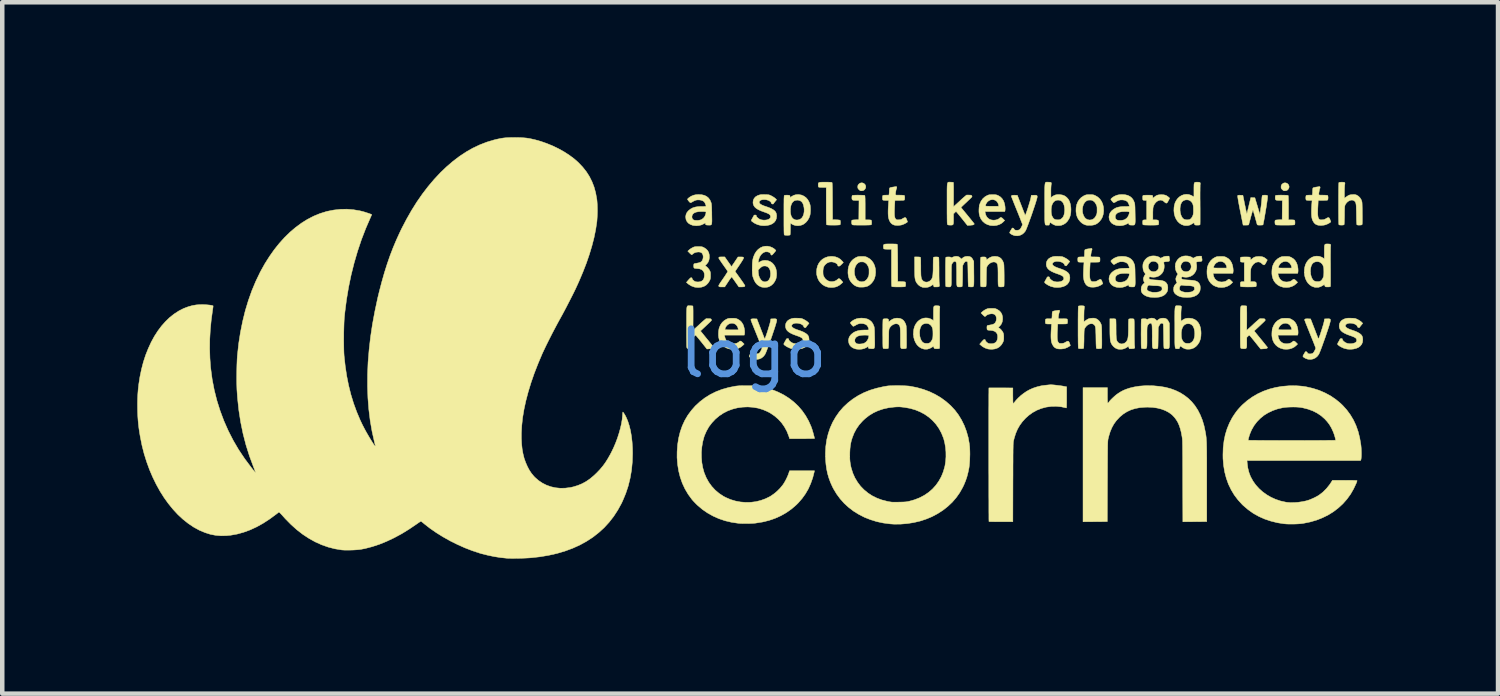
<source format=kicad_pcb>
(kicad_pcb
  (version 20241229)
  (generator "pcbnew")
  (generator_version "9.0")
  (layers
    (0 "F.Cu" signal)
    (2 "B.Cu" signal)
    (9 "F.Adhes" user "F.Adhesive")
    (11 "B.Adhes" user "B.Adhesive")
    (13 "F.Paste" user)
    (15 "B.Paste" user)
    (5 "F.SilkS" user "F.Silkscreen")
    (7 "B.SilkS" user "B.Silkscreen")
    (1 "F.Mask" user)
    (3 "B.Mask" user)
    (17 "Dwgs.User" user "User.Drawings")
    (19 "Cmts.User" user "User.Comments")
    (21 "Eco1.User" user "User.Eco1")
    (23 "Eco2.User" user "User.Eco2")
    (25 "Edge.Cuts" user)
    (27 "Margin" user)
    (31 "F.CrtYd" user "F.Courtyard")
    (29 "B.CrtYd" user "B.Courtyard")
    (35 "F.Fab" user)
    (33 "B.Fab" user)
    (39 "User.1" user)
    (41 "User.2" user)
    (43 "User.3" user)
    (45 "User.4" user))
  (footprint "logo"
    (layer "F.Cu")
    (at 13.686 4.8)
    (property "Reference" "logo" (at 0 0 0) (layer "Cmts.User") (effects (font (size 1 1) (thickness 0.15))))
    (attr through_hole)
    (fp_poly (pts (xy 2.425 -3.787) (xy 2.451 -3.778) (xy 2.473 -3.761) (xy 2.49 -3.739) (xy 2.498 -3.712) (xy 2.497 -3.684) (xy 2.485 -3.654) (xy 2.483 -3.652) (xy 2.462 -3.628) (xy 2.435 -3.615) (xy 2.404 -3.611) (xy 2.384 -3.612) (xy 2.369 -3.619) (xy 2.352 -3.633) (xy 2.347 -3.638) (xy 2.331 -3.655) (xy 2.323 -3.669) (xy 2.321 -3.687) (xy 2.32 -3.699) (xy 2.322 -3.723) (xy 2.328 -3.74) (xy 2.341 -3.757) (xy 2.343 -3.759) (xy 2.369 -3.78) (xy 2.397 -3.788) (xy 2.425 -3.787)) (stroke (width 0.01) (type solid)) (fill yes) (layer "F.SilkS"))
    (fp_poly (pts (xy 11.83 -3.787) (xy 11.856 -3.778) (xy 11.878 -3.761) (xy 11.894 -3.739) (xy 11.903 -3.712) (xy 11.902 -3.684) (xy 11.889 -3.654) (xy 11.888 -3.652) (xy 11.867 -3.628) (xy 11.84 -3.615) (xy 11.808 -3.611) (xy 11.789 -3.612) (xy 11.774 -3.619) (xy 11.757 -3.633) (xy 11.752 -3.638) (xy 11.736 -3.655) (xy 11.728 -3.669) (xy 11.725 -3.687) (xy 11.725 -3.699) (xy 11.727 -3.723) (xy 11.733 -3.74) (xy 11.746 -3.757) (xy 11.748 -3.759) (xy 11.774 -3.78) (xy 11.802 -3.788) (xy 11.83 -3.787)) (stroke (width 0.01) (type solid)) (fill yes) (layer "F.SilkS"))
    (fp_poly (pts (xy 1.654 -3.803) (xy 1.691 -3.802) (xy 1.718 -3.801) (xy 1.736 -3.799) (xy 1.746 -3.796) (xy 1.75 -3.794) (xy 1.751 -3.787) (xy 1.753 -3.769) (xy 1.754 -3.741) (xy 1.756 -3.702) (xy 1.757 -3.651) (xy 1.758 -3.587) (xy 1.758 -3.512) (xy 1.759 -3.423) (xy 1.759 -3.377) (xy 1.761 -2.969) (xy 1.839 -2.967) (xy 1.872 -2.966) (xy 1.899 -2.963) (xy 1.919 -2.96) (xy 1.927 -2.958) (xy 1.932 -2.947) (xy 1.935 -2.927) (xy 1.936 -2.903) (xy 1.934 -2.88) (xy 1.931 -2.863) (xy 1.928 -2.857) (xy 1.918 -2.854) (xy 1.897 -2.852) (xy 1.868 -2.85) (xy 1.832 -2.849) (xy 1.793 -2.848) (xy 1.753 -2.849) (xy 1.715 -2.849) (xy 1.68 -2.85) (xy 1.653 -2.852) (xy 1.635 -2.855) (xy 1.628 -2.857) (xy 1.627 -2.862) (xy 1.625 -2.875) (xy 1.624 -2.895) (xy 1.623 -2.924) (xy 1.622 -2.963) (xy 1.621 -3.011) (xy 1.621 -3.071) (xy 1.62 -3.142) (xy 1.62 -3.226) (xy 1.62 -3.276) (xy 1.62 -3.686) (xy 1.539 -3.686) (xy 1.497 -3.687) (xy 1.467 -3.69) (xy 1.452 -3.693) (xy 1.45 -3.695) (xy 1.445 -3.706) (xy 1.442 -3.725) (xy 1.442 -3.742) (xy 1.442 -3.761) (xy 1.444 -3.776) (xy 1.449 -3.787) (xy 1.459 -3.794) (xy 1.476 -3.799) (xy 1.5 -3.802) (xy 1.535 -3.803) (xy 1.581 -3.803) (xy 1.604 -3.803) (xy 1.654 -3.803)) (stroke (width 0.01) (type solid)) (fill yes) (layer "F.SilkS"))
    (fp_poly (pts (xy 3.102 -2.43) (xy 3.14 -2.429) (xy 3.167 -2.428) (xy 3.184 -2.426) (xy 3.195 -2.423) (xy 3.198 -2.421) (xy 3.2 -2.414) (xy 3.202 -2.396) (xy 3.203 -2.368) (xy 3.204 -2.329) (xy 3.205 -2.278) (xy 3.206 -2.214) (xy 3.207 -2.139) (xy 3.207 -2.05) (xy 3.208 -2.004) (xy 3.209 -1.596) (xy 3.288 -1.594) (xy 3.32 -1.593) (xy 3.348 -1.59) (xy 3.367 -1.587) (xy 3.375 -1.585) (xy 3.381 -1.574) (xy 3.384 -1.554) (xy 3.384 -1.53) (xy 3.383 -1.507) (xy 3.379 -1.49) (xy 3.376 -1.484) (xy 3.368 -1.481) (xy 3.35 -1.479) (xy 3.322 -1.477) (xy 3.281 -1.476) (xy 3.228 -1.476) (xy 3.226 -1.476) (xy 3.173 -1.476) (xy 3.132 -1.477) (xy 3.103 -1.479) (xy 3.085 -1.481) (xy 3.077 -1.484) (xy 3.077 -1.484) (xy 3.075 -1.489) (xy 3.073 -1.502) (xy 3.072 -1.522) (xy 3.071 -1.551) (xy 3.07 -1.59) (xy 3.07 -1.638) (xy 3.069 -1.698) (xy 3.069 -1.769) (xy 3.069 -1.853) (xy 3.069 -1.903) (xy 3.069 -2.313) (xy 2.988 -2.313) (xy 2.945 -2.314) (xy 2.916 -2.317) (xy 2.9 -2.32) (xy 2.898 -2.322) (xy 2.894 -2.333) (xy 2.891 -2.352) (xy 2.89 -2.369) (xy 2.89 -2.388) (xy 2.892 -2.403) (xy 2.897 -2.414) (xy 2.907 -2.421) (xy 2.924 -2.426) (xy 2.949 -2.429) (xy 2.983 -2.43) (xy 3.029 -2.43) (xy 3.053 -2.43) (xy 3.102 -2.43)) (stroke (width 0.01) (type solid)) (fill yes) (layer "F.SilkS"))
    (fp_poly (pts (xy 2.389 -3.514) (xy 2.428 -3.513) (xy 2.455 -3.512) (xy 2.471 -3.509) (xy 2.477 -3.507) (xy 2.479 -3.5) (xy 2.481 -3.487) (xy 2.482 -3.464) (xy 2.484 -3.432) (xy 2.484 -3.389) (xy 2.485 -3.334) (xy 2.485 -3.268) (xy 2.485 -3.232) (xy 2.485 -2.966) (xy 2.549 -2.966) (xy 2.584 -2.965) (xy 2.608 -2.962) (xy 2.621 -2.958) (xy 2.621 -2.957) (xy 2.625 -2.946) (xy 2.628 -2.926) (xy 2.629 -2.907) (xy 2.628 -2.883) (xy 2.625 -2.865) (xy 2.621 -2.857) (xy 2.614 -2.855) (xy 2.599 -2.853) (xy 2.574 -2.851) (xy 2.539 -2.85) (xy 2.493 -2.849) (xy 2.434 -2.849) (xy 2.409 -2.849) (xy 2.351 -2.849) (xy 2.304 -2.849) (xy 2.269 -2.85) (xy 2.242 -2.85) (xy 2.223 -2.852) (xy 2.211 -2.853) (xy 2.202 -2.856) (xy 2.197 -2.859) (xy 2.194 -2.861) (xy 2.188 -2.876) (xy 2.184 -2.898) (xy 2.183 -2.922) (xy 2.185 -2.943) (xy 2.191 -2.957) (xy 2.192 -2.958) (xy 2.202 -2.961) (xy 2.223 -2.964) (xy 2.251 -2.966) (xy 2.273 -2.967) (xy 2.344 -2.969) (xy 2.346 -3.184) (xy 2.348 -3.398) (xy 2.28 -3.398) (xy 2.243 -3.399) (xy 2.218 -3.402) (xy 2.202 -3.409) (xy 2.194 -3.422) (xy 2.19 -3.442) (xy 2.19 -3.461) (xy 2.191 -3.483) (xy 2.195 -3.501) (xy 2.198 -3.507) (xy 2.207 -3.51) (xy 2.225 -3.512) (xy 2.255 -3.514) (xy 2.296 -3.515) (xy 2.337 -3.515) (xy 2.389 -3.514)) (stroke (width 0.01) (type solid)) (fill yes) (layer "F.SilkS"))
    (fp_poly (pts (xy 11.794 -3.514) (xy 11.833 -3.513) (xy 11.86 -3.512) (xy 11.876 -3.509) (xy 11.882 -3.507) (xy 11.884 -3.5) (xy 11.886 -3.487) (xy 11.887 -3.464) (xy 11.888 -3.432) (xy 11.889 -3.389) (xy 11.89 -3.334) (xy 11.89 -3.268) (xy 11.89 -3.232) (xy 11.89 -2.966) (xy 11.954 -2.966) (xy 11.989 -2.965) (xy 12.013 -2.962) (xy 12.026 -2.958) (xy 12.026 -2.957) (xy 12.03 -2.946) (xy 12.033 -2.926) (xy 12.034 -2.907) (xy 12.033 -2.883) (xy 12.029 -2.865) (xy 12.026 -2.857) (xy 12.019 -2.855) (xy 12.004 -2.853) (xy 11.979 -2.851) (xy 11.944 -2.85) (xy 11.898 -2.849) (xy 11.839 -2.849) (xy 11.814 -2.849) (xy 11.756 -2.849) (xy 11.709 -2.849) (xy 11.674 -2.85) (xy 11.647 -2.85) (xy 11.628 -2.852) (xy 11.615 -2.853) (xy 11.607 -2.856) (xy 11.602 -2.859) (xy 11.599 -2.861) (xy 11.592 -2.876) (xy 11.589 -2.898) (xy 11.588 -2.922) (xy 11.59 -2.943) (xy 11.596 -2.957) (xy 11.597 -2.958) (xy 11.607 -2.961) (xy 11.628 -2.964) (xy 11.656 -2.966) (xy 11.678 -2.967) (xy 11.749 -2.969) (xy 11.751 -3.184) (xy 11.753 -3.398) (xy 11.685 -3.398) (xy 11.648 -3.399) (xy 11.623 -3.402) (xy 11.607 -3.409) (xy 11.599 -3.422) (xy 11.595 -3.442) (xy 11.595 -3.461) (xy 11.596 -3.483) (xy 11.6 -3.501) (xy 11.603 -3.507) (xy 11.611 -3.51) (xy 11.63 -3.512) (xy 11.66 -3.514) (xy 11.701 -3.515) (xy 11.742 -3.515) (xy 11.794 -3.514)) (stroke (width 0.01) (type solid)) (fill yes) (layer "F.SilkS"))
    (fp_poly (pts (xy 1.757 -2.154) (xy 1.824 -2.144) (xy 1.883 -2.122) (xy 1.935 -2.089) (xy 1.979 -2.044) (xy 1.98 -2.044) (xy 2 -2.018) (xy 1.96 -1.977) (xy 1.938 -1.956) (xy 1.923 -1.944) (xy 1.911 -1.938) (xy 1.899 -1.937) (xy 1.898 -1.937) (xy 1.883 -1.941) (xy 1.876 -1.952) (xy 1.875 -1.958) (xy 1.867 -1.977) (xy 1.847 -1.996) (xy 1.819 -2.012) (xy 1.786 -2.024) (xy 1.75 -2.031) (xy 1.731 -2.032) (xy 1.686 -2.027) (xy 1.646 -2.01) (xy 1.613 -1.986) (xy 1.585 -1.957) (xy 1.566 -1.925) (xy 1.554 -1.888) (xy 1.549 -1.842) (xy 1.548 -1.816) (xy 1.549 -1.782) (xy 1.55 -1.757) (xy 1.554 -1.738) (xy 1.561 -1.719) (xy 1.566 -1.709) (xy 1.593 -1.664) (xy 1.629 -1.63) (xy 1.667 -1.608) (xy 1.709 -1.595) (xy 1.755 -1.593) (xy 1.799 -1.601) (xy 1.84 -1.618) (xy 1.874 -1.644) (xy 1.877 -1.647) (xy 1.892 -1.659) (xy 1.907 -1.66) (xy 1.925 -1.651) (xy 1.947 -1.631) (xy 1.955 -1.621) (xy 1.99 -1.58) (xy 1.958 -1.55) (xy 1.909 -1.511) (xy 1.858 -1.484) (xy 1.823 -1.473) (xy 1.777 -1.465) (xy 1.726 -1.463) (xy 1.676 -1.467) (xy 1.649 -1.473) (xy 1.587 -1.496) (xy 1.533 -1.53) (xy 1.487 -1.574) (xy 1.45 -1.627) (xy 1.424 -1.686) (xy 1.408 -1.752) (xy 1.405 -1.809) (xy 1.411 -1.879) (xy 1.428 -1.944) (xy 1.456 -2.002) (xy 1.493 -2.052) (xy 1.539 -2.093) (xy 1.593 -2.124) (xy 1.653 -2.145) (xy 1.718 -2.154) (xy 1.757 -2.154)) (stroke (width 0.01) (type solid)) (fill yes) (layer "F.SilkS"))
    (fp_poly (pts (xy -0.435 -0.779) (xy -0.409 -0.778) (xy -0.39 -0.776) (xy -0.374 -0.771) (xy -0.357 -0.764) (xy -0.342 -0.757) (xy -0.296 -0.728) (xy -0.259 -0.691) (xy -0.229 -0.643) (xy -0.226 -0.636) (xy -0.212 -0.598) (xy -0.201 -0.555) (xy -0.194 -0.51) (xy -0.192 -0.467) (xy -0.194 -0.431) (xy -0.197 -0.42) (xy -0.201 -0.405) (xy -0.64 -0.405) (xy -0.636 -0.376) (xy -0.621 -0.324) (xy -0.597 -0.281) (xy -0.563 -0.248) (xy -0.532 -0.229) (xy -0.493 -0.217) (xy -0.451 -0.212) (xy -0.407 -0.216) (xy -0.366 -0.226) (xy -0.332 -0.244) (xy -0.313 -0.26) (xy -0.298 -0.272) (xy -0.282 -0.273) (xy -0.262 -0.263) (xy -0.238 -0.242) (xy -0.237 -0.24) (xy -0.203 -0.206) (xy -0.234 -0.175) (xy -0.277 -0.14) (xy -0.329 -0.113) (xy -0.387 -0.096) (xy -0.449 -0.09) (xy -0.511 -0.094) (xy -0.525 -0.096) (xy -0.589 -0.116) (xy -0.644 -0.146) (xy -0.691 -0.187) (xy -0.728 -0.236) (xy -0.755 -0.295) (xy -0.769 -0.352) (xy -0.774 -0.396) (xy -0.774 -0.445) (xy -0.771 -0.495) (xy -0.766 -0.527) (xy -0.632 -0.527) (xy -0.625 -0.526) (xy -0.607 -0.524) (xy -0.579 -0.523) (xy -0.543 -0.522) (xy -0.501 -0.522) (xy -0.484 -0.522) (xy -0.336 -0.522) (xy -0.336 -0.541) (xy -0.342 -0.569) (xy -0.356 -0.599) (xy -0.376 -0.627) (xy -0.398 -0.647) (xy -0.401 -0.648) (xy -0.438 -0.665) (xy -0.474 -0.67) (xy -0.513 -0.664) (xy -0.517 -0.663) (xy -0.556 -0.645) (xy -0.589 -0.617) (xy -0.614 -0.582) (xy -0.621 -0.565) (xy -0.627 -0.545) (xy -0.631 -0.531) (xy -0.632 -0.527) (xy -0.766 -0.527) (xy -0.764 -0.54) (xy -0.756 -0.571) (xy -0.728 -0.634) (xy -0.691 -0.687) (xy -0.645 -0.729) (xy -0.597 -0.758) (xy -0.577 -0.767) (xy -0.56 -0.773) (xy -0.543 -0.777) (xy -0.521 -0.778) (xy -0.492 -0.779) (xy -0.47 -0.779) (xy -0.435 -0.779)) (stroke (width 0.01) (type solid)) (fill yes) (layer "F.SilkS"))
    (fp_poly (pts (xy 5.352 -3.525) (xy 5.378 -3.524) (xy 5.397 -3.521) (xy 5.413 -3.517) (xy 5.43 -3.51) (xy 5.445 -3.503) (xy 5.491 -3.474) (xy 5.528 -3.436) (xy 5.558 -3.389) (xy 5.561 -3.382) (xy 5.575 -3.344) (xy 5.586 -3.301) (xy 5.593 -3.255) (xy 5.595 -3.213) (xy 5.593 -3.177) (xy 5.591 -3.166) (xy 5.586 -3.151) (xy 5.147 -3.151) (xy 5.152 -3.122) (xy 5.166 -3.07) (xy 5.19 -3.027) (xy 5.224 -2.994) (xy 5.255 -2.975) (xy 5.294 -2.963) (xy 5.336 -2.958) (xy 5.38 -2.962) (xy 5.421 -2.972) (xy 5.455 -2.989) (xy 5.474 -3.006) (xy 5.489 -3.018) (xy 5.505 -3.019) (xy 5.525 -3.009) (xy 5.549 -2.988) (xy 5.55 -2.986) (xy 5.584 -2.952) (xy 5.553 -2.921) (xy 5.51 -2.885) (xy 5.458 -2.859) (xy 5.4 -2.842) (xy 5.338 -2.836) (xy 5.276 -2.84) (xy 5.262 -2.842) (xy 5.198 -2.862) (xy 5.143 -2.892) (xy 5.096 -2.933) (xy 5.059 -2.982) (xy 5.032 -3.041) (xy 5.018 -3.098) (xy 5.013 -3.142) (xy 5.013 -3.191) (xy 5.016 -3.241) (xy 5.021 -3.273) (xy 5.156 -3.273) (xy 5.162 -3.272) (xy 5.18 -3.27) (xy 5.208 -3.269) (xy 5.244 -3.268) (xy 5.286 -3.268) (xy 5.303 -3.268) (xy 5.451 -3.268) (xy 5.451 -3.287) (xy 5.445 -3.315) (xy 5.431 -3.345) (xy 5.412 -3.373) (xy 5.389 -3.393) (xy 5.387 -3.394) (xy 5.349 -3.411) (xy 5.313 -3.416) (xy 5.274 -3.41) (xy 5.27 -3.409) (xy 5.231 -3.391) (xy 5.198 -3.363) (xy 5.174 -3.328) (xy 5.166 -3.311) (xy 5.16 -3.291) (xy 5.156 -3.277) (xy 5.156 -3.273) (xy 5.021 -3.273) (xy 5.023 -3.285) (xy 5.031 -3.317) (xy 5.059 -3.38) (xy 5.096 -3.433) (xy 5.142 -3.475) (xy 5.19 -3.504) (xy 5.21 -3.513) (xy 5.227 -3.519) (xy 5.244 -3.523) (xy 5.266 -3.524) (xy 5.295 -3.525) (xy 5.317 -3.525) (xy 5.352 -3.525)) (stroke (width 0.01) (type solid)) (fill yes) (layer "F.SilkS"))
    (fp_poly (pts (xy 9.11 -3.523) (xy 9.147 -3.516) (xy 9.178 -3.504) (xy 9.209 -3.483) (xy 9.224 -3.471) (xy 9.25 -3.448) (xy 9.223 -3.394) (xy 9.206 -3.363) (xy 9.192 -3.344) (xy 9.178 -3.337) (xy 9.162 -3.341) (xy 9.143 -3.355) (xy 9.133 -3.363) (xy 9.114 -3.38) (xy 9.095 -3.393) (xy 9.085 -3.398) (xy 9.05 -3.405) (xy 9.014 -3.399) (xy 8.979 -3.383) (xy 8.946 -3.357) (xy 8.917 -3.323) (xy 8.895 -3.283) (xy 8.887 -3.259) (xy 8.882 -3.24) (xy 8.879 -3.215) (xy 8.878 -3.181) (xy 8.876 -3.137) (xy 8.876 -3.095) (xy 8.876 -2.966) (xy 8.93 -2.966) (xy 8.964 -2.964) (xy 8.986 -2.959) (xy 8.999 -2.949) (xy 9.005 -2.931) (xy 9.007 -2.904) (xy 9.007 -2.903) (xy 9.005 -2.88) (xy 9.002 -2.863) (xy 8.998 -2.857) (xy 8.989 -2.854) (xy 8.968 -2.852) (xy 8.938 -2.85) (xy 8.902 -2.849) (xy 8.861 -2.849) (xy 8.819 -2.848) (xy 8.777 -2.849) (xy 8.738 -2.85) (xy 8.704 -2.851) (xy 8.678 -2.853) (xy 8.662 -2.856) (xy 8.658 -2.857) (xy 8.653 -2.868) (xy 8.651 -2.888) (xy 8.65 -2.907) (xy 8.651 -2.931) (xy 8.654 -2.95) (xy 8.658 -2.957) (xy 8.669 -2.962) (xy 8.689 -2.965) (xy 8.703 -2.966) (xy 8.739 -2.966) (xy 8.739 -3.398) (xy 8.703 -3.398) (xy 8.68 -3.4) (xy 8.663 -3.403) (xy 8.658 -3.406) (xy 8.653 -3.417) (xy 8.651 -3.438) (xy 8.65 -3.456) (xy 8.651 -3.481) (xy 8.654 -3.499) (xy 8.658 -3.507) (xy 8.668 -3.51) (xy 8.691 -3.513) (xy 8.726 -3.514) (xy 8.763 -3.515) (xy 8.809 -3.514) (xy 8.841 -3.513) (xy 8.861 -3.51) (xy 8.868 -3.507) (xy 8.873 -3.495) (xy 8.876 -3.476) (xy 8.876 -3.472) (xy 8.876 -3.445) (xy 8.905 -3.469) (xy 8.937 -3.494) (xy 8.967 -3.511) (xy 9 -3.52) (xy 9.039 -3.524) (xy 9.065 -3.525) (xy 9.11 -3.523)) (stroke (width 0.01) (type solid)) (fill yes) (layer "F.SilkS"))
    (fp_poly (pts (xy 10.419 -2.152) (xy 10.444 -2.151) (xy 10.463 -2.149) (xy 10.479 -2.144) (xy 10.497 -2.137) (xy 10.511 -2.13) (xy 10.558 -2.101) (xy 10.594 -2.064) (xy 10.624 -2.016) (xy 10.627 -2.009) (xy 10.641 -1.971) (xy 10.652 -1.928) (xy 10.659 -1.882) (xy 10.662 -1.84) (xy 10.659 -1.804) (xy 10.657 -1.793) (xy 10.653 -1.778) (xy 10.213 -1.778) (xy 10.218 -1.749) (xy 10.232 -1.697) (xy 10.256 -1.654) (xy 10.291 -1.621) (xy 10.321 -1.602) (xy 10.36 -1.59) (xy 10.403 -1.585) (xy 10.446 -1.589) (xy 10.487 -1.599) (xy 10.521 -1.617) (xy 10.54 -1.633) (xy 10.555 -1.645) (xy 10.572 -1.646) (xy 10.591 -1.636) (xy 10.615 -1.615) (xy 10.616 -1.613) (xy 10.65 -1.579) (xy 10.62 -1.548) (xy 10.576 -1.513) (xy 10.524 -1.486) (xy 10.466 -1.469) (xy 10.405 -1.463) (xy 10.342 -1.467) (xy 10.328 -1.469) (xy 10.265 -1.489) (xy 10.209 -1.519) (xy 10.163 -1.56) (xy 10.126 -1.609) (xy 10.099 -1.668) (xy 10.084 -1.725) (xy 10.08 -1.769) (xy 10.079 -1.818) (xy 10.082 -1.868) (xy 10.087 -1.9) (xy 10.222 -1.9) (xy 10.228 -1.899) (xy 10.247 -1.897) (xy 10.275 -1.896) (xy 10.31 -1.895) (xy 10.352 -1.895) (xy 10.369 -1.895) (xy 10.517 -1.895) (xy 10.517 -1.914) (xy 10.512 -1.942) (xy 10.498 -1.972) (xy 10.478 -2) (xy 10.455 -2.02) (xy 10.453 -2.021) (xy 10.415 -2.038) (xy 10.379 -2.043) (xy 10.34 -2.037) (xy 10.337 -2.036) (xy 10.298 -2.018) (xy 10.264 -1.99) (xy 10.24 -1.955) (xy 10.233 -1.938) (xy 10.226 -1.918) (xy 10.222 -1.904) (xy 10.222 -1.9) (xy 10.087 -1.9) (xy 10.089 -1.912) (xy 10.097 -1.944) (xy 10.125 -2.007) (xy 10.163 -2.06) (xy 10.208 -2.102) (xy 10.256 -2.131) (xy 10.276 -2.14) (xy 10.293 -2.146) (xy 10.31 -2.15) (xy 10.332 -2.151) (xy 10.362 -2.152) (xy 10.383 -2.152) (xy 10.419 -2.152)) (stroke (width 0.01) (type solid)) (fill yes) (layer "F.SilkS"))
    (fp_poly (pts (xy 11.28 -2.15) (xy 11.316 -2.143) (xy 11.347 -2.131) (xy 11.378 -2.11) (xy 11.393 -2.098) (xy 11.419 -2.075) (xy 11.392 -2.021) (xy 11.375 -1.99) (xy 11.361 -1.971) (xy 11.347 -1.964) (xy 11.331 -1.968) (xy 11.312 -1.982) (xy 11.303 -1.99) (xy 11.283 -2.007) (xy 11.264 -2.02) (xy 11.254 -2.025) (xy 11.22 -2.032) (xy 11.183 -2.026) (xy 11.148 -2.01) (xy 11.115 -1.984) (xy 11.087 -1.95) (xy 11.064 -1.91) (xy 11.056 -1.886) (xy 11.052 -1.867) (xy 11.049 -1.842) (xy 11.047 -1.808) (xy 11.046 -1.764) (xy 11.046 -1.722) (xy 11.046 -1.593) (xy 11.099 -1.593) (xy 11.133 -1.591) (xy 11.155 -1.586) (xy 11.168 -1.576) (xy 11.174 -1.558) (xy 11.176 -1.531) (xy 11.176 -1.53) (xy 11.175 -1.507) (xy 11.171 -1.49) (xy 11.168 -1.484) (xy 11.158 -1.481) (xy 11.137 -1.479) (xy 11.108 -1.477) (xy 11.071 -1.476) (xy 11.031 -1.476) (xy 10.988 -1.475) (xy 10.946 -1.476) (xy 10.907 -1.477) (xy 10.873 -1.478) (xy 10.847 -1.48) (xy 10.831 -1.483) (xy 10.827 -1.484) (xy 10.823 -1.495) (xy 10.82 -1.515) (xy 10.819 -1.534) (xy 10.82 -1.558) (xy 10.824 -1.577) (xy 10.827 -1.584) (xy 10.838 -1.589) (xy 10.858 -1.592) (xy 10.872 -1.593) (xy 10.908 -1.593) (xy 10.908 -2.025) (xy 10.872 -2.025) (xy 10.85 -2.027) (xy 10.833 -2.03) (xy 10.827 -2.033) (xy 10.823 -2.044) (xy 10.82 -2.065) (xy 10.819 -2.083) (xy 10.82 -2.108) (xy 10.824 -2.126) (xy 10.827 -2.134) (xy 10.838 -2.137) (xy 10.86 -2.14) (xy 10.895 -2.141) (xy 10.932 -2.142) (xy 10.978 -2.141) (xy 11.01 -2.14) (xy 11.03 -2.137) (xy 11.037 -2.134) (xy 11.043 -2.122) (xy 11.045 -2.103) (xy 11.046 -2.099) (xy 11.046 -2.072) (xy 11.074 -2.096) (xy 11.106 -2.121) (xy 11.136 -2.138) (xy 11.169 -2.147) (xy 11.208 -2.151) (xy 11.234 -2.152) (xy 11.28 -2.15)) (stroke (width 0.01) (type solid)) (fill yes) (layer "F.SilkS"))
    (fp_poly (pts (xy 11.86 -2.152) (xy 11.886 -2.151) (xy 11.905 -2.149) (xy 11.921 -2.144) (xy 11.938 -2.137) (xy 11.953 -2.13) (xy 11.999 -2.101) (xy 12.036 -2.064) (xy 12.066 -2.016) (xy 12.069 -2.009) (xy 12.083 -1.971) (xy 12.094 -1.928) (xy 12.101 -1.882) (xy 12.103 -1.84) (xy 12.101 -1.804) (xy 12.098 -1.793) (xy 12.094 -1.778) (xy 11.655 -1.778) (xy 11.659 -1.749) (xy 11.674 -1.697) (xy 11.698 -1.654) (xy 11.732 -1.621) (xy 11.763 -1.602) (xy 11.801 -1.59) (xy 11.844 -1.585) (xy 11.888 -1.589) (xy 11.929 -1.599) (xy 11.963 -1.617) (xy 11.982 -1.633) (xy 11.997 -1.645) (xy 12.013 -1.646) (xy 12.033 -1.636) (xy 12.057 -1.615) (xy 12.058 -1.613) (xy 12.092 -1.579) (xy 12.061 -1.548) (xy 12.018 -1.513) (xy 11.966 -1.486) (xy 11.908 -1.469) (xy 11.846 -1.463) (xy 11.784 -1.467) (xy 11.77 -1.469) (xy 11.706 -1.489) (xy 11.651 -1.519) (xy 11.604 -1.56) (xy 11.567 -1.609) (xy 11.54 -1.668) (xy 11.526 -1.725) (xy 11.521 -1.769) (xy 11.521 -1.818) (xy 11.524 -1.868) (xy 11.529 -1.9) (xy 11.663 -1.9) (xy 11.67 -1.899) (xy 11.688 -1.897) (xy 11.716 -1.896) (xy 11.752 -1.895) (xy 11.794 -1.895) (xy 11.811 -1.895) (xy 11.959 -1.895) (xy 11.959 -1.914) (xy 11.953 -1.942) (xy 11.939 -1.972) (xy 11.919 -2) (xy 11.897 -2.02) (xy 11.894 -2.021) (xy 11.857 -2.038) (xy 11.821 -2.043) (xy 11.782 -2.037) (xy 11.778 -2.036) (xy 11.739 -2.018) (xy 11.706 -1.99) (xy 11.681 -1.955) (xy 11.674 -1.938) (xy 11.668 -1.918) (xy 11.664 -1.904) (xy 11.663 -1.9) (xy 11.529 -1.9) (xy 11.53 -1.912) (xy 11.539 -1.944) (xy 11.567 -2.007) (xy 11.604 -2.06) (xy 11.65 -2.102) (xy 11.698 -2.131) (xy 11.718 -2.14) (xy 11.734 -2.146) (xy 11.752 -2.15) (xy 11.774 -2.151) (xy 11.803 -2.152) (xy 11.825 -2.152) (xy 11.86 -2.152)) (stroke (width 0.01) (type solid)) (fill yes) (layer "F.SilkS"))
    (fp_poly (pts (xy 11.86 -0.779) (xy 11.886 -0.778) (xy 11.905 -0.776) (xy 11.921 -0.771) (xy 11.938 -0.764) (xy 11.953 -0.757) (xy 11.999 -0.728) (xy 12.036 -0.691) (xy 12.066 -0.643) (xy 12.069 -0.636) (xy 12.083 -0.598) (xy 12.094 -0.555) (xy 12.101 -0.51) (xy 12.103 -0.467) (xy 12.101 -0.431) (xy 12.098 -0.42) (xy 12.094 -0.405) (xy 11.655 -0.405) (xy 11.659 -0.376) (xy 11.674 -0.324) (xy 11.698 -0.281) (xy 11.732 -0.248) (xy 11.763 -0.229) (xy 11.801 -0.217) (xy 11.844 -0.212) (xy 11.888 -0.216) (xy 11.929 -0.226) (xy 11.963 -0.244) (xy 11.982 -0.26) (xy 11.997 -0.272) (xy 12.013 -0.273) (xy 12.033 -0.263) (xy 12.057 -0.242) (xy 12.058 -0.24) (xy 12.092 -0.206) (xy 12.061 -0.175) (xy 12.018 -0.14) (xy 11.966 -0.113) (xy 11.908 -0.096) (xy 11.846 -0.09) (xy 11.784 -0.094) (xy 11.77 -0.096) (xy 11.706 -0.116) (xy 11.651 -0.146) (xy 11.604 -0.187) (xy 11.567 -0.236) (xy 11.54 -0.295) (xy 11.526 -0.352) (xy 11.521 -0.396) (xy 11.521 -0.445) (xy 11.524 -0.495) (xy 11.529 -0.527) (xy 11.663 -0.527) (xy 11.67 -0.526) (xy 11.688 -0.524) (xy 11.716 -0.523) (xy 11.752 -0.522) (xy 11.794 -0.522) (xy 11.811 -0.522) (xy 11.959 -0.522) (xy 11.959 -0.541) (xy 11.953 -0.569) (xy 11.939 -0.599) (xy 11.919 -0.627) (xy 11.897 -0.647) (xy 11.894 -0.648) (xy 11.857 -0.665) (xy 11.821 -0.67) (xy 11.782 -0.664) (xy 11.778 -0.663) (xy 11.739 -0.645) (xy 11.706 -0.617) (xy 11.681 -0.582) (xy 11.674 -0.565) (xy 11.668 -0.545) (xy 11.664 -0.531) (xy 11.663 -0.527) (xy 11.529 -0.527) (xy 11.53 -0.54) (xy 11.539 -0.571) (xy 11.567 -0.634) (xy 11.604 -0.687) (xy 11.65 -0.729) (xy 11.698 -0.758) (xy 11.718 -0.767) (xy 11.734 -0.773) (xy 11.752 -0.777) (xy 11.774 -0.778) (xy 11.803 -0.779) (xy 11.825 -0.779) (xy 11.86 -0.779)) (stroke (width 0.01) (type solid)) (fill yes) (layer "F.SilkS"))
    (fp_poly (pts (xy 2.444 -2.152) (xy 2.47 -2.151) (xy 2.489 -2.148) (xy 2.506 -2.143) (xy 2.525 -2.135) (xy 2.535 -2.13) (xy 2.59 -2.097) (xy 2.635 -2.054) (xy 2.671 -2.002) (xy 2.697 -1.943) (xy 2.713 -1.876) (xy 2.717 -1.804) (xy 2.716 -1.788) (xy 2.708 -1.72) (xy 2.692 -1.661) (xy 2.666 -1.61) (xy 2.63 -1.563) (xy 2.612 -1.545) (xy 2.577 -1.515) (xy 2.542 -1.494) (xy 2.503 -1.481) (xy 2.458 -1.473) (xy 2.42 -1.471) (xy 2.383 -1.471) (xy 2.355 -1.472) (xy 2.334 -1.475) (xy 2.314 -1.48) (xy 2.308 -1.482) (xy 2.269 -1.499) (xy 2.237 -1.519) (xy 2.206 -1.546) (xy 2.196 -1.556) (xy 2.159 -1.601) (xy 2.132 -1.648) (xy 2.115 -1.701) (xy 2.105 -1.762) (xy 2.103 -1.788) (xy 2.103 -1.794) (xy 2.245 -1.794) (xy 2.252 -1.743) (xy 2.268 -1.694) (xy 2.281 -1.668) (xy 2.296 -1.646) (xy 2.311 -1.627) (xy 2.321 -1.619) (xy 2.36 -1.597) (xy 2.403 -1.589) (xy 2.446 -1.594) (xy 2.478 -1.606) (xy 2.507 -1.627) (xy 2.533 -1.659) (xy 2.555 -1.699) (xy 2.562 -1.717) (xy 2.567 -1.734) (xy 2.569 -1.755) (xy 2.571 -1.784) (xy 2.571 -1.813) (xy 2.571 -1.848) (xy 2.57 -1.872) (xy 2.567 -1.891) (xy 2.562 -1.907) (xy 2.554 -1.925) (xy 2.547 -1.94) (xy 2.53 -1.97) (xy 2.513 -1.991) (xy 2.491 -2.008) (xy 2.489 -2.01) (xy 2.469 -2.022) (xy 2.451 -2.029) (xy 2.43 -2.032) (xy 2.41 -2.032) (xy 2.382 -2.031) (xy 2.363 -2.028) (xy 2.345 -2.019) (xy 2.33 -2.01) (xy 2.298 -1.981) (xy 2.273 -1.942) (xy 2.256 -1.896) (xy 2.246 -1.846) (xy 2.245 -1.794) (xy 2.103 -1.794) (xy 2.105 -1.861) (xy 2.118 -1.929) (xy 2.141 -1.99) (xy 2.175 -2.044) (xy 2.219 -2.089) (xy 2.272 -2.124) (xy 2.284 -2.13) (xy 2.305 -2.14) (xy 2.323 -2.146) (xy 2.341 -2.15) (xy 2.363 -2.152) (xy 2.393 -2.152) (xy 2.41 -2.152) (xy 2.444 -2.152)) (stroke (width 0.01) (type solid)) (fill yes) (layer "F.SilkS"))
    (fp_poly (pts (xy 7.511 -3.525) (xy 7.536 -3.524) (xy 7.555 -3.521) (xy 7.572 -3.516) (xy 7.591 -3.508) (xy 7.601 -3.503) (xy 7.656 -3.47) (xy 7.701 -3.427) (xy 7.737 -3.375) (xy 7.763 -3.316) (xy 7.779 -3.249) (xy 7.783 -3.177) (xy 7.783 -3.161) (xy 7.775 -3.093) (xy 7.758 -3.034) (xy 7.732 -2.983) (xy 7.696 -2.936) (xy 7.678 -2.918) (xy 7.643 -2.888) (xy 7.608 -2.867) (xy 7.57 -2.854) (xy 7.524 -2.846) (xy 7.486 -2.844) (xy 7.449 -2.844) (xy 7.422 -2.845) (xy 7.4 -2.848) (xy 7.38 -2.853) (xy 7.374 -2.855) (xy 7.335 -2.872) (xy 7.303 -2.892) (xy 7.272 -2.919) (xy 7.262 -2.929) (xy 7.225 -2.974) (xy 7.199 -3.021) (xy 7.181 -3.074) (xy 7.171 -3.135) (xy 7.169 -3.161) (xy 7.169 -3.167) (xy 7.311 -3.167) (xy 7.318 -3.115) (xy 7.334 -3.067) (xy 7.347 -3.041) (xy 7.362 -3.019) (xy 7.378 -3) (xy 7.387 -2.992) (xy 7.427 -2.97) (xy 7.469 -2.962) (xy 7.513 -2.967) (xy 7.544 -2.979) (xy 7.574 -3) (xy 7.6 -3.032) (xy 7.621 -3.072) (xy 7.628 -3.09) (xy 7.633 -3.107) (xy 7.636 -3.128) (xy 7.637 -3.157) (xy 7.637 -3.186) (xy 7.637 -3.221) (xy 7.636 -3.245) (xy 7.633 -3.264) (xy 7.629 -3.28) (xy 7.621 -3.298) (xy 7.613 -3.313) (xy 7.596 -3.343) (xy 7.579 -3.364) (xy 7.558 -3.381) (xy 7.556 -3.383) (xy 7.535 -3.395) (xy 7.518 -3.402) (xy 7.497 -3.405) (xy 7.476 -3.405) (xy 7.449 -3.404) (xy 7.429 -3.4) (xy 7.411 -3.392) (xy 7.396 -3.383) (xy 7.364 -3.354) (xy 7.339 -3.315) (xy 7.322 -3.269) (xy 7.313 -3.219) (xy 7.311 -3.167) (xy 7.169 -3.167) (xy 7.171 -3.234) (xy 7.184 -3.302) (xy 7.208 -3.363) (xy 7.242 -3.417) (xy 7.285 -3.462) (xy 7.338 -3.497) (xy 7.35 -3.503) (xy 7.372 -3.513) (xy 7.389 -3.519) (xy 7.407 -3.523) (xy 7.429 -3.525) (xy 7.459 -3.525) (xy 7.476 -3.525) (xy 7.511 -3.525)) (stroke (width 0.01) (type solid)) (fill yes) (layer "F.SilkS"))
    (fp_poly (pts (xy 8.016 -0.768) (xy 8.039 -0.765) (xy 8.051 -0.761) (xy 8.051 -0.761) (xy 8.054 -0.754) (xy 8.056 -0.739) (xy 8.057 -0.714) (xy 8.058 -0.678) (xy 8.059 -0.632) (xy 8.059 -0.573) (xy 8.059 -0.552) (xy 8.06 -0.484) (xy 8.06 -0.429) (xy 8.062 -0.385) (xy 8.064 -0.349) (xy 8.067 -0.321) (xy 8.071 -0.299) (xy 8.077 -0.282) (xy 8.084 -0.267) (xy 8.089 -0.259) (xy 8.115 -0.232) (xy 8.147 -0.215) (xy 8.182 -0.209) (xy 8.219 -0.214) (xy 8.253 -0.229) (xy 8.28 -0.252) (xy 8.294 -0.268) (xy 8.305 -0.287) (xy 8.314 -0.309) (xy 8.321 -0.335) (xy 8.326 -0.368) (xy 8.33 -0.408) (xy 8.332 -0.458) (xy 8.334 -0.518) (xy 8.334 -0.591) (xy 8.334 -0.591) (xy 8.334 -0.648) (xy 8.335 -0.692) (xy 8.336 -0.724) (xy 8.338 -0.746) (xy 8.341 -0.758) (xy 8.342 -0.761) (xy 8.354 -0.765) (xy 8.374 -0.768) (xy 8.399 -0.769) (xy 8.424 -0.768) (xy 8.445 -0.765) (xy 8.456 -0.761) (xy 8.458 -0.755) (xy 8.46 -0.741) (xy 8.462 -0.718) (xy 8.463 -0.686) (xy 8.464 -0.644) (xy 8.464 -0.59) (xy 8.464 -0.524) (xy 8.464 -0.477) (xy 8.465 -0.415) (xy 8.465 -0.356) (xy 8.466 -0.302) (xy 8.467 -0.255) (xy 8.468 -0.215) (xy 8.469 -0.186) (xy 8.471 -0.168) (xy 8.471 -0.165) (xy 8.475 -0.138) (xy 8.473 -0.12) (xy 8.462 -0.11) (xy 8.442 -0.104) (xy 8.411 -0.103) (xy 8.407 -0.103) (xy 8.353 -0.103) (xy 8.333 -0.156) (xy 8.298 -0.133) (xy 8.272 -0.118) (xy 8.243 -0.105) (xy 8.229 -0.1) (xy 8.199 -0.093) (xy 8.164 -0.09) (xy 8.129 -0.091) (xy 8.1 -0.094) (xy 8.094 -0.096) (xy 8.045 -0.117) (xy 8.003 -0.15) (xy 7.968 -0.192) (xy 7.956 -0.213) (xy 7.947 -0.232) (xy 7.94 -0.252) (xy 7.934 -0.275) (xy 7.93 -0.302) (xy 7.927 -0.335) (xy 7.925 -0.375) (xy 7.923 -0.424) (xy 7.922 -0.484) (xy 7.922 -0.551) (xy 7.922 -0.769) (xy 7.982 -0.769) (xy 8.016 -0.768)) (stroke (width 0.01) (type solid)) (fill yes) (layer "F.SilkS"))
    (fp_poly (pts (xy -0.56 -2.035) (xy -0.537 -2.002) (xy -0.516 -1.973) (xy -0.5 -1.95) (xy -0.489 -1.935) (xy -0.484 -1.929) (xy -0.484 -1.929) (xy -0.48 -1.934) (xy -0.469 -1.949) (xy -0.454 -1.972) (xy -0.434 -2.001) (xy -0.411 -2.035) (xy -0.411 -2.035) (xy -0.34 -2.141) (xy -0.28 -2.142) (xy -0.255 -2.141) (xy -0.236 -2.14) (xy -0.223 -2.136) (xy -0.216 -2.129) (xy -0.216 -2.117) (xy -0.223 -2.099) (xy -0.237 -2.074) (xy -0.258 -2.04) (xy -0.286 -1.997) (xy -0.308 -1.964) (xy -0.405 -1.82) (xy -0.295 -1.667) (xy -0.266 -1.626) (xy -0.24 -1.589) (xy -0.218 -1.557) (xy -0.201 -1.53) (xy -0.19 -1.512) (xy -0.185 -1.503) (xy -0.185 -1.503) (xy -0.188 -1.491) (xy -0.198 -1.483) (xy -0.216 -1.478) (xy -0.245 -1.476) (xy -0.261 -1.476) (xy -0.321 -1.476) (xy -0.398 -1.586) (xy -0.422 -1.62) (xy -0.443 -1.65) (xy -0.461 -1.674) (xy -0.474 -1.691) (xy -0.48 -1.699) (xy -0.48 -1.699) (xy -0.485 -1.694) (xy -0.497 -1.68) (xy -0.513 -1.658) (xy -0.534 -1.629) (xy -0.556 -1.595) (xy -0.56 -1.589) (xy -0.635 -1.476) (xy -0.697 -1.476) (xy -0.727 -1.476) (xy -0.746 -1.477) (xy -0.757 -1.48) (xy -0.763 -1.485) (xy -0.767 -1.492) (xy -0.769 -1.498) (xy -0.768 -1.505) (xy -0.765 -1.515) (xy -0.757 -1.529) (xy -0.745 -1.549) (xy -0.728 -1.576) (xy -0.704 -1.61) (xy -0.673 -1.655) (xy -0.669 -1.661) (xy -0.64 -1.703) (xy -0.615 -1.741) (xy -0.595 -1.773) (xy -0.579 -1.798) (xy -0.57 -1.815) (xy -0.568 -1.822) (xy -0.573 -1.829) (xy -0.585 -1.847) (xy -0.602 -1.872) (xy -0.624 -1.903) (xy -0.649 -1.938) (xy -0.659 -1.953) (xy -0.692 -1.999) (xy -0.717 -2.036) (xy -0.736 -2.064) (xy -0.75 -2.084) (xy -0.759 -2.099) (xy -0.765 -2.109) (xy -0.767 -2.116) (xy -0.767 -2.121) (xy -0.766 -2.126) (xy -0.766 -2.128) (xy -0.762 -2.134) (xy -0.756 -2.139) (xy -0.743 -2.141) (xy -0.722 -2.142) (xy -0.698 -2.142) (xy -0.635 -2.142) (xy -0.56 -2.035)) (stroke (width 0.01) (type solid)) (fill yes) (layer "F.SilkS"))
    (fp_poly (pts (xy 3.677 -2.141) (xy 3.701 -2.138) (xy 3.713 -2.134) (xy 3.713 -2.134) (xy 3.715 -2.127) (xy 3.717 -2.111) (xy 3.719 -2.087) (xy 3.72 -2.051) (xy 3.72 -2.005) (xy 3.721 -1.945) (xy 3.721 -1.925) (xy 3.721 -1.857) (xy 3.722 -1.802) (xy 3.723 -1.758) (xy 3.725 -1.722) (xy 3.729 -1.694) (xy 3.733 -1.672) (xy 3.739 -1.655) (xy 3.746 -1.64) (xy 3.751 -1.632) (xy 3.776 -1.605) (xy 3.808 -1.588) (xy 3.844 -1.582) (xy 3.88 -1.587) (xy 3.915 -1.602) (xy 3.941 -1.625) (xy 3.955 -1.641) (xy 3.967 -1.66) (xy 3.976 -1.682) (xy 3.983 -1.708) (xy 3.988 -1.741) (xy 3.991 -1.781) (xy 3.994 -1.831) (xy 3.995 -1.891) (xy 3.995 -1.964) (xy 3.995 -1.964) (xy 3.996 -2.021) (xy 3.996 -2.065) (xy 3.998 -2.097) (xy 4 -2.119) (xy 4.002 -2.131) (xy 4.004 -2.134) (xy 4.015 -2.138) (xy 4.036 -2.141) (xy 4.061 -2.142) (xy 4.086 -2.141) (xy 4.106 -2.138) (xy 4.118 -2.134) (xy 4.12 -2.128) (xy 4.122 -2.114) (xy 4.123 -2.091) (xy 4.124 -2.059) (xy 4.125 -2.017) (xy 4.125 -1.963) (xy 4.126 -1.897) (xy 4.126 -1.85) (xy 4.126 -1.788) (xy 4.126 -1.729) (xy 4.127 -1.675) (xy 4.128 -1.628) (xy 4.129 -1.588) (xy 4.131 -1.559) (xy 4.132 -1.541) (xy 4.133 -1.538) (xy 4.136 -1.511) (xy 4.134 -1.493) (xy 4.124 -1.483) (xy 4.104 -1.477) (xy 4.072 -1.476) (xy 4.069 -1.476) (xy 4.015 -1.476) (xy 4.004 -1.502) (xy 3.994 -1.529) (xy 3.96 -1.506) (xy 3.934 -1.491) (xy 3.905 -1.478) (xy 3.891 -1.473) (xy 3.86 -1.466) (xy 3.825 -1.463) (xy 3.79 -1.464) (xy 3.761 -1.467) (xy 3.755 -1.469) (xy 3.707 -1.49) (xy 3.664 -1.523) (xy 3.63 -1.565) (xy 3.618 -1.586) (xy 3.609 -1.605) (xy 3.602 -1.625) (xy 3.596 -1.648) (xy 3.591 -1.675) (xy 3.588 -1.708) (xy 3.586 -1.748) (xy 3.585 -1.797) (xy 3.584 -1.857) (xy 3.584 -1.924) (xy 3.583 -2.142) (xy 3.644 -2.142) (xy 3.677 -2.141)) (stroke (width 0.01) (type solid)) (fill yes) (layer "F.SilkS"))
    (fp_poly (pts (xy 0.502 -0.765) (xy 0.515 -0.758) (xy 0.52 -0.746) (xy 0.52 -0.726) (xy 0.519 -0.72) (xy 0.515 -0.7) (xy 0.506 -0.669) (xy 0.494 -0.628) (xy 0.479 -0.58) (xy 0.461 -0.525) (xy 0.441 -0.466) (xy 0.42 -0.403) (xy 0.398 -0.339) (xy 0.375 -0.276) (xy 0.353 -0.214) (xy 0.332 -0.155) (xy 0.312 -0.102) (xy 0.294 -0.055) (xy 0.279 -0.017) (xy 0.266 0.011) (xy 0.258 0.027) (xy 0.224 0.07) (xy 0.183 0.103) (xy 0.135 0.125) (xy 0.084 0.135) (xy 0.03 0.132) (xy 0.007 0.127) (xy -0.036 0.111) (xy -0.071 0.09) (xy -0.085 0.077) (xy -0.09 0.07) (xy -0.091 0.062) (xy -0.088 0.051) (xy -0.078 0.033) (xy -0.069 0.017) (xy -0.055 -0.006) (xy -0.043 -0.025) (xy -0.036 -0.036) (xy -0.035 -0.037) (xy -0.024 -0.039) (xy -0.01 -0.034) (xy 0.002 -0.024) (xy 0.007 -0.013) (xy 0.013 -0.001) (xy 0.029 0.007) (xy 0.051 0.012) (xy 0.077 0.012) (xy 0.103 0.008) (xy 0.125 -0.000476) (xy 0.135 -0.008) (xy 0.147 -0.022) (xy 0.161 -0.044) (xy 0.174 -0.069) (xy 0.185 -0.093) (xy 0.191 -0.112) (xy 0.192 -0.117) (xy 0.19 -0.125) (xy 0.182 -0.145) (xy 0.171 -0.175) (xy 0.156 -0.214) (xy 0.138 -0.26) (xy 0.117 -0.312) (xy 0.094 -0.37) (xy 0.069 -0.431) (xy 0.069 -0.432) (xy 0.044 -0.493) (xy 0.021 -0.55) (xy -0.000244 -0.603) (xy -0.019 -0.649) (xy -0.034 -0.687) (xy -0.045 -0.717) (xy -0.052 -0.736) (xy -0.055 -0.744) (xy -0.055 -0.744) (xy -0.051 -0.756) (xy -0.039 -0.764) (xy -0.017 -0.767) (xy 0.017 -0.768) (xy 0.022 -0.767) (xy 0.079 -0.765) (xy 0.163 -0.549) (xy 0.183 -0.497) (xy 0.202 -0.449) (xy 0.218 -0.407) (xy 0.232 -0.371) (xy 0.243 -0.343) (xy 0.25 -0.326) (xy 0.252 -0.321) (xy 0.256 -0.323) (xy 0.262 -0.337) (xy 0.272 -0.361) (xy 0.283 -0.392) (xy 0.296 -0.429) (xy 0.31 -0.471) (xy 0.324 -0.514) (xy 0.337 -0.558) (xy 0.35 -0.601) (xy 0.362 -0.64) (xy 0.371 -0.674) (xy 0.378 -0.702) (xy 0.38 -0.715) (xy 0.389 -0.765) (xy 0.446 -0.767) (xy 0.48 -0.768) (xy 0.502 -0.765)) (stroke (width 0.01) (type solid)) (fill yes) (layer "F.SilkS"))
    (fp_poly (pts (xy 6.289 -3.511) (xy 6.302 -3.504) (xy 6.307 -3.492) (xy 6.307 -3.472) (xy 6.306 -3.466) (xy 6.302 -3.446) (xy 6.293 -3.415) (xy 6.281 -3.374) (xy 6.266 -3.326) (xy 6.248 -3.271) (xy 6.228 -3.212) (xy 6.207 -3.149) (xy 6.185 -3.085) (xy 6.163 -3.022) (xy 6.14 -2.96) (xy 6.119 -2.901) (xy 6.099 -2.848) (xy 6.081 -2.801) (xy 6.066 -2.763) (xy 6.053 -2.735) (xy 6.045 -2.718) (xy 6.011 -2.676) (xy 5.97 -2.643) (xy 5.922 -2.621) (xy 5.871 -2.611) (xy 5.817 -2.614) (xy 5.795 -2.619) (xy 5.751 -2.635) (xy 5.716 -2.656) (xy 5.702 -2.669) (xy 5.697 -2.676) (xy 5.696 -2.684) (xy 5.699 -2.695) (xy 5.709 -2.713) (xy 5.718 -2.729) (xy 5.732 -2.752) (xy 5.744 -2.771) (xy 5.751 -2.782) (xy 5.752 -2.783) (xy 5.763 -2.785) (xy 5.777 -2.78) (xy 5.789 -2.77) (xy 5.794 -2.759) (xy 5.8 -2.747) (xy 5.816 -2.739) (xy 5.838 -2.734) (xy 5.864 -2.734) (xy 5.89 -2.738) (xy 5.912 -2.746) (xy 5.922 -2.754) (xy 5.934 -2.768) (xy 5.948 -2.79) (xy 5.961 -2.815) (xy 5.972 -2.839) (xy 5.979 -2.858) (xy 5.979 -2.863) (xy 5.977 -2.871) (xy 5.97 -2.891) (xy 5.958 -2.921) (xy 5.943 -2.96) (xy 5.925 -3.006) (xy 5.904 -3.058) (xy 5.881 -3.116) (xy 5.856 -3.177) (xy 5.856 -3.177) (xy 5.831 -3.239) (xy 5.808 -3.296) (xy 5.787 -3.348) (xy 5.769 -3.395) (xy 5.753 -3.433) (xy 5.742 -3.463) (xy 5.735 -3.482) (xy 5.732 -3.49) (xy 5.732 -3.49) (xy 5.736 -3.502) (xy 5.748 -3.51) (xy 5.77 -3.513) (xy 5.804 -3.514) (xy 5.809 -3.513) (xy 5.866 -3.511) (xy 5.95 -3.295) (xy 5.97 -3.243) (xy 5.989 -3.195) (xy 6.005 -3.152) (xy 6.019 -3.117) (xy 6.03 -3.089) (xy 6.037 -3.072) (xy 6.039 -3.067) (xy 6.043 -3.069) (xy 6.049 -3.083) (xy 6.059 -3.107) (xy 6.07 -3.138) (xy 6.083 -3.175) (xy 6.097 -3.217) (xy 6.111 -3.26) (xy 6.124 -3.304) (xy 6.137 -3.347) (xy 6.149 -3.386) (xy 6.158 -3.42) (xy 6.165 -3.448) (xy 6.167 -3.461) (xy 6.176 -3.511) (xy 6.233 -3.513) (xy 6.267 -3.514) (xy 6.289 -3.511)) (stroke (width 0.01) (type solid)) (fill yes) (layer "F.SilkS"))
    (fp_poly (pts (xy 12.804 -0.765) (xy 12.817 -0.758) (xy 12.822 -0.746) (xy 12.821 -0.726) (xy 12.821 -0.72) (xy 12.816 -0.7) (xy 12.808 -0.669) (xy 12.796 -0.628) (xy 12.781 -0.58) (xy 12.763 -0.525) (xy 12.743 -0.466) (xy 12.722 -0.403) (xy 12.7 -0.339) (xy 12.677 -0.276) (xy 12.655 -0.214) (xy 12.634 -0.155) (xy 12.614 -0.102) (xy 12.596 -0.055) (xy 12.58 -0.017) (xy 12.568 0.011) (xy 12.56 0.027) (xy 12.526 0.07) (xy 12.485 0.103) (xy 12.437 0.125) (xy 12.385 0.135) (xy 12.332 0.132) (xy 12.309 0.127) (xy 12.266 0.111) (xy 12.231 0.09) (xy 12.217 0.077) (xy 12.212 0.07) (xy 12.21 0.062) (xy 12.214 0.051) (xy 12.224 0.033) (xy 12.233 0.017) (xy 12.247 -0.006) (xy 12.258 -0.025) (xy 12.266 -0.036) (xy 12.267 -0.037) (xy 12.278 -0.039) (xy 12.292 -0.034) (xy 12.304 -0.024) (xy 12.309 -0.013) (xy 12.315 -0.001) (xy 12.331 0.007) (xy 12.353 0.012) (xy 12.379 0.012) (xy 12.405 0.008) (xy 12.427 -0.000476) (xy 12.437 -0.008) (xy 12.449 -0.022) (xy 12.463 -0.044) (xy 12.476 -0.069) (xy 12.487 -0.093) (xy 12.493 -0.112) (xy 12.494 -0.117) (xy 12.492 -0.125) (xy 12.484 -0.145) (xy 12.473 -0.175) (xy 12.458 -0.214) (xy 12.44 -0.26) (xy 12.419 -0.312) (xy 12.395 -0.37) (xy 12.371 -0.431) (xy 12.37 -0.432) (xy 12.346 -0.493) (xy 12.323 -0.55) (xy 12.302 -0.603) (xy 12.283 -0.649) (xy 12.268 -0.687) (xy 12.257 -0.717) (xy 12.249 -0.736) (xy 12.247 -0.744) (xy 12.247 -0.744) (xy 12.251 -0.756) (xy 12.263 -0.764) (xy 12.285 -0.767) (xy 12.319 -0.768) (xy 12.323 -0.767) (xy 12.381 -0.765) (xy 12.465 -0.549) (xy 12.485 -0.497) (xy 12.503 -0.449) (xy 12.52 -0.407) (xy 12.534 -0.371) (xy 12.545 -0.343) (xy 12.552 -0.326) (xy 12.554 -0.321) (xy 12.557 -0.323) (xy 12.564 -0.337) (xy 12.573 -0.361) (xy 12.585 -0.392) (xy 12.598 -0.429) (xy 12.611 -0.471) (xy 12.625 -0.514) (xy 12.639 -0.558) (xy 12.652 -0.601) (xy 12.664 -0.64) (xy 12.673 -0.674) (xy 12.68 -0.702) (xy 12.682 -0.715) (xy 12.691 -0.765) (xy 12.747 -0.767) (xy 12.781 -0.768) (xy 12.804 -0.765)) (stroke (width 0.01) (type solid)) (fill yes) (layer "F.SilkS"))
    (fp_poly (pts (xy 1.012 -3.527) (xy 1.07 -3.517) (xy 1.122 -3.494) (xy 1.169 -3.461) (xy 1.208 -3.417) (xy 1.239 -3.363) (xy 1.26 -3.304) (xy 1.266 -3.271) (xy 1.269 -3.229) (xy 1.27 -3.183) (xy 1.268 -3.137) (xy 1.264 -3.097) (xy 1.26 -3.072) (xy 1.238 -3.009) (xy 1.206 -2.954) (xy 1.166 -2.907) (xy 1.119 -2.871) (xy 1.093 -2.857) (xy 1.043 -2.841) (xy 0.99 -2.835) (xy 0.936 -2.84) (xy 0.886 -2.856) (xy 0.855 -2.873) (xy 0.839 -2.884) (xy 0.829 -2.89) (xy 0.827 -2.89) (xy 0.826 -2.884) (xy 0.825 -2.866) (xy 0.824 -2.838) (xy 0.824 -2.803) (xy 0.824 -2.764) (xy 0.823 -2.714) (xy 0.822 -2.676) (xy 0.82 -2.65) (xy 0.818 -2.635) (xy 0.816 -2.631) (xy 0.804 -2.626) (xy 0.784 -2.624) (xy 0.758 -2.622) (xy 0.731 -2.623) (xy 0.707 -2.625) (xy 0.691 -2.628) (xy 0.688 -2.631) (xy 0.686 -2.636) (xy 0.685 -2.648) (xy 0.683 -2.668) (xy 0.682 -2.697) (xy 0.681 -2.735) (xy 0.681 -2.783) (xy 0.68 -2.842) (xy 0.68 -2.913) (xy 0.68 -2.996) (xy 0.68 -3.069) (xy 0.68 -3.162) (xy 0.68 -3.176) (xy 0.823 -3.176) (xy 0.827 -3.113) (xy 0.838 -3.062) (xy 0.857 -3.021) (xy 0.883 -2.991) (xy 0.918 -2.971) (xy 0.937 -2.965) (xy 0.972 -2.962) (xy 1.011 -2.968) (xy 1.046 -2.983) (xy 1.05 -2.985) (xy 1.08 -3.011) (xy 1.103 -3.048) (xy 1.12 -3.093) (xy 1.129 -3.145) (xy 1.13 -3.202) (xy 1.126 -3.239) (xy 1.114 -3.294) (xy 1.097 -3.338) (xy 1.072 -3.37) (xy 1.041 -3.391) (xy 1.002 -3.402) (xy 0.988 -3.404) (xy 0.944 -3.401) (xy 0.906 -3.387) (xy 0.875 -3.361) (xy 0.851 -3.324) (xy 0.834 -3.276) (xy 0.825 -3.218) (xy 0.823 -3.176) (xy 0.68 -3.176) (xy 0.68 -3.242) (xy 0.68 -3.31) (xy 0.681 -3.366) (xy 0.681 -3.412) (xy 0.682 -3.448) (xy 0.684 -3.474) (xy 0.685 -3.493) (xy 0.686 -3.503) (xy 0.688 -3.507) (xy 0.699 -3.511) (xy 0.72 -3.514) (xy 0.745 -3.515) (xy 0.771 -3.514) (xy 0.793 -3.512) (xy 0.807 -3.508) (xy 0.809 -3.507) (xy 0.815 -3.494) (xy 0.817 -3.479) (xy 0.817 -3.46) (xy 0.855 -3.487) (xy 0.898 -3.511) (xy 0.944 -3.524) (xy 0.996 -3.528) (xy 1.012 -3.527)) (stroke (width 0.01) (type solid)) (fill yes) (layer "F.SilkS"))
    (fp_poly (pts (xy 3.252 -0.777) (xy 3.295 -0.762) (xy 3.332 -0.736) (xy 3.361 -0.698) (xy 3.386 -0.648) (xy 3.388 -0.642) (xy 3.391 -0.631) (xy 3.394 -0.619) (xy 3.397 -0.604) (xy 3.398 -0.585) (xy 3.4 -0.559) (xy 3.401 -0.526) (xy 3.402 -0.483) (xy 3.403 -0.43) (xy 3.403 -0.365) (xy 3.404 -0.296) (xy 3.404 -0.239) (xy 3.404 -0.195) (xy 3.403 -0.161) (xy 3.402 -0.136) (xy 3.4 -0.121) (xy 3.398 -0.113) (xy 3.398 -0.113) (xy 3.387 -0.107) (xy 3.365 -0.104) (xy 3.34 -0.103) (xy 3.321 -0.103) (xy 3.305 -0.103) (xy 3.293 -0.106) (xy 3.284 -0.111) (xy 3.277 -0.122) (xy 3.273 -0.138) (xy 3.27 -0.161) (xy 3.268 -0.193) (xy 3.268 -0.235) (xy 3.268 -0.288) (xy 3.268 -0.344) (xy 3.268 -0.412) (xy 3.267 -0.467) (xy 3.266 -0.511) (xy 3.264 -0.546) (xy 3.261 -0.573) (xy 3.257 -0.594) (xy 3.251 -0.61) (xy 3.244 -0.623) (xy 3.235 -0.633) (xy 3.231 -0.638) (xy 3.205 -0.653) (xy 3.174 -0.658) (xy 3.14 -0.653) (xy 3.106 -0.639) (xy 3.073 -0.618) (xy 3.045 -0.589) (xy 3.025 -0.56) (xy 3.021 -0.552) (xy 3.018 -0.543) (xy 3.015 -0.532) (xy 3.013 -0.517) (xy 3.011 -0.496) (xy 3.01 -0.469) (xy 3.009 -0.433) (xy 3.009 -0.387) (xy 3.008 -0.329) (xy 3.008 -0.326) (xy 3.007 -0.262) (xy 3.006 -0.208) (xy 3.004 -0.165) (xy 3.002 -0.134) (xy 3 -0.116) (xy 2.999 -0.112) (xy 2.988 -0.107) (xy 2.968 -0.104) (xy 2.943 -0.103) (xy 2.918 -0.104) (xy 2.897 -0.106) (xy 2.885 -0.111) (xy 2.885 -0.111) (xy 2.883 -0.117) (xy 2.881 -0.13) (xy 2.879 -0.152) (xy 2.878 -0.183) (xy 2.877 -0.224) (xy 2.877 -0.275) (xy 2.877 -0.339) (xy 2.876 -0.415) (xy 2.876 -0.436) (xy 2.876 -0.515) (xy 2.877 -0.582) (xy 2.877 -0.637) (xy 2.878 -0.68) (xy 2.879 -0.713) (xy 2.88 -0.737) (xy 2.882 -0.752) (xy 2.884 -0.76) (xy 2.885 -0.761) (xy 2.896 -0.765) (xy 2.918 -0.768) (xy 2.942 -0.769) (xy 2.972 -0.768) (xy 2.992 -0.763) (xy 3.002 -0.754) (xy 3.006 -0.738) (xy 3.007 -0.726) (xy 3.007 -0.7) (xy 3.044 -0.728) (xy 3.09 -0.757) (xy 3.135 -0.775) (xy 3.184 -0.782) (xy 3.201 -0.782) (xy 3.252 -0.777)) (stroke (width 0.01) (type solid)) (fill yes) (layer "F.SilkS"))
    (fp_poly (pts (xy 5.421 -2.15) (xy 5.465 -2.135) (xy 5.501 -2.109) (xy 5.531 -2.071) (xy 5.555 -2.021) (xy 5.557 -2.015) (xy 5.561 -2.004) (xy 5.564 -1.992) (xy 5.566 -1.977) (xy 5.568 -1.958) (xy 5.569 -1.932) (xy 5.57 -1.899) (xy 5.571 -1.856) (xy 5.572 -1.803) (xy 5.573 -1.738) (xy 5.573 -1.669) (xy 5.573 -1.612) (xy 5.573 -1.568) (xy 5.572 -1.534) (xy 5.571 -1.509) (xy 5.57 -1.494) (xy 5.567 -1.486) (xy 5.567 -1.486) (xy 5.556 -1.48) (xy 5.534 -1.477) (xy 5.509 -1.476) (xy 5.49 -1.476) (xy 5.475 -1.476) (xy 5.463 -1.479) (xy 5.453 -1.484) (xy 5.447 -1.495) (xy 5.442 -1.511) (xy 5.439 -1.534) (xy 5.438 -1.566) (xy 5.437 -1.608) (xy 5.437 -1.661) (xy 5.437 -1.717) (xy 5.437 -1.785) (xy 5.436 -1.84) (xy 5.435 -1.884) (xy 5.433 -1.919) (xy 5.43 -1.946) (xy 5.426 -1.967) (xy 5.42 -1.983) (xy 5.413 -1.996) (xy 5.405 -2.006) (xy 5.4 -2.011) (xy 5.374 -2.026) (xy 5.344 -2.031) (xy 5.31 -2.026) (xy 5.275 -2.012) (xy 5.243 -1.991) (xy 5.214 -1.962) (xy 5.195 -1.933) (xy 5.19 -1.925) (xy 5.187 -1.916) (xy 5.184 -1.905) (xy 5.182 -1.89) (xy 5.181 -1.869) (xy 5.18 -1.842) (xy 5.179 -1.806) (xy 5.178 -1.76) (xy 5.177 -1.702) (xy 5.177 -1.699) (xy 5.176 -1.635) (xy 5.175 -1.581) (xy 5.174 -1.538) (xy 5.172 -1.507) (xy 5.169 -1.489) (xy 5.168 -1.485) (xy 5.157 -1.48) (xy 5.137 -1.477) (xy 5.113 -1.476) (xy 5.088 -1.477) (xy 5.067 -1.479) (xy 5.054 -1.484) (xy 5.054 -1.484) (xy 5.052 -1.49) (xy 5.05 -1.503) (xy 5.049 -1.525) (xy 5.048 -1.556) (xy 5.047 -1.597) (xy 5.046 -1.648) (xy 5.046 -1.712) (xy 5.046 -1.788) (xy 5.046 -1.809) (xy 5.046 -1.888) (xy 5.046 -1.955) (xy 5.047 -2.01) (xy 5.047 -2.053) (xy 5.048 -2.086) (xy 5.05 -2.11) (xy 5.051 -2.125) (xy 5.053 -2.133) (xy 5.054 -2.134) (xy 5.065 -2.138) (xy 5.087 -2.141) (xy 5.111 -2.142) (xy 5.141 -2.141) (xy 5.161 -2.136) (xy 5.171 -2.127) (xy 5.176 -2.111) (xy 5.176 -2.099) (xy 5.176 -2.073) (xy 5.213 -2.101) (xy 5.259 -2.13) (xy 5.304 -2.148) (xy 5.353 -2.155) (xy 5.37 -2.155) (xy 5.421 -2.15)) (stroke (width 0.01) (type solid)) (fill yes) (layer "F.SilkS"))
    (fp_poly (pts (xy 0.373 -2.369) (xy 0.428 -2.346) (xy 0.472 -2.316) (xy 0.488 -2.301) (xy 0.499 -2.289) (xy 0.501 -2.285) (xy 0.497 -2.277) (xy 0.485 -2.261) (xy 0.468 -2.241) (xy 0.456 -2.226) (xy 0.435 -2.203) (xy 0.421 -2.189) (xy 0.412 -2.183) (xy 0.405 -2.182) (xy 0.399 -2.186) (xy 0.397 -2.187) (xy 0.387 -2.201) (xy 0.384 -2.212) (xy 0.378 -2.225) (xy 0.362 -2.238) (xy 0.339 -2.249) (xy 0.315 -2.255) (xy 0.274 -2.256) (xy 0.235 -2.244) (xy 0.199 -2.22) (xy 0.168 -2.187) (xy 0.142 -2.145) (xy 0.123 -2.095) (xy 0.113 -2.046) (xy 0.108 -2.01) (xy 0.135 -2.028) (xy 0.184 -2.053) (xy 0.237 -2.065) (xy 0.265 -2.066) (xy 0.32 -2.06) (xy 0.372 -2.041) (xy 0.417 -2.011) (xy 0.456 -1.97) (xy 0.486 -1.92) (xy 0.503 -1.878) (xy 0.513 -1.83) (xy 0.518 -1.777) (xy 0.516 -1.723) (xy 0.508 -1.674) (xy 0.502 -1.651) (xy 0.475 -1.594) (xy 0.439 -1.545) (xy 0.394 -1.506) (xy 0.347 -1.48) (xy 0.311 -1.47) (xy 0.269 -1.465) (xy 0.225 -1.466) (xy 0.186 -1.472) (xy 0.178 -1.475) (xy 0.129 -1.497) (xy 0.087 -1.527) (xy 0.051 -1.568) (xy 0.021 -1.62) (xy -0.004 -1.685) (xy -0.008 -1.696) (xy -0.013 -1.714) (xy -0.017 -1.731) (xy -0.02 -1.75) (xy -0.022 -1.772) (xy -0.023 -1.8) (xy -0.024 -1.837) (xy -0.024 -1.851) (xy 0.108 -1.851) (xy 0.111 -1.792) (xy 0.12 -1.733) (xy 0.138 -1.681) (xy 0.166 -1.637) (xy 0.178 -1.624) (xy 0.208 -1.6) (xy 0.239 -1.589) (xy 0.272 -1.589) (xy 0.29 -1.593) (xy 0.324 -1.609) (xy 0.35 -1.636) (xy 0.369 -1.674) (xy 0.381 -1.72) (xy 0.384 -1.774) (xy 0.383 -1.78) (xy 0.377 -1.833) (xy 0.361 -1.876) (xy 0.338 -1.909) (xy 0.308 -1.93) (xy 0.27 -1.941) (xy 0.268 -1.941) (xy 0.232 -1.941) (xy 0.199 -1.931) (xy 0.168 -1.91) (xy 0.145 -1.889) (xy 0.108 -1.851) (xy -0.024 -1.851) (xy -0.024 -1.884) (xy -0.024 -1.891) (xy -0.023 -1.957) (xy -0.021 -2.012) (xy -0.016 -2.058) (xy -0.008 -2.099) (xy 0.002 -2.137) (xy 0.017 -2.174) (xy 0.032 -2.209) (xy 0.066 -2.264) (xy 0.107 -2.309) (xy 0.154 -2.344) (xy 0.206 -2.368) (xy 0.261 -2.38) (xy 0.317 -2.381) (xy 0.373 -2.369)) (stroke (width 0.01) (type solid)) (fill yes) (layer "F.SilkS"))
    (fp_poly (pts (xy 6.526 -3.804) (xy 6.54 -3.804) (xy 6.554 -3.803) (xy 6.587 -3.802) (xy 6.608 -3.799) (xy 6.619 -3.791) (xy 6.622 -3.776) (xy 6.62 -3.755) (xy 6.618 -3.748) (xy 6.616 -3.73) (xy 6.614 -3.701) (xy 6.612 -3.664) (xy 6.611 -3.623) (xy 6.611 -3.587) (xy 6.611 -3.46) (xy 6.648 -3.487) (xy 6.684 -3.508) (xy 6.719 -3.521) (xy 6.758 -3.527) (xy 6.805 -3.527) (xy 6.865 -3.518) (xy 6.917 -3.498) (xy 6.961 -3.466) (xy 6.998 -3.424) (xy 7.026 -3.373) (xy 7.045 -3.311) (xy 7.055 -3.24) (xy 7.057 -3.193) (xy 7.054 -3.128) (xy 7.045 -3.072) (xy 7.029 -3.022) (xy 7.015 -2.992) (xy 6.982 -2.939) (xy 6.941 -2.896) (xy 6.893 -2.864) (xy 6.84 -2.844) (xy 6.791 -2.838) (xy 6.756 -2.838) (xy 6.725 -2.841) (xy 6.71 -2.844) (xy 6.659 -2.866) (xy 6.619 -2.894) (xy 6.597 -2.912) (xy 6.584 -2.88) (xy 6.57 -2.849) (xy 6.533 -2.849) (xy 6.522 -2.849) (xy 6.512 -2.848) (xy 6.503 -2.849) (xy 6.496 -2.851) (xy 6.49 -2.856) (xy 6.485 -2.865) (xy 6.482 -2.879) (xy 6.479 -2.898) (xy 6.477 -2.924) (xy 6.475 -2.958) (xy 6.474 -2.999) (xy 6.474 -3.051) (xy 6.474 -3.112) (xy 6.473 -3.185) (xy 6.474 -3.206) (xy 6.618 -3.206) (xy 6.618 -3.141) (xy 6.619 -3.128) (xy 6.624 -3.088) (xy 6.634 -3.055) (xy 6.643 -3.036) (xy 6.664 -3.003) (xy 6.689 -2.981) (xy 6.721 -2.969) (xy 6.763 -2.966) (xy 6.763 -2.966) (xy 6.79 -2.967) (xy 6.809 -2.97) (xy 6.827 -2.979) (xy 6.841 -2.988) (xy 6.87 -3.013) (xy 6.891 -3.044) (xy 6.905 -3.085) (xy 6.913 -3.127) (xy 6.918 -3.185) (xy 6.914 -3.24) (xy 6.904 -3.291) (xy 6.888 -3.333) (xy 6.871 -3.359) (xy 6.844 -3.385) (xy 6.812 -3.4) (xy 6.773 -3.405) (xy 6.767 -3.405) (xy 6.726 -3.399) (xy 6.692 -3.381) (xy 6.663 -3.352) (xy 6.641 -3.312) (xy 6.625 -3.263) (xy 6.618 -3.206) (xy 6.474 -3.206) (xy 6.474 -3.27) (xy 6.474 -3.327) (xy 6.473 -3.42) (xy 6.473 -3.5) (xy 6.473 -3.568) (xy 6.474 -3.625) (xy 6.474 -3.673) (xy 6.476 -3.711) (xy 6.478 -3.741) (xy 6.481 -3.764) (xy 6.485 -3.781) (xy 6.49 -3.792) (xy 6.496 -3.799) (xy 6.504 -3.803) (xy 6.514 -3.804) (xy 6.526 -3.804)) (stroke (width 0.01) (type solid)) (fill yes) (layer "F.SilkS"))
    (fp_poly (pts (xy 9.416 -1.058) (xy 9.43 -1.058) (xy 9.444 -1.057) (xy 9.477 -1.056) (xy 9.498 -1.053) (xy 9.509 -1.045) (xy 9.513 -1.03) (xy 9.51 -1.009) (xy 9.508 -1.002) (xy 9.506 -0.984) (xy 9.504 -0.955) (xy 9.502 -0.918) (xy 9.501 -0.877) (xy 9.501 -0.841) (xy 9.501 -0.714) (xy 9.539 -0.741) (xy 9.574 -0.762) (xy 9.609 -0.775) (xy 9.648 -0.781) (xy 9.696 -0.781) (xy 9.755 -0.772) (xy 9.807 -0.752) (xy 9.851 -0.72) (xy 9.888 -0.678) (xy 9.916 -0.627) (xy 9.935 -0.565) (xy 9.945 -0.494) (xy 9.947 -0.447) (xy 9.944 -0.382) (xy 9.935 -0.326) (xy 9.919 -0.276) (xy 9.906 -0.246) (xy 9.872 -0.193) (xy 9.831 -0.15) (xy 9.783 -0.118) (xy 9.73 -0.098) (xy 9.681 -0.092) (xy 9.646 -0.092) (xy 9.616 -0.095) (xy 9.601 -0.098) (xy 9.549 -0.12) (xy 9.509 -0.148) (xy 9.487 -0.166) (xy 9.474 -0.134) (xy 9.46 -0.103) (xy 9.423 -0.103) (xy 9.412 -0.103) (xy 9.402 -0.102) (xy 9.393 -0.103) (xy 9.386 -0.105) (xy 9.38 -0.111) (xy 9.375 -0.12) (xy 9.372 -0.133) (xy 9.369 -0.152) (xy 9.367 -0.178) (xy 9.365 -0.212) (xy 9.364 -0.254) (xy 9.364 -0.305) (xy 9.364 -0.366) (xy 9.364 -0.439) (xy 9.364 -0.46) (xy 9.508 -0.46) (xy 9.508 -0.395) (xy 9.509 -0.382) (xy 9.514 -0.342) (xy 9.524 -0.309) (xy 9.533 -0.29) (xy 9.554 -0.257) (xy 9.579 -0.235) (xy 9.611 -0.223) (xy 9.653 -0.22) (xy 9.653 -0.22) (xy 9.68 -0.221) (xy 9.699 -0.224) (xy 9.717 -0.233) (xy 9.732 -0.242) (xy 9.76 -0.267) (xy 9.781 -0.298) (xy 9.795 -0.339) (xy 9.804 -0.382) (xy 9.808 -0.439) (xy 9.804 -0.494) (xy 9.794 -0.545) (xy 9.778 -0.587) (xy 9.761 -0.614) (xy 9.734 -0.639) (xy 9.702 -0.654) (xy 9.663 -0.659) (xy 9.657 -0.659) (xy 9.617 -0.653) (xy 9.582 -0.635) (xy 9.553 -0.606) (xy 9.531 -0.566) (xy 9.516 -0.517) (xy 9.508 -0.46) (xy 9.364 -0.46) (xy 9.364 -0.524) (xy 9.364 -0.581) (xy 9.364 -0.674) (xy 9.363 -0.754) (xy 9.363 -0.822) (xy 9.364 -0.879) (xy 9.364 -0.927) (xy 9.366 -0.965) (xy 9.368 -0.995) (xy 9.371 -1.018) (xy 9.375 -1.035) (xy 9.38 -1.046) (xy 9.386 -1.053) (xy 9.395 -1.057) (xy 9.404 -1.058) (xy 9.416 -1.058)) (stroke (width 0.01) (type solid)) (fill yes) (layer "F.SilkS"))
    (fp_poly (pts (xy 3.186 -3.696) (xy 3.187 -3.69) (xy 3.186 -3.672) (xy 3.181 -3.66) (xy 3.176 -3.648) (xy 3.171 -3.626) (xy 3.166 -3.599) (xy 3.165 -3.595) (xy 3.161 -3.563) (xy 3.158 -3.541) (xy 3.16 -3.527) (xy 3.167 -3.519) (xy 3.183 -3.515) (xy 3.208 -3.515) (xy 3.244 -3.515) (xy 3.253 -3.515) (xy 3.298 -3.514) (xy 3.33 -3.512) (xy 3.349 -3.51) (xy 3.356 -3.507) (xy 3.36 -3.495) (xy 3.363 -3.475) (xy 3.364 -3.456) (xy 3.362 -3.432) (xy 3.359 -3.414) (xy 3.356 -3.406) (xy 3.346 -3.403) (xy 3.324 -3.4) (xy 3.29 -3.399) (xy 3.246 -3.398) (xy 3.146 -3.398) (xy 3.14 -3.29) (xy 3.137 -3.218) (xy 3.135 -3.159) (xy 3.135 -3.11) (xy 3.136 -3.071) (xy 3.14 -3.041) (xy 3.145 -3.017) (xy 3.153 -2.999) (xy 3.163 -2.985) (xy 3.168 -2.98) (xy 3.178 -2.971) (xy 3.19 -2.967) (xy 3.208 -2.966) (xy 3.232 -2.967) (xy 3.261 -2.969) (xy 3.283 -2.975) (xy 3.306 -2.986) (xy 3.322 -2.996) (xy 3.35 -3.011) (xy 3.371 -3.017) (xy 3.386 -3.012) (xy 3.398 -2.995) (xy 3.41 -2.966) (xy 3.41 -2.965) (xy 3.426 -2.921) (xy 3.411 -2.908) (xy 3.384 -2.891) (xy 3.349 -2.873) (xy 3.311 -2.858) (xy 3.296 -2.853) (xy 3.263 -2.847) (xy 3.225 -2.843) (xy 3.185 -2.843) (xy 3.148 -2.846) (xy 3.121 -2.853) (xy 3.083 -2.872) (xy 3.053 -2.9) (xy 3.029 -2.939) (xy 3.028 -2.94) (xy 3.017 -2.967) (xy 3.008 -2.996) (xy 3.001 -3.028) (xy 2.997 -3.066) (xy 2.995 -3.11) (xy 2.995 -3.162) (xy 2.997 -3.224) (xy 3.002 -3.297) (xy 3.004 -3.338) (xy 3.009 -3.398) (xy 2.947 -3.398) (xy 2.913 -3.399) (xy 2.89 -3.402) (xy 2.878 -3.406) (xy 2.878 -3.406) (xy 2.873 -3.417) (xy 2.87 -3.438) (xy 2.87 -3.456) (xy 2.871 -3.481) (xy 2.874 -3.499) (xy 2.878 -3.507) (xy 2.889 -3.511) (xy 2.913 -3.514) (xy 2.948 -3.515) (xy 2.949 -3.515) (xy 3.012 -3.515) (xy 3.016 -3.536) (xy 3.018 -3.554) (xy 3.02 -3.58) (xy 3.021 -3.608) (xy 3.021 -3.61) (xy 3.022 -3.641) (xy 3.025 -3.663) (xy 3.029 -3.674) (xy 3.041 -3.681) (xy 3.064 -3.687) (xy 3.093 -3.693) (xy 3.121 -3.697) (xy 3.146 -3.701) (xy 3.164 -3.704) (xy 3.166 -3.704) (xy 3.179 -3.705) (xy 3.186 -3.696)) (stroke (width 0.01) (type solid)) (fill yes) (layer "F.SilkS"))
    (fp_poly (pts (xy 6.803 -0.95) (xy 6.805 -0.944) (xy 6.804 -0.926) (xy 6.799 -0.915) (xy 6.794 -0.902) (xy 6.789 -0.88) (xy 6.784 -0.853) (xy 6.783 -0.849) (xy 6.778 -0.817) (xy 6.776 -0.795) (xy 6.778 -0.781) (xy 6.785 -0.773) (xy 6.8 -0.769) (xy 6.825 -0.769) (xy 6.862 -0.769) (xy 6.87 -0.769) (xy 6.916 -0.768) (xy 6.948 -0.767) (xy 6.967 -0.764) (xy 6.973 -0.761) (xy 6.978 -0.75) (xy 6.981 -0.729) (xy 6.982 -0.711) (xy 6.98 -0.686) (xy 6.977 -0.668) (xy 6.973 -0.66) (xy 6.963 -0.657) (xy 6.942 -0.654) (xy 6.907 -0.653) (xy 6.864 -0.652) (xy 6.763 -0.652) (xy 6.758 -0.544) (xy 6.754 -0.472) (xy 6.752 -0.413) (xy 6.752 -0.364) (xy 6.754 -0.326) (xy 6.757 -0.295) (xy 6.763 -0.271) (xy 6.771 -0.253) (xy 6.781 -0.239) (xy 6.786 -0.234) (xy 6.796 -0.225) (xy 6.808 -0.221) (xy 6.826 -0.22) (xy 6.85 -0.221) (xy 6.878 -0.223) (xy 6.901 -0.229) (xy 6.924 -0.24) (xy 6.94 -0.25) (xy 6.968 -0.265) (xy 6.988 -0.271) (xy 7.003 -0.266) (xy 7.016 -0.249) (xy 7.028 -0.22) (xy 7.028 -0.219) (xy 7.044 -0.175) (xy 7.028 -0.162) (xy 7.002 -0.145) (xy 6.967 -0.127) (xy 6.929 -0.112) (xy 6.913 -0.107) (xy 6.881 -0.101) (xy 6.843 -0.097) (xy 6.803 -0.097) (xy 6.766 -0.1) (xy 6.738 -0.107) (xy 6.7 -0.126) (xy 6.671 -0.154) (xy 6.647 -0.193) (xy 6.646 -0.194) (xy 6.634 -0.221) (xy 6.625 -0.25) (xy 6.619 -0.282) (xy 6.615 -0.32) (xy 6.613 -0.364) (xy 6.613 -0.416) (xy 6.615 -0.478) (xy 6.619 -0.551) (xy 6.622 -0.592) (xy 6.627 -0.652) (xy 6.565 -0.652) (xy 6.531 -0.653) (xy 6.507 -0.656) (xy 6.496 -0.66) (xy 6.496 -0.66) (xy 6.491 -0.671) (xy 6.488 -0.692) (xy 6.487 -0.711) (xy 6.489 -0.735) (xy 6.492 -0.753) (xy 6.496 -0.761) (xy 6.507 -0.765) (xy 6.531 -0.768) (xy 6.565 -0.769) (xy 6.567 -0.769) (xy 6.63 -0.769) (xy 6.634 -0.79) (xy 6.636 -0.808) (xy 6.638 -0.834) (xy 6.638 -0.862) (xy 6.638 -0.865) (xy 6.64 -0.895) (xy 6.643 -0.917) (xy 6.647 -0.928) (xy 6.659 -0.935) (xy 6.682 -0.942) (xy 6.71 -0.947) (xy 6.739 -0.951) (xy 6.764 -0.955) (xy 6.781 -0.958) (xy 6.783 -0.958) (xy 6.797 -0.959) (xy 6.803 -0.95)) (stroke (width 0.01) (type solid)) (fill yes) (layer "F.SilkS"))
    (fp_poly (pts (xy 7.524 -2.323) (xy 7.525 -2.317) (xy 7.525 -2.299) (xy 7.52 -2.287) (xy 7.515 -2.275) (xy 7.509 -2.253) (xy 7.505 -2.226) (xy 7.504 -2.222) (xy 7.499 -2.19) (xy 7.497 -2.168) (xy 7.498 -2.154) (xy 7.506 -2.146) (xy 7.521 -2.142) (xy 7.546 -2.142) (xy 7.583 -2.142) (xy 7.591 -2.142) (xy 7.636 -2.141) (xy 7.668 -2.14) (xy 7.688 -2.137) (xy 7.694 -2.134) (xy 7.699 -2.123) (xy 7.702 -2.102) (xy 7.702 -2.083) (xy 7.701 -2.059) (xy 7.698 -2.041) (xy 7.694 -2.033) (xy 7.684 -2.03) (xy 7.662 -2.027) (xy 7.628 -2.026) (xy 7.585 -2.025) (xy 7.484 -2.025) (xy 7.478 -1.917) (xy 7.475 -1.845) (xy 7.473 -1.786) (xy 7.473 -1.737) (xy 7.475 -1.698) (xy 7.478 -1.668) (xy 7.484 -1.644) (xy 7.492 -1.626) (xy 7.502 -1.612) (xy 7.507 -1.607) (xy 7.517 -1.598) (xy 7.529 -1.594) (xy 7.547 -1.593) (xy 7.571 -1.594) (xy 7.599 -1.596) (xy 7.622 -1.602) (xy 7.644 -1.613) (xy 7.661 -1.623) (xy 7.689 -1.638) (xy 7.709 -1.644) (xy 7.724 -1.639) (xy 7.737 -1.622) (xy 7.749 -1.593) (xy 7.749 -1.592) (xy 7.765 -1.548) (xy 7.749 -1.535) (xy 7.723 -1.518) (xy 7.688 -1.5) (xy 7.649 -1.485) (xy 7.634 -1.48) (xy 7.602 -1.474) (xy 7.563 -1.47) (xy 7.523 -1.47) (xy 7.487 -1.473) (xy 7.459 -1.48) (xy 7.421 -1.499) (xy 7.391 -1.527) (xy 7.367 -1.566) (xy 7.367 -1.567) (xy 7.355 -1.594) (xy 7.346 -1.623) (xy 7.34 -1.655) (xy 7.335 -1.693) (xy 7.333 -1.737) (xy 7.334 -1.789) (xy 7.336 -1.851) (xy 7.34 -1.924) (xy 7.343 -1.965) (xy 7.347 -2.025) (xy 7.286 -2.025) (xy 7.252 -2.026) (xy 7.228 -2.029) (xy 7.216 -2.033) (xy 7.216 -2.033) (xy 7.212 -2.044) (xy 7.209 -2.065) (xy 7.208 -2.083) (xy 7.209 -2.108) (xy 7.213 -2.126) (xy 7.216 -2.134) (xy 7.228 -2.138) (xy 7.252 -2.141) (xy 7.286 -2.142) (xy 7.288 -2.142) (xy 7.351 -2.142) (xy 7.355 -2.163) (xy 7.357 -2.181) (xy 7.358 -2.207) (xy 7.359 -2.235) (xy 7.359 -2.237) (xy 7.36 -2.268) (xy 7.364 -2.29) (xy 7.368 -2.301) (xy 7.38 -2.308) (xy 7.402 -2.315) (xy 7.431 -2.32) (xy 7.46 -2.324) (xy 7.485 -2.328) (xy 7.502 -2.331) (xy 7.504 -2.331) (xy 7.518 -2.332) (xy 7.524 -2.323)) (stroke (width 0.01) (type solid)) (fill yes) (layer "F.SilkS"))
    (fp_poly (pts (xy 12.59 -3.696) (xy 12.592 -3.69) (xy 12.591 -3.672) (xy 12.586 -3.66) (xy 12.581 -3.648) (xy 12.576 -3.626) (xy 12.571 -3.599) (xy 12.57 -3.595) (xy 12.565 -3.563) (xy 12.563 -3.541) (xy 12.565 -3.527) (xy 12.572 -3.519) (xy 12.588 -3.515) (xy 12.612 -3.515) (xy 12.649 -3.515) (xy 12.657 -3.515) (xy 12.703 -3.514) (xy 12.735 -3.512) (xy 12.754 -3.51) (xy 12.76 -3.507) (xy 12.765 -3.495) (xy 12.768 -3.475) (xy 12.769 -3.456) (xy 12.767 -3.432) (xy 12.764 -3.414) (xy 12.76 -3.406) (xy 12.75 -3.403) (xy 12.729 -3.4) (xy 12.695 -3.399) (xy 12.651 -3.398) (xy 12.55 -3.398) (xy 12.545 -3.29) (xy 12.541 -3.218) (xy 12.54 -3.159) (xy 12.539 -3.11) (xy 12.541 -3.071) (xy 12.545 -3.041) (xy 12.55 -3.017) (xy 12.558 -2.999) (xy 12.568 -2.985) (xy 12.573 -2.98) (xy 12.583 -2.971) (xy 12.595 -2.967) (xy 12.613 -2.966) (xy 12.637 -2.967) (xy 12.665 -2.969) (xy 12.688 -2.975) (xy 12.711 -2.986) (xy 12.727 -2.996) (xy 12.755 -3.011) (xy 12.775 -3.017) (xy 12.79 -3.012) (xy 12.803 -2.995) (xy 12.815 -2.966) (xy 12.815 -2.965) (xy 12.831 -2.921) (xy 12.815 -2.908) (xy 12.789 -2.891) (xy 12.754 -2.873) (xy 12.716 -2.858) (xy 12.7 -2.853) (xy 12.668 -2.847) (xy 12.63 -2.843) (xy 12.59 -2.843) (xy 12.553 -2.846) (xy 12.526 -2.853) (xy 12.487 -2.872) (xy 12.458 -2.9) (xy 12.434 -2.939) (xy 12.433 -2.94) (xy 12.421 -2.967) (xy 12.412 -2.996) (xy 12.406 -3.028) (xy 12.402 -3.066) (xy 12.4 -3.11) (xy 12.4 -3.162) (xy 12.402 -3.224) (xy 12.406 -3.297) (xy 12.409 -3.338) (xy 12.414 -3.398) (xy 12.352 -3.398) (xy 12.318 -3.399) (xy 12.295 -3.402) (xy 12.283 -3.406) (xy 12.283 -3.406) (xy 12.278 -3.417) (xy 12.275 -3.438) (xy 12.274 -3.456) (xy 12.276 -3.481) (xy 12.279 -3.499) (xy 12.283 -3.507) (xy 12.294 -3.511) (xy 12.318 -3.514) (xy 12.352 -3.515) (xy 12.354 -3.515) (xy 12.417 -3.515) (xy 12.421 -3.536) (xy 12.423 -3.554) (xy 12.425 -3.58) (xy 12.425 -3.608) (xy 12.425 -3.61) (xy 12.427 -3.641) (xy 12.43 -3.663) (xy 12.434 -3.674) (xy 12.446 -3.681) (xy 12.469 -3.687) (xy 12.497 -3.693) (xy 12.526 -3.697) (xy 12.551 -3.701) (xy 12.569 -3.704) (xy 12.57 -3.704) (xy 12.584 -3.705) (xy 12.59 -3.696)) (stroke (width 0.01) (type solid)) (fill yes) (layer "F.SilkS"))
    (fp_poly (pts (xy 0.261 -3.527) (xy 0.297 -3.526) (xy 0.323 -3.524) (xy 0.344 -3.522) (xy 0.361 -3.517) (xy 0.38 -3.509) (xy 0.403 -3.498) (xy 0.406 -3.496) (xy 0.435 -3.48) (xy 0.463 -3.462) (xy 0.485 -3.445) (xy 0.49 -3.44) (xy 0.517 -3.413) (xy 0.486 -3.376) (xy 0.47 -3.356) (xy 0.457 -3.339) (xy 0.451 -3.328) (xy 0.442 -3.318) (xy 0.427 -3.317) (xy 0.412 -3.322) (xy 0.401 -3.333) (xy 0.398 -3.342) (xy 0.392 -3.358) (xy 0.374 -3.376) (xy 0.346 -3.393) (xy 0.336 -3.398) (xy 0.298 -3.41) (xy 0.26 -3.416) (xy 0.222 -3.416) (xy 0.188 -3.411) (xy 0.16 -3.4) (xy 0.141 -3.384) (xy 0.131 -3.364) (xy 0.13 -3.358) (xy 0.137 -3.337) (xy 0.156 -3.317) (xy 0.189 -3.297) (xy 0.235 -3.277) (xy 0.292 -3.258) (xy 0.326 -3.246) (xy 0.362 -3.232) (xy 0.393 -3.219) (xy 0.399 -3.216) (xy 0.444 -3.19) (xy 0.477 -3.164) (xy 0.499 -3.136) (xy 0.512 -3.102) (xy 0.518 -3.063) (xy 0.518 -3.048) (xy 0.512 -2.996) (xy 0.495 -2.951) (xy 0.465 -2.912) (xy 0.459 -2.906) (xy 0.419 -2.877) (xy 0.369 -2.855) (xy 0.312 -2.842) (xy 0.25 -2.836) (xy 0.184 -2.839) (xy 0.16 -2.843) (xy 0.097 -2.859) (xy 0.035 -2.887) (xy 0.008 -2.904) (xy -0.019 -2.923) (xy -0.036 -2.936) (xy -0.043 -2.948) (xy -0.042 -2.962) (xy -0.033 -2.98) (xy -0.022 -2.998) (xy -0.009 -3.022) (xy 0.002 -3.042) (xy 0.009 -3.056) (xy 0.009 -3.057) (xy 0.02 -3.071) (xy 0.04 -3.074) (xy 0.052 -3.072) (xy 0.065 -3.066) (xy 0.067 -3.056) (xy 0.067 -3.055) (xy 0.068 -3.043) (xy 0.079 -3.029) (xy 0.098 -3.01) (xy 0.134 -2.983) (xy 0.175 -2.967) (xy 0.222 -2.96) (xy 0.26 -2.96) (xy 0.306 -2.966) (xy 0.341 -2.979) (xy 0.367 -2.996) (xy 0.381 -3.018) (xy 0.383 -3.044) (xy 0.375 -3.067) (xy 0.364 -3.082) (xy 0.347 -3.095) (xy 0.321 -3.109) (xy 0.285 -3.124) (xy 0.237 -3.141) (xy 0.237 -3.141) (xy 0.166 -3.167) (xy 0.109 -3.194) (xy 0.064 -3.222) (xy 0.03 -3.253) (xy 0.008 -3.287) (xy -0.004 -3.323) (xy -0.007 -3.355) (xy -0.000396 -3.402) (xy 0.018 -3.442) (xy 0.048 -3.476) (xy 0.089 -3.502) (xy 0.126 -3.516) (xy 0.148 -3.522) (xy 0.17 -3.526) (xy 0.194 -3.528) (xy 0.225 -3.528) (xy 0.261 -3.527)) (stroke (width 0.01) (type solid)) (fill yes) (layer "F.SilkS"))
    (fp_poly (pts (xy 0.981 -0.781) (xy 1.018 -0.78) (xy 1.044 -0.778) (xy 1.064 -0.776) (xy 1.082 -0.771) (xy 1.1 -0.763) (xy 1.124 -0.752) (xy 1.127 -0.75) (xy 1.156 -0.734) (xy 1.184 -0.716) (xy 1.206 -0.699) (xy 1.211 -0.694) (xy 1.238 -0.667) (xy 1.207 -0.63) (xy 1.191 -0.61) (xy 1.178 -0.593) (xy 1.172 -0.582) (xy 1.163 -0.572) (xy 1.148 -0.571) (xy 1.133 -0.576) (xy 1.122 -0.587) (xy 1.119 -0.596) (xy 1.113 -0.613) (xy 1.095 -0.63) (xy 1.067 -0.647) (xy 1.057 -0.652) (xy 1.019 -0.664) (xy 0.98 -0.67) (xy 0.943 -0.671) (xy 0.909 -0.665) (xy 0.881 -0.654) (xy 0.861 -0.638) (xy 0.852 -0.618) (xy 0.851 -0.612) (xy 0.858 -0.591) (xy 0.877 -0.571) (xy 0.91 -0.551) (xy 0.956 -0.531) (xy 1.012 -0.512) (xy 1.047 -0.5) (xy 1.083 -0.486) (xy 1.114 -0.473) (xy 1.119 -0.47) (xy 1.165 -0.444) (xy 1.198 -0.418) (xy 1.22 -0.39) (xy 1.233 -0.357) (xy 1.238 -0.317) (xy 1.239 -0.302) (xy 1.233 -0.25) (xy 1.215 -0.205) (xy 1.186 -0.167) (xy 1.18 -0.16) (xy 1.14 -0.131) (xy 1.09 -0.11) (xy 1.033 -0.096) (xy 0.971 -0.09) (xy 0.905 -0.093) (xy 0.881 -0.097) (xy 0.818 -0.113) (xy 0.756 -0.142) (xy 0.729 -0.158) (xy 0.702 -0.177) (xy 0.685 -0.19) (xy 0.678 -0.202) (xy 0.679 -0.216) (xy 0.688 -0.234) (xy 0.698 -0.252) (xy 0.712 -0.276) (xy 0.723 -0.296) (xy 0.729 -0.31) (xy 0.73 -0.311) (xy 0.741 -0.325) (xy 0.761 -0.329) (xy 0.773 -0.327) (xy 0.786 -0.32) (xy 0.788 -0.31) (xy 0.787 -0.309) (xy 0.789 -0.298) (xy 0.799 -0.283) (xy 0.818 -0.264) (xy 0.855 -0.237) (xy 0.896 -0.221) (xy 0.943 -0.214) (xy 0.981 -0.214) (xy 1.026 -0.221) (xy 1.062 -0.233) (xy 1.087 -0.25) (xy 1.102 -0.272) (xy 1.104 -0.298) (xy 1.096 -0.321) (xy 1.085 -0.336) (xy 1.068 -0.349) (xy 1.042 -0.363) (xy 1.006 -0.378) (xy 0.958 -0.395) (xy 0.958 -0.395) (xy 0.887 -0.421) (xy 0.83 -0.448) (xy 0.785 -0.476) (xy 0.751 -0.507) (xy 0.729 -0.541) (xy 0.717 -0.578) (xy 0.714 -0.609) (xy 0.72 -0.656) (xy 0.739 -0.696) (xy 0.769 -0.73) (xy 0.81 -0.756) (xy 0.846 -0.77) (xy 0.869 -0.776) (xy 0.891 -0.78) (xy 0.915 -0.782) (xy 0.946 -0.782) (xy 0.981 -0.781)) (stroke (width 0.01) (type solid)) (fill yes) (layer "F.SilkS"))
    (fp_poly (pts (xy 4.079 -1.057) (xy 4.111 -1.056) (xy 4.131 -1.052) (xy 4.141 -1.043) (xy 4.144 -1.027) (xy 4.142 -1.003) (xy 4.141 -1.001) (xy 4.14 -0.988) (xy 4.14 -0.962) (xy 4.139 -0.925) (xy 4.138 -0.878) (xy 4.138 -0.823) (xy 4.138 -0.761) (xy 4.138 -0.693) (xy 4.139 -0.62) (xy 4.139 -0.546) (xy 4.14 -0.471) (xy 4.14 -0.4) (xy 4.14 -0.334) (xy 4.14 -0.275) (xy 4.14 -0.223) (xy 4.14 -0.18) (xy 4.139 -0.146) (xy 4.138 -0.125) (xy 4.138 -0.115) (xy 4.138 -0.115) (xy 4.133 -0.109) (xy 4.122 -0.105) (xy 4.104 -0.103) (xy 4.077 -0.103) (xy 4.049 -0.103) (xy 4.032 -0.105) (xy 4.021 -0.111) (xy 4.014 -0.123) (xy 4.007 -0.143) (xy 4.006 -0.146) (xy 4.003 -0.152) (xy 3.996 -0.152) (xy 3.984 -0.145) (xy 3.967 -0.134) (xy 3.916 -0.107) (xy 3.863 -0.092) (xy 3.809 -0.092) (xy 3.781 -0.097) (xy 3.727 -0.116) (xy 3.68 -0.147) (xy 3.639 -0.187) (xy 3.606 -0.237) (xy 3.581 -0.293) (xy 3.564 -0.356) (xy 3.557 -0.424) (xy 3.559 -0.478) (xy 3.694 -0.478) (xy 3.694 -0.427) (xy 3.7 -0.377) (xy 3.712 -0.331) (xy 3.73 -0.29) (xy 3.752 -0.257) (xy 3.779 -0.235) (xy 3.78 -0.234) (xy 3.807 -0.225) (xy 3.84 -0.22) (xy 3.874 -0.221) (xy 3.903 -0.226) (xy 3.913 -0.23) (xy 3.939 -0.25) (xy 3.962 -0.282) (xy 3.979 -0.319) (xy 3.985 -0.338) (xy 3.988 -0.361) (xy 3.99 -0.39) (xy 3.991 -0.428) (xy 3.991 -0.443) (xy 3.99 -0.491) (xy 3.987 -0.529) (xy 3.98 -0.559) (xy 3.97 -0.585) (xy 3.955 -0.609) (xy 3.95 -0.616) (xy 3.922 -0.642) (xy 3.888 -0.659) (xy 3.85 -0.665) (xy 3.812 -0.662) (xy 3.776 -0.65) (xy 3.746 -0.628) (xy 3.732 -0.611) (xy 3.712 -0.572) (xy 3.7 -0.527) (xy 3.694 -0.478) (xy 3.559 -0.478) (xy 3.56 -0.495) (xy 3.566 -0.538) (xy 3.583 -0.599) (xy 3.61 -0.652) (xy 3.644 -0.698) (xy 3.685 -0.735) (xy 3.731 -0.763) (xy 3.781 -0.781) (xy 3.833 -0.787) (xy 3.885 -0.783) (xy 3.938 -0.766) (xy 3.964 -0.752) (xy 4.002 -0.729) (xy 4.002 -0.882) (xy 4.002 -0.935) (xy 4.003 -0.977) (xy 4.004 -1.007) (xy 4.008 -1.029) (xy 4.014 -1.043) (xy 4.023 -1.052) (xy 4.036 -1.056) (xy 4.053 -1.057) (xy 4.076 -1.057) (xy 4.079 -1.057)) (stroke (width 0.01) (type solid)) (fill yes) (layer "F.SilkS"))
    (fp_poly (pts (xy 6.775 -2.154) (xy 6.812 -2.153) (xy 6.838 -2.151) (xy 6.858 -2.149) (xy 6.876 -2.144) (xy 6.894 -2.136) (xy 6.918 -2.125) (xy 6.921 -2.123) (xy 6.95 -2.107) (xy 6.978 -2.089) (xy 7 -2.072) (xy 7.005 -2.067) (xy 7.031 -2.04) (xy 7.001 -2.003) (xy 6.985 -1.983) (xy 6.972 -1.966) (xy 6.966 -1.955) (xy 6.956 -1.945) (xy 6.942 -1.944) (xy 6.927 -1.949) (xy 6.916 -1.96) (xy 6.913 -1.969) (xy 6.907 -1.986) (xy 6.889 -2.003) (xy 6.861 -2.02) (xy 6.851 -2.025) (xy 6.813 -2.037) (xy 6.774 -2.043) (xy 6.737 -2.044) (xy 6.703 -2.038) (xy 6.675 -2.027) (xy 6.655 -2.011) (xy 6.646 -1.991) (xy 6.645 -1.985) (xy 6.652 -1.964) (xy 6.671 -1.944) (xy 6.704 -1.924) (xy 6.75 -1.904) (xy 6.806 -1.885) (xy 6.841 -1.873) (xy 6.877 -1.859) (xy 6.908 -1.846) (xy 6.913 -1.843) (xy 6.959 -1.817) (xy 6.992 -1.791) (xy 7.014 -1.763) (xy 7.027 -1.729) (xy 7.032 -1.69) (xy 7.033 -1.675) (xy 7.027 -1.623) (xy 7.009 -1.578) (xy 6.98 -1.54) (xy 6.974 -1.533) (xy 6.934 -1.504) (xy 6.884 -1.482) (xy 6.827 -1.469) (xy 6.765 -1.463) (xy 6.699 -1.466) (xy 6.675 -1.47) (xy 6.612 -1.486) (xy 6.55 -1.514) (xy 6.523 -1.531) (xy 6.496 -1.55) (xy 6.479 -1.563) (xy 6.472 -1.575) (xy 6.473 -1.589) (xy 6.482 -1.607) (xy 6.492 -1.625) (xy 6.506 -1.649) (xy 6.517 -1.669) (xy 6.523 -1.683) (xy 6.524 -1.684) (xy 6.535 -1.698) (xy 6.555 -1.701) (xy 6.567 -1.699) (xy 6.58 -1.693) (xy 6.582 -1.683) (xy 6.581 -1.682) (xy 6.583 -1.671) (xy 6.593 -1.656) (xy 6.612 -1.637) (xy 6.649 -1.61) (xy 6.69 -1.594) (xy 6.736 -1.587) (xy 6.775 -1.587) (xy 6.82 -1.593) (xy 6.856 -1.606) (xy 6.881 -1.623) (xy 6.896 -1.645) (xy 6.898 -1.671) (xy 6.89 -1.694) (xy 6.879 -1.709) (xy 6.862 -1.722) (xy 6.836 -1.736) (xy 6.8 -1.751) (xy 6.752 -1.768) (xy 6.752 -1.768) (xy 6.681 -1.794) (xy 6.624 -1.821) (xy 6.579 -1.849) (xy 6.545 -1.88) (xy 6.523 -1.914) (xy 6.511 -1.95) (xy 6.508 -1.982) (xy 6.514 -2.029) (xy 6.533 -2.069) (xy 6.563 -2.103) (xy 6.604 -2.129) (xy 6.64 -2.143) (xy 6.663 -2.149) (xy 6.685 -2.153) (xy 6.709 -2.155) (xy 6.74 -2.155) (xy 6.775 -2.154)) (stroke (width 0.01) (type solid)) (fill yes) (layer "F.SilkS"))
    (fp_poly (pts (xy 9.866 -3.803) (xy 9.898 -3.802) (xy 9.918 -3.798) (xy 9.928 -3.789) (xy 9.931 -3.773) (xy 9.929 -3.749) (xy 9.928 -3.747) (xy 9.927 -3.734) (xy 9.927 -3.708) (xy 9.926 -3.671) (xy 9.926 -3.624) (xy 9.925 -3.569) (xy 9.925 -3.507) (xy 9.925 -3.439) (xy 9.926 -3.366) (xy 9.926 -3.292) (xy 9.927 -3.217) (xy 9.927 -3.146) (xy 9.927 -3.08) (xy 9.927 -3.021) (xy 9.927 -2.969) (xy 9.927 -2.926) (xy 9.926 -2.892) (xy 9.926 -2.871) (xy 9.925 -2.861) (xy 9.925 -2.861) (xy 9.92 -2.855) (xy 9.91 -2.851) (xy 9.891 -2.849) (xy 9.864 -2.849) (xy 9.836 -2.849) (xy 9.819 -2.851) (xy 9.808 -2.857) (xy 9.801 -2.869) (xy 9.795 -2.889) (xy 9.793 -2.892) (xy 9.79 -2.898) (xy 9.784 -2.898) (xy 9.771 -2.891) (xy 9.754 -2.88) (xy 9.703 -2.852) (xy 9.65 -2.838) (xy 9.596 -2.838) (xy 9.568 -2.843) (xy 9.514 -2.862) (xy 9.467 -2.893) (xy 9.426 -2.933) (xy 9.393 -2.983) (xy 9.368 -3.039) (xy 9.351 -3.102) (xy 9.344 -3.17) (xy 9.346 -3.224) (xy 9.481 -3.224) (xy 9.481 -3.173) (xy 9.487 -3.123) (xy 9.499 -3.077) (xy 9.517 -3.036) (xy 9.539 -3.003) (xy 9.566 -2.981) (xy 9.568 -2.98) (xy 9.594 -2.971) (xy 9.627 -2.966) (xy 9.661 -2.967) (xy 9.69 -2.972) (xy 9.7 -2.976) (xy 9.726 -2.996) (xy 9.749 -3.028) (xy 9.766 -3.065) (xy 9.772 -3.084) (xy 9.775 -3.107) (xy 9.778 -3.136) (xy 9.778 -3.174) (xy 9.778 -3.189) (xy 9.777 -3.237) (xy 9.774 -3.275) (xy 9.767 -3.305) (xy 9.757 -3.331) (xy 9.742 -3.355) (xy 9.737 -3.362) (xy 9.709 -3.388) (xy 9.675 -3.405) (xy 9.637 -3.411) (xy 9.599 -3.408) (xy 9.563 -3.396) (xy 9.533 -3.374) (xy 9.519 -3.357) (xy 9.499 -3.318) (xy 9.487 -3.273) (xy 9.481 -3.224) (xy 9.346 -3.224) (xy 9.347 -3.241) (xy 9.353 -3.284) (xy 9.37 -3.345) (xy 9.397 -3.398) (xy 9.431 -3.444) (xy 9.472 -3.481) (xy 9.518 -3.509) (xy 9.568 -3.526) (xy 9.62 -3.533) (xy 9.673 -3.529) (xy 9.725 -3.512) (xy 9.751 -3.498) (xy 9.789 -3.475) (xy 9.789 -3.628) (xy 9.789 -3.681) (xy 9.79 -3.723) (xy 9.791 -3.753) (xy 9.795 -3.775) (xy 9.801 -3.789) (xy 9.81 -3.798) (xy 9.823 -3.802) (xy 9.841 -3.803) (xy 9.863 -3.803) (xy 9.866 -3.803)) (stroke (width 0.01) (type solid)) (fill yes) (layer "F.SilkS"))
    (fp_poly (pts (xy 12.763 -2.43) (xy 12.795 -2.429) (xy 12.815 -2.425) (xy 12.825 -2.416) (xy 12.828 -2.4) (xy 12.826 -2.376) (xy 12.825 -2.374) (xy 12.824 -2.361) (xy 12.824 -2.335) (xy 12.823 -2.298) (xy 12.823 -2.251) (xy 12.822 -2.196) (xy 12.822 -2.134) (xy 12.822 -2.066) (xy 12.823 -1.993) (xy 12.823 -1.919) (xy 12.824 -1.844) (xy 12.824 -1.773) (xy 12.824 -1.707) (xy 12.824 -1.648) (xy 12.824 -1.596) (xy 12.824 -1.553) (xy 12.823 -1.519) (xy 12.823 -1.498) (xy 12.822 -1.488) (xy 12.822 -1.488) (xy 12.817 -1.482) (xy 12.806 -1.478) (xy 12.788 -1.476) (xy 12.761 -1.476) (xy 12.733 -1.476) (xy 12.716 -1.478) (xy 12.705 -1.484) (xy 12.698 -1.496) (xy 12.691 -1.516) (xy 12.69 -1.519) (xy 12.687 -1.525) (xy 12.681 -1.525) (xy 12.668 -1.518) (xy 12.651 -1.507) (xy 12.6 -1.48) (xy 12.547 -1.465) (xy 12.493 -1.465) (xy 12.465 -1.47) (xy 12.411 -1.489) (xy 12.364 -1.52) (xy 12.323 -1.56) (xy 12.29 -1.61) (xy 12.265 -1.666) (xy 12.248 -1.729) (xy 12.241 -1.797) (xy 12.243 -1.851) (xy 12.378 -1.851) (xy 12.378 -1.8) (xy 12.384 -1.75) (xy 12.396 -1.704) (xy 12.414 -1.663) (xy 12.436 -1.63) (xy 12.463 -1.608) (xy 12.464 -1.607) (xy 12.491 -1.598) (xy 12.524 -1.593) (xy 12.558 -1.594) (xy 12.587 -1.599) (xy 12.597 -1.603) (xy 12.623 -1.623) (xy 12.646 -1.655) (xy 12.663 -1.692) (xy 12.669 -1.711) (xy 12.672 -1.734) (xy 12.674 -1.763) (xy 12.675 -1.801) (xy 12.675 -1.816) (xy 12.674 -1.864) (xy 12.671 -1.902) (xy 12.664 -1.932) (xy 12.654 -1.958) (xy 12.639 -1.982) (xy 12.634 -1.989) (xy 12.606 -2.015) (xy 12.572 -2.032) (xy 12.534 -2.038) (xy 12.496 -2.035) (xy 12.46 -2.023) (xy 12.43 -2.001) (xy 12.416 -1.984) (xy 12.396 -1.945) (xy 12.384 -1.9) (xy 12.378 -1.851) (xy 12.243 -1.851) (xy 12.244 -1.868) (xy 12.25 -1.911) (xy 12.267 -1.972) (xy 12.294 -2.025) (xy 12.328 -2.071) (xy 12.369 -2.108) (xy 12.415 -2.136) (xy 12.465 -2.154) (xy 12.517 -2.16) (xy 12.57 -2.156) (xy 12.622 -2.139) (xy 12.648 -2.125) (xy 12.686 -2.102) (xy 12.686 -2.255) (xy 12.686 -2.308) (xy 12.687 -2.35) (xy 12.688 -2.38) (xy 12.692 -2.402) (xy 12.698 -2.416) (xy 12.707 -2.425) (xy 12.72 -2.429) (xy 12.738 -2.43) (xy 12.76 -2.43) (xy 12.763 -2.43)) (stroke (width 0.01) (type solid)) (fill yes) (layer "F.SilkS"))
    (fp_poly (pts (xy 13.283 -0.781) (xy 13.32 -0.78) (xy 13.346 -0.778) (xy 13.366 -0.776) (xy 13.384 -0.771) (xy 13.402 -0.763) (xy 13.425 -0.752) (xy 13.429 -0.75) (xy 13.458 -0.734) (xy 13.486 -0.716) (xy 13.508 -0.699) (xy 13.513 -0.694) (xy 13.539 -0.667) (xy 13.509 -0.63) (xy 13.492 -0.61) (xy 13.48 -0.593) (xy 13.474 -0.582) (xy 13.464 -0.572) (xy 13.45 -0.571) (xy 13.435 -0.576) (xy 13.424 -0.587) (xy 13.421 -0.596) (xy 13.414 -0.613) (xy 13.397 -0.63) (xy 13.369 -0.647) (xy 13.358 -0.652) (xy 13.321 -0.664) (xy 13.282 -0.67) (xy 13.245 -0.671) (xy 13.211 -0.665) (xy 13.183 -0.654) (xy 13.163 -0.638) (xy 13.154 -0.618) (xy 13.153 -0.612) (xy 13.16 -0.591) (xy 13.179 -0.571) (xy 13.212 -0.551) (xy 13.258 -0.531) (xy 13.314 -0.512) (xy 13.349 -0.5) (xy 13.385 -0.486) (xy 13.415 -0.473) (xy 13.421 -0.47) (xy 13.467 -0.444) (xy 13.5 -0.418) (xy 13.522 -0.39) (xy 13.535 -0.357) (xy 13.54 -0.317) (xy 13.54 -0.302) (xy 13.535 -0.25) (xy 13.517 -0.205) (xy 13.488 -0.167) (xy 13.481 -0.16) (xy 13.442 -0.131) (xy 13.392 -0.11) (xy 13.335 -0.096) (xy 13.272 -0.09) (xy 13.207 -0.093) (xy 13.183 -0.097) (xy 13.12 -0.113) (xy 13.058 -0.142) (xy 13.03 -0.158) (xy 13.004 -0.177) (xy 12.987 -0.19) (xy 12.98 -0.202) (xy 12.981 -0.216) (xy 12.989 -0.234) (xy 13 -0.252) (xy 13.014 -0.276) (xy 13.025 -0.296) (xy 13.031 -0.31) (xy 13.032 -0.311) (xy 13.043 -0.325) (xy 13.063 -0.329) (xy 13.075 -0.327) (xy 13.088 -0.32) (xy 13.09 -0.31) (xy 13.089 -0.309) (xy 13.091 -0.298) (xy 13.101 -0.283) (xy 13.12 -0.264) (xy 13.157 -0.237) (xy 13.198 -0.221) (xy 13.244 -0.214) (xy 13.283 -0.214) (xy 13.328 -0.221) (xy 13.364 -0.233) (xy 13.389 -0.25) (xy 13.403 -0.272) (xy 13.405 -0.298) (xy 13.397 -0.321) (xy 13.387 -0.336) (xy 13.369 -0.349) (xy 13.343 -0.363) (xy 13.307 -0.378) (xy 13.26 -0.395) (xy 13.259 -0.395) (xy 13.189 -0.421) (xy 13.132 -0.448) (xy 13.086 -0.476) (xy 13.053 -0.507) (xy 13.031 -0.541) (xy 13.019 -0.578) (xy 13.016 -0.609) (xy 13.022 -0.656) (xy 13.041 -0.696) (xy 13.07 -0.73) (xy 13.112 -0.756) (xy 13.148 -0.77) (xy 13.171 -0.776) (xy 13.192 -0.78) (xy 13.217 -0.782) (xy 13.248 -0.782) (xy 13.283 -0.781)) (stroke (width 0.01) (type solid)) (fill yes) (layer "F.SilkS"))
    (fp_poly (pts (xy -1.43 -1.058) (xy -1.416 -1.058) (xy -1.402 -1.057) (xy -1.372 -1.056) (xy -1.351 -1.054) (xy -1.342 -1.05) (xy -1.342 -1.05) (xy -1.341 -1.041) (xy -1.34 -1.021) (xy -1.339 -0.989) (xy -1.338 -0.949) (xy -1.338 -0.901) (xy -1.338 -0.847) (xy -1.338 -0.789) (xy -1.338 -0.777) (xy -1.34 -0.512) (xy -1.324 -0.525) (xy -1.315 -0.534) (xy -1.297 -0.55) (xy -1.272 -0.573) (xy -1.242 -0.6) (xy -1.208 -0.631) (xy -1.182 -0.656) (xy -1.147 -0.688) (xy -1.115 -0.716) (xy -1.087 -0.74) (xy -1.066 -0.758) (xy -1.051 -0.769) (xy -1.046 -0.772) (xy -1.035 -0.771) (xy -1.014 -0.771) (xy -0.989 -0.77) (xy -0.988 -0.77) (xy -0.963 -0.769) (xy -0.947 -0.767) (xy -0.939 -0.762) (xy -0.933 -0.753) (xy -0.932 -0.751) (xy -0.93 -0.746) (xy -0.928 -0.742) (xy -0.928 -0.738) (xy -0.93 -0.732) (xy -0.936 -0.724) (xy -0.947 -0.712) (xy -0.963 -0.696) (xy -0.985 -0.675) (xy -1.015 -0.647) (xy -1.053 -0.611) (xy -1.09 -0.576) (xy -1.174 -0.497) (xy -1.027 -0.316) (xy -0.992 -0.274) (xy -0.96 -0.234) (xy -0.932 -0.199) (xy -0.908 -0.17) (xy -0.891 -0.149) (xy -0.881 -0.135) (xy -0.879 -0.131) (xy -0.882 -0.12) (xy -0.894 -0.111) (xy -0.915 -0.105) (xy -0.948 -0.102) (xy -0.963 -0.101) (xy -1.03 -0.096) (xy -1.153 -0.251) (xy -1.185 -0.29) (xy -1.214 -0.326) (xy -1.24 -0.357) (xy -1.26 -0.381) (xy -1.275 -0.397) (xy -1.282 -0.405) (xy -1.282 -0.405) (xy -1.29 -0.4) (xy -1.303 -0.389) (xy -1.313 -0.379) (xy -1.339 -0.353) (xy -1.339 -0.239) (xy -1.339 -0.193) (xy -1.34 -0.158) (xy -1.343 -0.134) (xy -1.349 -0.118) (xy -1.358 -0.109) (xy -1.372 -0.104) (xy -1.392 -0.103) (xy -1.412 -0.103) (xy -1.44 -0.104) (xy -1.458 -0.107) (xy -1.469 -0.113) (xy -1.471 -0.116) (xy -1.474 -0.119) (xy -1.476 -0.125) (xy -1.477 -0.133) (xy -1.479 -0.146) (xy -1.48 -0.164) (xy -1.481 -0.188) (xy -1.481 -0.219) (xy -1.482 -0.258) (xy -1.482 -0.306) (xy -1.483 -0.365) (xy -1.483 -0.434) (xy -1.483 -0.515) (xy -1.483 -0.581) (xy -1.483 -0.674) (xy -1.483 -0.754) (xy -1.483 -0.822) (xy -1.483 -0.879) (xy -1.482 -0.927) (xy -1.481 -0.965) (xy -1.479 -0.995) (xy -1.476 -1.018) (xy -1.472 -1.035) (xy -1.467 -1.046) (xy -1.46 -1.053) (xy -1.452 -1.057) (xy -1.442 -1.059) (xy -1.43 -1.058)) (stroke (width 0.01) (type solid)) (fill yes) (layer "F.SilkS"))
    (fp_poly (pts (xy 4.357 -3.804) (xy 4.371 -3.804) (xy 4.385 -3.803) (xy 4.415 -3.802) (xy 4.436 -3.8) (xy 4.445 -3.796) (xy 4.445 -3.795) (xy 4.447 -3.787) (xy 4.447 -3.767) (xy 4.448 -3.735) (xy 4.449 -3.695) (xy 4.449 -3.647) (xy 4.449 -3.593) (xy 4.449 -3.535) (xy 4.449 -3.523) (xy 4.448 -3.258) (xy 4.463 -3.271) (xy 4.473 -3.28) (xy 4.49 -3.296) (xy 4.515 -3.318) (xy 4.545 -3.346) (xy 4.579 -3.377) (xy 4.605 -3.402) (xy 4.64 -3.434) (xy 4.672 -3.462) (xy 4.7 -3.486) (xy 4.721 -3.504) (xy 4.736 -3.515) (xy 4.741 -3.518) (xy 4.752 -3.517) (xy 4.773 -3.517) (xy 4.798 -3.516) (xy 4.799 -3.516) (xy 4.824 -3.515) (xy 4.84 -3.513) (xy 4.848 -3.508) (xy 4.854 -3.499) (xy 4.855 -3.497) (xy 4.857 -3.492) (xy 4.859 -3.488) (xy 4.859 -3.484) (xy 4.857 -3.478) (xy 4.851 -3.47) (xy 4.84 -3.458) (xy 4.824 -3.442) (xy 4.802 -3.421) (xy 4.772 -3.393) (xy 4.735 -3.357) (xy 4.697 -3.322) (xy 4.613 -3.242) (xy 4.761 -3.062) (xy 4.795 -3.02) (xy 4.828 -2.98) (xy 4.856 -2.945) (xy 4.879 -2.916) (xy 4.896 -2.895) (xy 4.906 -2.881) (xy 4.908 -2.877) (xy 4.905 -2.866) (xy 4.893 -2.857) (xy 4.872 -2.851) (xy 4.839 -2.848) (xy 4.824 -2.846) (xy 4.757 -2.842) (xy 4.634 -2.997) (xy 4.602 -3.036) (xy 4.573 -3.072) (xy 4.547 -3.103) (xy 4.527 -3.127) (xy 4.512 -3.143) (xy 4.505 -3.151) (xy 4.505 -3.151) (xy 4.497 -3.146) (xy 4.484 -3.135) (xy 4.474 -3.125) (xy 4.448 -3.099) (xy 4.448 -2.985) (xy 4.448 -2.939) (xy 4.447 -2.904) (xy 4.444 -2.88) (xy 4.439 -2.864) (xy 4.429 -2.855) (xy 4.415 -2.85) (xy 4.395 -2.849) (xy 4.375 -2.849) (xy 4.347 -2.85) (xy 4.33 -2.853) (xy 4.318 -2.859) (xy 4.316 -2.861) (xy 4.313 -2.865) (xy 4.311 -2.87) (xy 4.31 -2.879) (xy 4.308 -2.892) (xy 4.307 -2.91) (xy 4.306 -2.934) (xy 4.306 -2.965) (xy 4.305 -3.004) (xy 4.305 -3.052) (xy 4.304 -3.111) (xy 4.304 -3.18) (xy 4.304 -3.261) (xy 4.304 -3.327) (xy 4.304 -3.42) (xy 4.304 -3.5) (xy 4.304 -3.568) (xy 4.304 -3.625) (xy 4.305 -3.673) (xy 4.306 -3.711) (xy 4.308 -3.741) (xy 4.311 -3.764) (xy 4.315 -3.781) (xy 4.32 -3.792) (xy 4.327 -3.799) (xy 4.335 -3.803) (xy 4.345 -3.804) (xy 4.357 -3.804)) (stroke (width 0.01) (type solid)) (fill yes) (layer "F.SilkS"))
    (fp_poly (pts (xy 10.872 -1.058) (xy 10.885 -1.058) (xy 10.9 -1.057) (xy 10.929 -1.056) (xy 10.95 -1.054) (xy 10.96 -1.05) (xy 10.96 -1.05) (xy 10.961 -1.041) (xy 10.962 -1.021) (xy 10.963 -0.989) (xy 10.963 -0.949) (xy 10.964 -0.901) (xy 10.964 -0.847) (xy 10.964 -0.789) (xy 10.964 -0.777) (xy 10.962 -0.512) (xy 10.978 -0.525) (xy 10.987 -0.534) (xy 11.005 -0.55) (xy 11.03 -0.573) (xy 11.06 -0.6) (xy 11.094 -0.631) (xy 11.12 -0.656) (xy 11.155 -0.688) (xy 11.187 -0.716) (xy 11.215 -0.74) (xy 11.236 -0.758) (xy 11.251 -0.769) (xy 11.256 -0.772) (xy 11.267 -0.771) (xy 11.288 -0.771) (xy 11.313 -0.77) (xy 11.313 -0.77) (xy 11.339 -0.769) (xy 11.354 -0.767) (xy 11.363 -0.762) (xy 11.369 -0.753) (xy 11.37 -0.751) (xy 11.372 -0.746) (xy 11.374 -0.742) (xy 11.374 -0.738) (xy 11.372 -0.732) (xy 11.366 -0.724) (xy 11.355 -0.712) (xy 11.339 -0.696) (xy 11.317 -0.675) (xy 11.287 -0.647) (xy 11.249 -0.611) (xy 11.212 -0.576) (xy 11.127 -0.497) (xy 11.275 -0.316) (xy 11.31 -0.274) (xy 11.342 -0.234) (xy 11.37 -0.199) (xy 11.393 -0.17) (xy 11.411 -0.149) (xy 11.421 -0.135) (xy 11.423 -0.131) (xy 11.42 -0.12) (xy 11.408 -0.111) (xy 11.387 -0.105) (xy 11.354 -0.102) (xy 11.339 -0.101) (xy 11.272 -0.096) (xy 11.148 -0.251) (xy 11.117 -0.29) (xy 11.087 -0.326) (xy 11.062 -0.357) (xy 11.042 -0.381) (xy 11.027 -0.397) (xy 11.02 -0.405) (xy 11.019 -0.405) (xy 11.012 -0.4) (xy 10.999 -0.389) (xy 10.989 -0.379) (xy 10.963 -0.353) (xy 10.963 -0.239) (xy 10.963 -0.193) (xy 10.962 -0.158) (xy 10.959 -0.134) (xy 10.953 -0.118) (xy 10.944 -0.109) (xy 10.93 -0.104) (xy 10.91 -0.103) (xy 10.89 -0.103) (xy 10.862 -0.104) (xy 10.844 -0.107) (xy 10.833 -0.113) (xy 10.83 -0.116) (xy 10.828 -0.119) (xy 10.826 -0.125) (xy 10.825 -0.133) (xy 10.823 -0.146) (xy 10.822 -0.164) (xy 10.821 -0.188) (xy 10.82 -0.219) (xy 10.82 -0.258) (xy 10.819 -0.306) (xy 10.819 -0.365) (xy 10.819 -0.434) (xy 10.819 -0.515) (xy 10.819 -0.581) (xy 10.819 -0.674) (xy 10.819 -0.754) (xy 10.819 -0.822) (xy 10.819 -0.879) (xy 10.82 -0.927) (xy 10.821 -0.965) (xy 10.823 -0.995) (xy 10.826 -1.018) (xy 10.83 -1.035) (xy 10.835 -1.046) (xy 10.842 -1.053) (xy 10.85 -1.057) (xy 10.86 -1.059) (xy 10.872 -1.058)) (stroke (width 0.01) (type solid)) (fill yes) (layer "F.SilkS"))
    (fp_poly (pts (xy 11.389 -3.514) (xy 11.41 -3.511) (xy 11.422 -3.505) (xy 11.423 -3.505) (xy 11.425 -3.499) (xy 11.426 -3.487) (xy 11.425 -3.468) (xy 11.423 -3.441) (xy 11.418 -3.404) (xy 11.411 -3.354) (xy 11.41 -3.348) (xy 11.404 -3.307) (xy 11.397 -3.259) (xy 11.388 -3.208) (xy 11.379 -3.154) (xy 11.37 -3.1) (xy 11.361 -3.047) (xy 11.352 -2.997) (xy 11.344 -2.952) (xy 11.336 -2.913) (xy 11.33 -2.883) (xy 11.326 -2.863) (xy 11.323 -2.855) (xy 11.315 -2.852) (xy 11.297 -2.85) (xy 11.271 -2.849) (xy 11.258 -2.849) (xy 11.229 -2.849) (xy 11.21 -2.851) (xy 11.2 -2.854) (xy 11.195 -2.859) (xy 11.194 -2.861) (xy 11.191 -2.871) (xy 11.185 -2.892) (xy 11.177 -2.922) (xy 11.166 -2.959) (xy 11.155 -3.001) (xy 11.148 -3.024) (xy 11.136 -3.068) (xy 11.124 -3.107) (xy 11.115 -3.141) (xy 11.107 -3.166) (xy 11.102 -3.181) (xy 11.101 -3.184) (xy 11.098 -3.18) (xy 11.092 -3.165) (xy 11.084 -3.139) (xy 11.074 -3.106) (xy 11.062 -3.065) (xy 11.053 -3.033) (xy 11.041 -2.988) (xy 11.03 -2.946) (xy 11.02 -2.911) (xy 11.013 -2.883) (xy 11.008 -2.866) (xy 11.007 -2.861) (xy 11.003 -2.855) (xy 10.995 -2.851) (xy 10.979 -2.85) (xy 10.954 -2.849) (xy 10.943 -2.849) (xy 10.882 -2.849) (xy 10.874 -2.885) (xy 10.851 -2.999) (xy 10.831 -3.1) (xy 10.813 -3.188) (xy 10.798 -3.265) (xy 10.786 -3.329) (xy 10.776 -3.383) (xy 10.769 -3.427) (xy 10.764 -3.46) (xy 10.761 -3.484) (xy 10.76 -3.498) (xy 10.761 -3.504) (xy 10.768 -3.51) (xy 10.78 -3.513) (xy 10.8 -3.514) (xy 10.823 -3.513) (xy 10.877 -3.511) (xy 10.919 -3.302) (xy 10.93 -3.251) (xy 10.939 -3.205) (xy 10.948 -3.166) (xy 10.955 -3.135) (xy 10.961 -3.114) (xy 10.965 -3.103) (xy 10.965 -3.103) (xy 10.968 -3.112) (xy 10.974 -3.133) (xy 10.981 -3.163) (xy 10.99 -3.2) (xy 11 -3.242) (xy 11.005 -3.261) (xy 11.015 -3.306) (xy 11.025 -3.347) (xy 11.034 -3.384) (xy 11.041 -3.412) (xy 11.045 -3.431) (xy 11.046 -3.434) (xy 11.053 -3.461) (xy 11.143 -3.456) (xy 11.199 -3.271) (xy 11.255 -3.086) (xy 11.273 -3.216) (xy 11.28 -3.264) (xy 11.286 -3.312) (xy 11.291 -3.359) (xy 11.295 -3.399) (xy 11.297 -3.422) (xy 11.299 -3.454) (xy 11.302 -3.48) (xy 11.306 -3.499) (xy 11.308 -3.506) (xy 11.319 -3.511) (xy 11.339 -3.514) (xy 11.364 -3.515) (xy 11.389 -3.514)) (stroke (width 0.01) (type solid)) (fill yes) (layer "F.SilkS"))
    (fp_poly (pts (xy -1.187 -2.372) (xy -1.162 -2.37) (xy -1.143 -2.368) (xy -1.127 -2.363) (xy -1.108 -2.355) (xy -1.096 -2.349) (xy -1.05 -2.319) (xy -1.014 -2.282) (xy -0.99 -2.237) (xy -0.978 -2.184) (xy -0.976 -2.128) (xy -0.985 -2.072) (xy -1.005 -2.023) (xy -1.035 -1.984) (xy -1.046 -1.973) (xy -1.062 -1.959) (xy -1.068 -1.951) (xy -1.067 -1.945) (xy -1.061 -1.941) (xy -1.035 -1.922) (xy -1.007 -1.894) (xy -0.983 -1.863) (xy -0.97 -1.841) (xy -0.961 -1.822) (xy -0.955 -1.804) (xy -0.952 -1.785) (xy -0.951 -1.759) (xy -0.951 -1.73) (xy -0.951 -1.696) (xy -0.953 -1.672) (xy -0.956 -1.653) (xy -0.962 -1.635) (xy -0.972 -1.613) (xy -1.004 -1.562) (xy -1.044 -1.52) (xy -1.092 -1.49) (xy -1.148 -1.471) (xy -1.211 -1.463) (xy -1.225 -1.463) (xy -1.257 -1.465) (xy -1.29 -1.469) (xy -1.311 -1.473) (xy -1.376 -1.497) (xy -1.433 -1.532) (xy -1.452 -1.547) (xy -1.486 -1.577) (xy -1.446 -1.624) (xy -1.426 -1.646) (xy -1.409 -1.664) (xy -1.396 -1.676) (xy -1.393 -1.678) (xy -1.376 -1.681) (xy -1.363 -1.674) (xy -1.359 -1.661) (xy -1.354 -1.646) (xy -1.339 -1.629) (xy -1.319 -1.611) (xy -1.297 -1.597) (xy -1.293 -1.595) (xy -1.274 -1.59) (xy -1.247 -1.587) (xy -1.227 -1.586) (xy -1.181 -1.591) (xy -1.143 -1.607) (xy -1.115 -1.632) (xy -1.096 -1.668) (xy -1.087 -1.715) (xy -1.086 -1.716) (xy -1.087 -1.766) (xy -1.099 -1.807) (xy -1.121 -1.839) (xy -1.154 -1.863) (xy -1.197 -1.878) (xy -1.251 -1.884) (xy -1.28 -1.886) (xy -1.302 -1.89) (xy -1.314 -1.894) (xy -1.321 -1.906) (xy -1.324 -1.927) (xy -1.325 -1.95) (xy -1.323 -1.972) (xy -1.318 -1.987) (xy -1.316 -1.989) (xy -1.306 -1.993) (xy -1.285 -1.998) (xy -1.26 -2.002) (xy -1.255 -2.003) (xy -1.209 -2.012) (xy -1.174 -2.024) (xy -1.148 -2.043) (xy -1.131 -2.068) (xy -1.12 -2.097) (xy -1.113 -2.141) (xy -1.118 -2.18) (xy -1.125 -2.201) (xy -1.141 -2.226) (xy -1.163 -2.242) (xy -1.193 -2.25) (xy -1.223 -2.252) (xy -1.263 -2.247) (xy -1.301 -2.236) (xy -1.332 -2.219) (xy -1.348 -2.205) (xy -1.36 -2.194) (xy -1.369 -2.19) (xy -1.377 -2.194) (xy -1.392 -2.207) (xy -1.411 -2.224) (xy -1.416 -2.23) (xy -1.456 -2.27) (xy -1.424 -2.299) (xy -1.401 -2.318) (xy -1.371 -2.337) (xy -1.347 -2.35) (xy -1.326 -2.36) (xy -1.308 -2.366) (xy -1.291 -2.369) (xy -1.269 -2.371) (xy -1.238 -2.372) (xy -1.222 -2.372) (xy -1.187 -2.372)) (stroke (width 0.01) (type solid)) (fill yes) (layer "F.SilkS"))
    (fp_poly (pts (xy 5.328 -0.999) (xy 5.353 -0.998) (xy 5.371 -0.995) (xy 5.388 -0.99) (xy 5.406 -0.982) (xy 5.419 -0.976) (xy 5.465 -0.946) (xy 5.5 -0.909) (xy 5.524 -0.864) (xy 5.537 -0.811) (xy 5.539 -0.755) (xy 5.53 -0.699) (xy 5.51 -0.65) (xy 5.48 -0.611) (xy 5.469 -0.6) (xy 5.453 -0.586) (xy 5.446 -0.578) (xy 5.448 -0.572) (xy 5.454 -0.568) (xy 5.48 -0.549) (xy 5.508 -0.521) (xy 5.532 -0.49) (xy 5.545 -0.468) (xy 5.554 -0.449) (xy 5.559 -0.431) (xy 5.562 -0.412) (xy 5.564 -0.387) (xy 5.564 -0.357) (xy 5.564 -0.323) (xy 5.562 -0.299) (xy 5.559 -0.28) (xy 5.552 -0.262) (xy 5.543 -0.24) (xy 5.511 -0.189) (xy 5.471 -0.147) (xy 5.423 -0.117) (xy 5.367 -0.098) (xy 5.304 -0.09) (xy 5.289 -0.09) (xy 5.258 -0.092) (xy 5.227 -0.095) (xy 5.206 -0.099) (xy 5.148 -0.119) (xy 5.093 -0.15) (xy 5.063 -0.174) (xy 5.029 -0.204) (xy 5.069 -0.251) (xy 5.088 -0.273) (xy 5.106 -0.291) (xy 5.118 -0.303) (xy 5.122 -0.305) (xy 5.139 -0.308) (xy 5.152 -0.301) (xy 5.156 -0.288) (xy 5.161 -0.273) (xy 5.176 -0.256) (xy 5.196 -0.238) (xy 5.218 -0.224) (xy 5.222 -0.222) (xy 5.241 -0.217) (xy 5.267 -0.214) (xy 5.288 -0.213) (xy 5.334 -0.218) (xy 5.371 -0.234) (xy 5.399 -0.259) (xy 5.418 -0.295) (xy 5.428 -0.342) (xy 5.428 -0.343) (xy 5.428 -0.393) (xy 5.416 -0.434) (xy 5.394 -0.466) (xy 5.361 -0.49) (xy 5.317 -0.505) (xy 5.264 -0.511) (xy 5.235 -0.513) (xy 5.212 -0.517) (xy 5.2 -0.521) (xy 5.194 -0.533) (xy 5.191 -0.554) (xy 5.19 -0.577) (xy 5.192 -0.599) (xy 5.196 -0.614) (xy 5.198 -0.616) (xy 5.209 -0.62) (xy 5.229 -0.625) (xy 5.255 -0.629) (xy 5.259 -0.63) (xy 5.306 -0.639) (xy 5.341 -0.652) (xy 5.366 -0.67) (xy 5.384 -0.695) (xy 5.395 -0.724) (xy 5.402 -0.768) (xy 5.397 -0.807) (xy 5.389 -0.828) (xy 5.374 -0.853) (xy 5.352 -0.869) (xy 5.322 -0.877) (xy 5.291 -0.879) (xy 5.252 -0.874) (xy 5.214 -0.863) (xy 5.182 -0.846) (xy 5.166 -0.832) (xy 5.154 -0.821) (xy 5.146 -0.817) (xy 5.138 -0.822) (xy 5.123 -0.834) (xy 5.104 -0.851) (xy 5.098 -0.857) (xy 5.059 -0.897) (xy 5.09 -0.926) (xy 5.114 -0.945) (xy 5.143 -0.964) (xy 5.168 -0.977) (xy 5.189 -0.987) (xy 5.206 -0.993) (xy 5.224 -0.996) (xy 5.246 -0.998) (xy 5.277 -0.999) (xy 5.293 -0.999) (xy 5.328 -0.999)) (stroke (width 0.01) (type solid)) (fill yes) (layer "F.SilkS"))
    (fp_poly (pts (xy -1.146 -3.524) (xy -1.086 -3.51) (xy -1.036 -3.485) (xy -0.995 -3.451) (xy -0.963 -3.407) (xy -0.939 -3.351) (xy -0.935 -3.34) (xy -0.932 -3.326) (xy -0.929 -3.305) (xy -0.927 -3.277) (xy -0.925 -3.241) (xy -0.924 -3.194) (xy -0.922 -3.136) (xy -0.922 -3.09) (xy -0.921 -3.026) (xy -0.92 -2.975) (xy -0.92 -2.934) (xy -0.922 -2.904) (xy -0.924 -2.881) (xy -0.929 -2.866) (xy -0.937 -2.856) (xy -0.947 -2.851) (xy -0.96 -2.849) (xy -0.977 -2.849) (xy -0.995 -2.849) (xy -1.027 -2.85) (xy -1.048 -2.854) (xy -1.059 -2.862) (xy -1.064 -2.875) (xy -1.064 -2.881) (xy -1.065 -2.893) (xy -1.067 -2.897) (xy -1.074 -2.894) (xy -1.089 -2.885) (xy -1.104 -2.876) (xy -1.151 -2.854) (xy -1.206 -2.84) (xy -1.264 -2.835) (xy -1.322 -2.84) (xy -1.352 -2.846) (xy -1.403 -2.866) (xy -1.445 -2.894) (xy -1.475 -2.93) (xy -1.495 -2.973) (xy -1.502 -3.021) (xy -1.502 -3.043) (xy -1.364 -3.043) (xy -1.362 -3.011) (xy -1.35 -2.984) (xy -1.328 -2.964) (xy -1.323 -2.962) (xy -1.297 -2.955) (xy -1.263 -2.953) (xy -1.226 -2.954) (xy -1.189 -2.96) (xy -1.158 -2.969) (xy -1.151 -2.973) (xy -1.112 -3) (xy -1.081 -3.037) (xy -1.061 -3.082) (xy -1.053 -3.114) (xy -1.051 -3.132) (xy -1.054 -3.141) (xy -1.063 -3.146) (xy -1.065 -3.146) (xy -1.079 -3.148) (xy -1.102 -3.15) (xy -1.132 -3.151) (xy -1.15 -3.151) (xy -1.215 -3.148) (xy -1.268 -3.138) (xy -1.309 -3.122) (xy -1.339 -3.099) (xy -1.357 -3.069) (xy -1.364 -3.043) (xy -1.502 -3.043) (xy -1.502 -3.044) (xy -1.494 -3.086) (xy -1.478 -3.123) (xy -1.451 -3.158) (xy -1.435 -3.174) (xy -1.393 -3.207) (xy -1.345 -3.233) (xy -1.29 -3.25) (xy -1.227 -3.26) (xy -1.153 -3.263) (xy -1.145 -3.263) (xy -1.105 -3.263) (xy -1.078 -3.264) (xy -1.061 -3.266) (xy -1.052 -3.269) (xy -1.05 -3.272) (xy -1.054 -3.289) (xy -1.062 -3.312) (xy -1.073 -3.337) (xy -1.085 -3.358) (xy -1.093 -3.369) (xy -1.123 -3.389) (xy -1.162 -3.403) (xy -1.205 -3.409) (xy -1.249 -3.408) (xy -1.266 -3.405) (xy -1.295 -3.396) (xy -1.327 -3.381) (xy -1.346 -3.37) (xy -1.37 -3.356) (xy -1.389 -3.348) (xy -1.399 -3.347) (xy -1.409 -3.354) (xy -1.423 -3.369) (xy -1.439 -3.387) (xy -1.452 -3.405) (xy -1.461 -3.419) (xy -1.462 -3.424) (xy -1.457 -3.433) (xy -1.443 -3.447) (xy -1.423 -3.463) (xy -1.4 -3.479) (xy -1.377 -3.492) (xy -1.373 -3.494) (xy -1.325 -3.514) (xy -1.273 -3.525) (xy -1.215 -3.528) (xy -1.146 -3.524)) (stroke (width 0.01) (type solid)) (fill yes) (layer "F.SilkS"))
    (fp_poly (pts (xy 2.472 -0.778) (xy 2.531 -0.764) (xy 2.581 -0.739) (xy 2.623 -0.705) (xy 2.655 -0.661) (xy 2.679 -0.605) (xy 2.683 -0.594) (xy 2.686 -0.58) (xy 2.689 -0.559) (xy 2.691 -0.532) (xy 2.693 -0.495) (xy 2.694 -0.448) (xy 2.695 -0.39) (xy 2.696 -0.345) (xy 2.697 -0.281) (xy 2.698 -0.229) (xy 2.698 -0.188) (xy 2.696 -0.158) (xy 2.693 -0.135) (xy 2.688 -0.12) (xy 2.681 -0.11) (xy 2.671 -0.105) (xy 2.658 -0.103) (xy 2.641 -0.103) (xy 2.623 -0.103) (xy 2.591 -0.104) (xy 2.57 -0.108) (xy 2.558 -0.116) (xy 2.554 -0.129) (xy 2.554 -0.135) (xy 2.553 -0.147) (xy 2.551 -0.151) (xy 2.544 -0.148) (xy 2.529 -0.139) (xy 2.514 -0.13) (xy 2.467 -0.108) (xy 2.412 -0.094) (xy 2.354 -0.089) (xy 2.295 -0.094) (xy 2.266 -0.1) (xy 2.214 -0.12) (xy 2.173 -0.148) (xy 2.142 -0.184) (xy 2.123 -0.227) (xy 2.115 -0.275) (xy 2.116 -0.297) (xy 2.254 -0.297) (xy 2.255 -0.266) (xy 2.268 -0.238) (xy 2.289 -0.218) (xy 2.295 -0.216) (xy 2.321 -0.209) (xy 2.354 -0.207) (xy 2.392 -0.209) (xy 2.428 -0.214) (xy 2.459 -0.223) (xy 2.467 -0.227) (xy 2.506 -0.254) (xy 2.536 -0.291) (xy 2.557 -0.336) (xy 2.564 -0.368) (xy 2.566 -0.386) (xy 2.564 -0.395) (xy 2.555 -0.4) (xy 2.553 -0.401) (xy 2.539 -0.402) (xy 2.516 -0.404) (xy 2.486 -0.405) (xy 2.468 -0.405) (xy 2.403 -0.402) (xy 2.35 -0.392) (xy 2.309 -0.376) (xy 2.279 -0.353) (xy 2.26 -0.323) (xy 2.254 -0.297) (xy 2.116 -0.297) (xy 2.116 -0.298) (xy 2.124 -0.341) (xy 2.14 -0.377) (xy 2.167 -0.412) (xy 2.183 -0.428) (xy 2.225 -0.461) (xy 2.272 -0.486) (xy 2.326 -0.503) (xy 2.389 -0.514) (xy 2.462 -0.518) (xy 2.473 -0.518) (xy 2.513 -0.518) (xy 2.541 -0.519) (xy 2.558 -0.521) (xy 2.566 -0.524) (xy 2.567 -0.526) (xy 2.564 -0.543) (xy 2.556 -0.566) (xy 2.545 -0.591) (xy 2.533 -0.612) (xy 2.524 -0.623) (xy 2.495 -0.643) (xy 2.456 -0.657) (xy 2.413 -0.663) (xy 2.369 -0.662) (xy 2.352 -0.659) (xy 2.323 -0.65) (xy 2.29 -0.635) (xy 2.272 -0.624) (xy 2.248 -0.61) (xy 2.229 -0.602) (xy 2.218 -0.601) (xy 2.209 -0.608) (xy 2.195 -0.623) (xy 2.179 -0.641) (xy 2.166 -0.659) (xy 2.157 -0.673) (xy 2.156 -0.679) (xy 2.161 -0.687) (xy 2.175 -0.701) (xy 2.195 -0.717) (xy 2.218 -0.733) (xy 2.241 -0.746) (xy 2.245 -0.748) (xy 2.293 -0.768) (xy 2.345 -0.779) (xy 2.403 -0.783) (xy 2.472 -0.778)) (stroke (width 0.01) (type solid)) (fill yes) (layer "F.SilkS"))
    (fp_poly (pts (xy 8.259 -3.524) (xy 8.318 -3.51) (xy 8.369 -3.485) (xy 8.41 -3.451) (xy 8.442 -3.407) (xy 8.466 -3.351) (xy 8.47 -3.34) (xy 8.473 -3.326) (xy 8.476 -3.305) (xy 8.478 -3.277) (xy 8.48 -3.241) (xy 8.481 -3.194) (xy 8.482 -3.136) (xy 8.483 -3.09) (xy 8.484 -3.026) (xy 8.485 -2.975) (xy 8.485 -2.934) (xy 8.483 -2.904) (xy 8.48 -2.881) (xy 8.475 -2.866) (xy 8.468 -2.856) (xy 8.458 -2.851) (xy 8.445 -2.849) (xy 8.428 -2.849) (xy 8.41 -2.849) (xy 8.378 -2.85) (xy 8.357 -2.854) (xy 8.346 -2.862) (xy 8.341 -2.875) (xy 8.341 -2.881) (xy 8.34 -2.893) (xy 8.338 -2.897) (xy 8.331 -2.894) (xy 8.316 -2.885) (xy 8.301 -2.876) (xy 8.254 -2.854) (xy 8.199 -2.84) (xy 8.141 -2.835) (xy 8.083 -2.84) (xy 8.053 -2.846) (xy 8.002 -2.866) (xy 7.96 -2.894) (xy 7.93 -2.93) (xy 7.91 -2.973) (xy 7.902 -3.021) (xy 7.903 -3.043) (xy 8.041 -3.043) (xy 8.042 -3.011) (xy 8.055 -2.984) (xy 8.077 -2.964) (xy 8.082 -2.962) (xy 8.108 -2.955) (xy 8.141 -2.953) (xy 8.179 -2.954) (xy 8.215 -2.96) (xy 8.247 -2.969) (xy 8.254 -2.973) (xy 8.293 -3) (xy 8.323 -3.037) (xy 8.344 -3.082) (xy 8.352 -3.114) (xy 8.354 -3.132) (xy 8.351 -3.141) (xy 8.342 -3.146) (xy 8.34 -3.146) (xy 8.326 -3.148) (xy 8.303 -3.15) (xy 8.273 -3.151) (xy 8.255 -3.151) (xy 8.19 -3.148) (xy 8.137 -3.138) (xy 8.096 -3.122) (xy 8.066 -3.099) (xy 8.047 -3.069) (xy 8.041 -3.043) (xy 7.903 -3.043) (xy 7.903 -3.044) (xy 7.911 -3.086) (xy 7.927 -3.123) (xy 7.954 -3.158) (xy 7.97 -3.174) (xy 8.012 -3.207) (xy 8.06 -3.233) (xy 8.115 -3.25) (xy 8.178 -3.26) (xy 8.252 -3.263) (xy 8.26 -3.263) (xy 8.3 -3.263) (xy 8.327 -3.264) (xy 8.344 -3.266) (xy 8.353 -3.269) (xy 8.355 -3.272) (xy 8.351 -3.289) (xy 8.343 -3.312) (xy 8.332 -3.337) (xy 8.32 -3.358) (xy 8.311 -3.369) (xy 8.282 -3.389) (xy 8.243 -3.403) (xy 8.2 -3.409) (xy 8.156 -3.408) (xy 8.139 -3.405) (xy 8.11 -3.396) (xy 8.077 -3.381) (xy 8.059 -3.37) (xy 8.035 -3.356) (xy 8.016 -3.348) (xy 8.006 -3.347) (xy 7.996 -3.354) (xy 7.982 -3.369) (xy 7.966 -3.387) (xy 7.953 -3.405) (xy 7.944 -3.419) (xy 7.943 -3.424) (xy 7.948 -3.433) (xy 7.962 -3.447) (xy 7.982 -3.463) (xy 8.005 -3.479) (xy 8.028 -3.492) (xy 8.032 -3.494) (xy 8.08 -3.514) (xy 8.132 -3.525) (xy 8.19 -3.528) (xy 8.259 -3.524)) (stroke (width 0.01) (type solid)) (fill yes) (layer "F.SilkS"))
    (fp_poly (pts (xy 8.259 -2.151) (xy 8.318 -2.137) (xy 8.369 -2.112) (xy 8.41 -2.078) (xy 8.442 -2.034) (xy 8.466 -1.978) (xy 8.47 -1.967) (xy 8.473 -1.953) (xy 8.476 -1.932) (xy 8.478 -1.904) (xy 8.48 -1.868) (xy 8.481 -1.821) (xy 8.482 -1.763) (xy 8.483 -1.717) (xy 8.484 -1.653) (xy 8.485 -1.602) (xy 8.485 -1.561) (xy 8.483 -1.531) (xy 8.48 -1.508) (xy 8.475 -1.493) (xy 8.468 -1.483) (xy 8.458 -1.478) (xy 8.445 -1.476) (xy 8.428 -1.476) (xy 8.41 -1.476) (xy 8.378 -1.477) (xy 8.357 -1.481) (xy 8.346 -1.489) (xy 8.341 -1.502) (xy 8.341 -1.508) (xy 8.34 -1.52) (xy 8.338 -1.524) (xy 8.331 -1.521) (xy 8.316 -1.512) (xy 8.301 -1.503) (xy 8.254 -1.481) (xy 8.199 -1.467) (xy 8.141 -1.462) (xy 8.083 -1.467) (xy 8.053 -1.473) (xy 8.002 -1.493) (xy 7.96 -1.521) (xy 7.93 -1.557) (xy 7.91 -1.6) (xy 7.902 -1.648) (xy 7.903 -1.67) (xy 8.041 -1.67) (xy 8.042 -1.638) (xy 8.055 -1.611) (xy 8.077 -1.591) (xy 8.082 -1.589) (xy 8.108 -1.582) (xy 8.141 -1.58) (xy 8.179 -1.581) (xy 8.215 -1.587) (xy 8.247 -1.596) (xy 8.254 -1.6) (xy 8.293 -1.627) (xy 8.323 -1.664) (xy 8.344 -1.709) (xy 8.352 -1.741) (xy 8.354 -1.759) (xy 8.351 -1.768) (xy 8.342 -1.773) (xy 8.34 -1.773) (xy 8.326 -1.775) (xy 8.303 -1.777) (xy 8.273 -1.778) (xy 8.255 -1.778) (xy 8.19 -1.775) (xy 8.137 -1.765) (xy 8.096 -1.749) (xy 8.066 -1.726) (xy 8.047 -1.696) (xy 8.041 -1.67) (xy 7.903 -1.67) (xy 7.903 -1.671) (xy 7.911 -1.713) (xy 7.927 -1.75) (xy 7.954 -1.785) (xy 7.97 -1.801) (xy 8.012 -1.834) (xy 8.059 -1.859) (xy 8.113 -1.876) (xy 8.176 -1.887) (xy 8.249 -1.89) (xy 8.26 -1.89) (xy 8.3 -1.891) (xy 8.327 -1.891) (xy 8.344 -1.893) (xy 8.353 -1.896) (xy 8.355 -1.899) (xy 8.351 -1.916) (xy 8.343 -1.939) (xy 8.332 -1.964) (xy 8.32 -1.985) (xy 8.311 -1.996) (xy 8.282 -2.016) (xy 8.243 -2.03) (xy 8.2 -2.036) (xy 8.156 -2.035) (xy 8.139 -2.032) (xy 8.11 -2.023) (xy 8.077 -2.008) (xy 8.059 -1.997) (xy 8.035 -1.983) (xy 8.016 -1.975) (xy 8.006 -1.974) (xy 7.996 -1.981) (xy 7.982 -1.996) (xy 7.966 -2.014) (xy 7.953 -2.032) (xy 7.944 -2.046) (xy 7.943 -2.051) (xy 7.948 -2.06) (xy 7.962 -2.074) (xy 7.982 -2.09) (xy 8.005 -2.106) (xy 8.028 -2.119) (xy 8.032 -2.121) (xy 8.08 -2.141) (xy 8.132 -2.152) (xy 8.19 -2.155) (xy 8.259 -2.151)) (stroke (width 0.01) (type solid)) (fill yes) (layer "F.SilkS"))
    (fp_poly (pts (xy 7.321 -1.056) (xy 7.342 -1.053) (xy 7.354 -1.045) (xy 7.357 -1.031) (xy 7.354 -1.01) (xy 7.353 -1.002) (xy 7.351 -0.984) (xy 7.348 -0.955) (xy 7.347 -0.919) (xy 7.346 -0.877) (xy 7.345 -0.834) (xy 7.345 -0.7) (xy 7.381 -0.727) (xy 7.414 -0.75) (xy 7.441 -0.765) (xy 7.466 -0.774) (xy 7.495 -0.779) (xy 7.524 -0.781) (xy 7.556 -0.782) (xy 7.579 -0.781) (xy 7.599 -0.776) (xy 7.619 -0.769) (xy 7.657 -0.745) (xy 7.691 -0.711) (xy 7.718 -0.668) (xy 7.724 -0.653) (xy 7.728 -0.642) (xy 7.732 -0.632) (xy 7.734 -0.62) (xy 7.736 -0.604) (xy 7.738 -0.585) (xy 7.739 -0.559) (xy 7.74 -0.525) (xy 7.741 -0.483) (xy 7.742 -0.429) (xy 7.742 -0.369) (xy 7.743 -0.299) (xy 7.743 -0.242) (xy 7.743 -0.196) (xy 7.742 -0.162) (xy 7.741 -0.137) (xy 7.739 -0.121) (xy 7.737 -0.113) (xy 7.736 -0.113) (xy 7.725 -0.107) (xy 7.705 -0.104) (xy 7.68 -0.103) (xy 7.655 -0.103) (xy 7.634 -0.106) (xy 7.622 -0.111) (xy 7.622 -0.112) (xy 7.619 -0.121) (xy 7.618 -0.143) (xy 7.616 -0.177) (xy 7.614 -0.221) (xy 7.613 -0.276) (xy 7.612 -0.339) (xy 7.612 -0.343) (xy 7.611 -0.41) (xy 7.609 -0.465) (xy 7.608 -0.51) (xy 7.605 -0.545) (xy 7.602 -0.572) (xy 7.598 -0.592) (xy 7.592 -0.608) (xy 7.585 -0.621) (xy 7.575 -0.632) (xy 7.564 -0.642) (xy 7.564 -0.642) (xy 7.537 -0.656) (xy 7.506 -0.659) (xy 7.472 -0.653) (xy 7.438 -0.637) (xy 7.407 -0.613) (xy 7.38 -0.582) (xy 7.365 -0.557) (xy 7.36 -0.547) (xy 7.356 -0.538) (xy 7.354 -0.526) (xy 7.352 -0.511) (xy 7.35 -0.491) (xy 7.349 -0.464) (xy 7.348 -0.428) (xy 7.347 -0.382) (xy 7.347 -0.324) (xy 7.347 -0.323) (xy 7.346 -0.261) (xy 7.344 -0.209) (xy 7.343 -0.167) (xy 7.341 -0.136) (xy 7.339 -0.117) (xy 7.337 -0.112) (xy 7.326 -0.107) (xy 7.307 -0.104) (xy 7.282 -0.103) (xy 7.257 -0.104) (xy 7.236 -0.106) (xy 7.224 -0.111) (xy 7.223 -0.111) (xy 7.221 -0.116) (xy 7.22 -0.128) (xy 7.219 -0.148) (xy 7.218 -0.176) (xy 7.217 -0.214) (xy 7.216 -0.261) (xy 7.216 -0.319) (xy 7.215 -0.389) (xy 7.215 -0.471) (xy 7.215 -0.565) (xy 7.215 -0.58) (xy 7.215 -0.677) (xy 7.215 -0.76) (xy 7.216 -0.831) (xy 7.216 -0.891) (xy 7.217 -0.94) (xy 7.218 -0.979) (xy 7.219 -1.008) (xy 7.22 -1.029) (xy 7.221 -1.043) (xy 7.223 -1.049) (xy 7.223 -1.049) (xy 7.235 -1.053) (xy 7.258 -1.056) (xy 7.288 -1.057) (xy 7.321 -1.056)) (stroke (width 0.01) (type solid)) (fill yes) (layer "F.SilkS"))
    (fp_poly (pts (xy 13.108 -3.802) (xy 13.129 -3.799) (xy 13.141 -3.791) (xy 13.144 -3.777) (xy 13.142 -3.756) (xy 13.14 -3.748) (xy 13.138 -3.73) (xy 13.136 -3.701) (xy 13.134 -3.665) (xy 13.133 -3.623) (xy 13.132 -3.579) (xy 13.132 -3.446) (xy 13.169 -3.473) (xy 13.201 -3.495) (xy 13.228 -3.511) (xy 13.253 -3.52) (xy 13.282 -3.525) (xy 13.311 -3.527) (xy 13.343 -3.528) (xy 13.366 -3.527) (xy 13.386 -3.522) (xy 13.406 -3.515) (xy 13.444 -3.491) (xy 13.478 -3.457) (xy 13.505 -3.414) (xy 13.511 -3.399) (xy 13.515 -3.388) (xy 13.519 -3.378) (xy 13.521 -3.366) (xy 13.524 -3.35) (xy 13.525 -3.331) (xy 13.526 -3.305) (xy 13.527 -3.271) (xy 13.528 -3.228) (xy 13.529 -3.175) (xy 13.529 -3.114) (xy 13.53 -3.045) (xy 13.53 -2.988) (xy 13.53 -2.942) (xy 13.529 -2.908) (xy 13.528 -2.883) (xy 13.526 -2.867) (xy 13.524 -2.859) (xy 13.523 -2.859) (xy 13.512 -2.853) (xy 13.492 -2.85) (xy 13.467 -2.849) (xy 13.442 -2.849) (xy 13.421 -2.852) (xy 13.409 -2.857) (xy 13.409 -2.857) (xy 13.407 -2.867) (xy 13.405 -2.889) (xy 13.403 -2.923) (xy 13.401 -2.967) (xy 13.4 -3.021) (xy 13.399 -3.085) (xy 13.399 -3.089) (xy 13.398 -3.156) (xy 13.396 -3.211) (xy 13.395 -3.256) (xy 13.393 -3.291) (xy 13.389 -3.318) (xy 13.385 -3.338) (xy 13.379 -3.354) (xy 13.372 -3.367) (xy 13.362 -3.378) (xy 13.351 -3.388) (xy 13.351 -3.388) (xy 13.324 -3.402) (xy 13.293 -3.405) (xy 13.259 -3.399) (xy 13.225 -3.383) (xy 13.194 -3.359) (xy 13.167 -3.328) (xy 13.152 -3.303) (xy 13.147 -3.293) (xy 13.144 -3.284) (xy 13.141 -3.272) (xy 13.139 -3.257) (xy 13.137 -3.237) (xy 13.136 -3.21) (xy 13.135 -3.174) (xy 13.134 -3.128) (xy 13.134 -3.07) (xy 13.134 -3.069) (xy 13.133 -3.007) (xy 13.131 -2.955) (xy 13.13 -2.913) (xy 13.128 -2.882) (xy 13.126 -2.863) (xy 13.124 -2.857) (xy 13.113 -2.853) (xy 13.094 -2.85) (xy 13.069 -2.849) (xy 13.044 -2.85) (xy 13.023 -2.852) (xy 13.011 -2.857) (xy 13.01 -2.857) (xy 13.009 -2.862) (xy 13.007 -2.874) (xy 13.006 -2.894) (xy 13.005 -2.922) (xy 13.004 -2.96) (xy 13.003 -3.007) (xy 13.003 -3.065) (xy 13.002 -3.135) (xy 13.002 -3.216) (xy 13.002 -3.311) (xy 13.002 -3.326) (xy 13.002 -3.423) (xy 13.002 -3.506) (xy 13.003 -3.577) (xy 13.003 -3.637) (xy 13.004 -3.686) (xy 13.005 -3.725) (xy 13.006 -3.754) (xy 13.007 -3.775) (xy 13.008 -3.788) (xy 13.01 -3.795) (xy 13.01 -3.795) (xy 13.022 -3.799) (xy 13.045 -3.802) (xy 13.075 -3.803) (xy 13.108 -3.802)) (stroke (width 0.01) (type solid)) (fill yes) (layer "F.SilkS"))
    (fp_poly (pts (xy 6.641 0.699) (xy 6.679 0.702) (xy 6.723 0.707) (xy 6.772 0.713) (xy 6.822 0.719) (xy 6.869 0.726) (xy 6.911 0.734) (xy 6.921 0.736) (xy 6.961 0.743) (xy 6.961 0.98) (xy 6.961 1.043) (xy 6.961 1.094) (xy 6.96 1.133) (xy 6.96 1.163) (xy 6.959 1.185) (xy 6.958 1.199) (xy 6.956 1.208) (xy 6.954 1.212) (xy 6.951 1.213) (xy 6.949 1.212) (xy 6.843 1.188) (xy 6.733 1.177) (xy 6.622 1.179) (xy 6.51 1.194) (xy 6.505 1.195) (xy 6.398 1.224) (xy 6.297 1.264) (xy 6.202 1.317) (xy 6.113 1.382) (xy 6.045 1.444) (xy 5.976 1.52) (xy 5.918 1.6) (xy 5.869 1.686) (xy 5.829 1.78) (xy 5.797 1.883) (xy 5.785 1.931) (xy 5.783 1.94) (xy 5.781 1.95) (xy 5.779 1.96) (xy 5.778 1.971) (xy 5.776 1.985) (xy 5.775 2.002) (xy 5.774 2.023) (xy 5.773 2.048) (xy 5.773 2.078) (xy 5.772 2.114) (xy 5.771 2.157) (xy 5.771 2.207) (xy 5.77 2.266) (xy 5.77 2.334) (xy 5.77 2.411) (xy 5.769 2.499) (xy 5.769 2.598) (xy 5.769 2.71) (xy 5.768 2.834) (xy 5.768 2.868) (xy 5.766 3.741) (xy 5.503 3.741) (xy 5.444 3.741) (xy 5.39 3.741) (xy 5.341 3.74) (xy 5.3 3.74) (xy 5.268 3.739) (xy 5.246 3.738) (xy 5.236 3.737) (xy 5.236 3.737) (xy 5.235 3.73) (xy 5.235 3.71) (xy 5.234 3.677) (xy 5.234 3.633) (xy 5.234 3.579) (xy 5.233 3.515) (xy 5.233 3.441) (xy 5.233 3.359) (xy 5.233 3.27) (xy 5.232 3.174) (xy 5.232 3.071) (xy 5.232 2.963) (xy 5.232 2.851) (xy 5.232 2.735) (xy 5.231 2.616) (xy 5.231 2.495) (xy 5.231 2.372) (xy 5.231 2.248) (xy 5.231 2.125) (xy 5.231 2.002) (xy 5.231 1.881) (xy 5.231 1.762) (xy 5.231 1.646) (xy 5.231 1.534) (xy 5.231 1.426) (xy 5.231 1.324) (xy 5.231 1.229) (xy 5.232 1.14) (xy 5.232 1.058) (xy 5.232 0.985) (xy 5.232 0.922) (xy 5.233 0.868) (xy 5.233 0.825) (xy 5.233 0.794) (xy 5.234 0.774) (xy 5.234 0.768) (xy 5.241 0.768) (xy 5.261 0.767) (xy 5.291 0.767) (xy 5.33 0.767) (xy 5.377 0.767) (xy 5.431 0.767) (xy 5.489 0.767) (xy 5.502 0.767) (xy 5.766 0.769) (xy 5.766 0.941) (xy 5.767 0.997) (xy 5.767 1.041) (xy 5.768 1.073) (xy 5.77 1.095) (xy 5.773 1.107) (xy 5.778 1.111) (xy 5.784 1.108) (xy 5.793 1.099) (xy 5.802 1.086) (xy 5.84 1.039) (xy 5.888 0.989) (xy 5.942 0.939) (xy 6.002 0.892) (xy 6.063 0.85) (xy 6.07 0.845) (xy 6.139 0.807) (xy 6.217 0.773) (xy 6.301 0.745) (xy 6.385 0.724) (xy 6.422 0.717) (xy 6.456 0.713) (xy 6.495 0.708) (xy 6.535 0.704) (xy 6.571 0.7) (xy 6.601 0.698) (xy 6.614 0.698) (xy 6.641 0.699)) (stroke (width 0.01) (type solid)) (fill yes) (layer "F.SilkS"))
    (fp_poly (pts (xy 8.894 0.721) (xy 9.031 0.734) (xy 9.157 0.755) (xy 9.274 0.786) (xy 9.382 0.826) (xy 9.483 0.875) (xy 9.577 0.934) (xy 9.659 0.997) (xy 9.739 1.074) (xy 9.811 1.162) (xy 9.875 1.26) (xy 9.93 1.368) (xy 9.977 1.485) (xy 10.014 1.61) (xy 10.042 1.744) (xy 10.042 1.744) (xy 10.047 1.77) (xy 10.051 1.795) (xy 10.055 1.819) (xy 10.058 1.843) (xy 10.061 1.867) (xy 10.063 1.893) (xy 10.065 1.922) (xy 10.067 1.953) (xy 10.069 1.989) (xy 10.07 2.029) (xy 10.071 2.075) (xy 10.072 2.127) (xy 10.073 2.187) (xy 10.073 2.254) (xy 10.074 2.331) (xy 10.074 2.417) (xy 10.074 2.514) (xy 10.074 2.622) (xy 10.074 2.743) (xy 10.074 2.863) (xy 10.074 3.738) (xy 9.808 3.74) (xy 9.543 3.742) (xy 9.54 2.837) (xy 9.54 2.707) (xy 9.54 2.59) (xy 9.539 2.485) (xy 9.539 2.392) (xy 9.539 2.31) (xy 9.538 2.237) (xy 9.538 2.173) (xy 9.537 2.118) (xy 9.537 2.071) (xy 9.536 2.03) (xy 9.535 1.996) (xy 9.535 1.967) (xy 9.534 1.942) (xy 9.533 1.922) (xy 9.531 1.904) (xy 9.53 1.889) (xy 9.528 1.875) (xy 9.526 1.862) (xy 9.524 1.85) (xy 9.523 1.843) (xy 9.506 1.751) (xy 9.485 1.671) (xy 9.461 1.6) (xy 9.433 1.536) (xy 9.399 1.479) (xy 9.36 1.426) (xy 9.358 1.423) (xy 9.301 1.364) (xy 9.233 1.314) (xy 9.155 1.272) (xy 9.068 1.239) (xy 8.973 1.215) (xy 8.869 1.2) (xy 8.758 1.195) (xy 8.698 1.197) (xy 8.586 1.206) (xy 8.484 1.226) (xy 8.39 1.255) (xy 8.302 1.296) (xy 8.221 1.347) (xy 8.145 1.41) (xy 8.124 1.431) (xy 8.062 1.499) (xy 8.01 1.571) (xy 7.966 1.651) (xy 7.929 1.738) (xy 7.899 1.836) (xy 7.886 1.887) (xy 7.884 1.897) (xy 7.882 1.906) (xy 7.88 1.916) (xy 7.879 1.927) (xy 7.877 1.941) (xy 7.876 1.957) (xy 7.875 1.976) (xy 7.874 2) (xy 7.873 2.029) (xy 7.872 2.064) (xy 7.872 2.105) (xy 7.871 2.153) (xy 7.871 2.209) (xy 7.87 2.275) (xy 7.87 2.349) (xy 7.869 2.434) (xy 7.869 2.53) (xy 7.868 2.637) (xy 7.868 2.757) (xy 7.867 2.845) (xy 7.864 3.738) (xy 7.325 3.742) (xy 7.325 0.762) (xy 7.867 0.762) (xy 7.867 0.934) (xy 7.867 0.99) (xy 7.868 1.034) (xy 7.869 1.066) (xy 7.871 1.088) (xy 7.874 1.101) (xy 7.879 1.105) (xy 7.885 1.102) (xy 7.893 1.092) (xy 7.901 1.081) (xy 7.921 1.055) (xy 7.95 1.024) (xy 7.985 0.99) (xy 8.023 0.955) (xy 8.06 0.923) (xy 8.096 0.897) (xy 8.107 0.889) (xy 8.166 0.852) (xy 8.223 0.822) (xy 8.284 0.797) (xy 8.353 0.774) (xy 8.355 0.773) (xy 8.462 0.747) (xy 8.579 0.728) (xy 8.702 0.719) (xy 8.829 0.718) (xy 8.894 0.721)) (stroke (width 0.01) (type solid)) (fill yes) (layer "F.SilkS"))
    (fp_poly (pts (xy 4.543 -2.152) (xy 4.572 -2.141) (xy 4.599 -2.119) (xy 4.603 -2.115) (xy 4.623 -2.094) (xy 4.644 -2.114) (xy 4.677 -2.138) (xy 4.716 -2.152) (xy 4.759 -2.155) (xy 4.8 -2.152) (xy 4.832 -2.139) (xy 4.857 -2.116) (xy 4.877 -2.084) (xy 4.898 -2.043) (xy 4.9 -1.773) (xy 4.901 -1.701) (xy 4.901 -1.642) (xy 4.901 -1.594) (xy 4.9 -1.556) (xy 4.899 -1.528) (xy 4.896 -1.507) (xy 4.891 -1.492) (xy 4.885 -1.483) (xy 4.876 -1.478) (xy 4.865 -1.476) (xy 4.852 -1.476) (xy 4.835 -1.476) (xy 4.833 -1.476) (xy 4.804 -1.477) (xy 4.785 -1.481) (xy 4.779 -1.485) (xy 4.777 -1.494) (xy 4.775 -1.517) (xy 4.774 -1.552) (xy 4.772 -1.6) (xy 4.771 -1.66) (xy 4.77 -1.732) (xy 4.77 -1.754) (xy 4.769 -1.813) (xy 4.768 -1.868) (xy 4.767 -1.917) (xy 4.766 -1.959) (xy 4.764 -1.993) (xy 4.763 -2.015) (xy 4.762 -2.026) (xy 4.761 -2.027) (xy 4.749 -2.04) (xy 4.73 -2.044) (xy 4.709 -2.038) (xy 4.705 -2.036) (xy 4.693 -2.023) (xy 4.679 -2.003) (xy 4.669 -1.985) (xy 4.651 -1.946) (xy 4.649 -1.72) (xy 4.648 -1.649) (xy 4.647 -1.59) (xy 4.645 -1.544) (xy 4.643 -1.511) (xy 4.641 -1.491) (xy 4.639 -1.485) (xy 4.628 -1.479) (xy 4.604 -1.476) (xy 4.586 -1.476) (xy 4.569 -1.476) (xy 4.554 -1.476) (xy 4.543 -1.478) (xy 4.534 -1.483) (xy 4.528 -1.493) (xy 4.523 -1.508) (xy 4.52 -1.529) (xy 4.518 -1.559) (xy 4.517 -1.599) (xy 4.517 -1.648) (xy 4.517 -1.71) (xy 4.517 -1.744) (xy 4.517 -1.808) (xy 4.516 -1.866) (xy 4.515 -1.916) (xy 4.514 -1.957) (xy 4.513 -1.988) (xy 4.511 -2.008) (xy 4.51 -2.012) (xy 4.499 -2.034) (xy 4.484 -2.043) (xy 4.465 -2.042) (xy 4.445 -2.03) (xy 4.426 -2.008) (xy 4.416 -1.991) (xy 4.412 -1.982) (xy 4.408 -1.974) (xy 4.406 -1.963) (xy 4.404 -1.95) (xy 4.402 -1.932) (xy 4.401 -1.907) (xy 4.401 -1.875) (xy 4.401 -1.834) (xy 4.4 -1.781) (xy 4.4 -1.73) (xy 4.4 -1.664) (xy 4.4 -1.611) (xy 4.4 -1.568) (xy 4.398 -1.536) (xy 4.396 -1.512) (xy 4.391 -1.496) (xy 4.385 -1.485) (xy 4.377 -1.479) (xy 4.365 -1.476) (xy 4.351 -1.476) (xy 4.334 -1.476) (xy 4.331 -1.476) (xy 4.305 -1.477) (xy 4.286 -1.481) (xy 4.278 -1.484) (xy 4.276 -1.49) (xy 4.274 -1.503) (xy 4.273 -1.525) (xy 4.272 -1.556) (xy 4.271 -1.597) (xy 4.27 -1.648) (xy 4.27 -1.712) (xy 4.27 -1.788) (xy 4.27 -1.809) (xy 4.27 -1.888) (xy 4.27 -1.955) (xy 4.271 -2.01) (xy 4.272 -2.053) (xy 4.273 -2.086) (xy 4.274 -2.11) (xy 4.276 -2.125) (xy 4.278 -2.133) (xy 4.278 -2.134) (xy 4.29 -2.139) (xy 4.311 -2.141) (xy 4.336 -2.142) (xy 4.361 -2.141) (xy 4.382 -2.137) (xy 4.393 -2.132) (xy 4.393 -2.132) (xy 4.4 -2.127) (xy 4.409 -2.127) (xy 4.425 -2.134) (xy 4.435 -2.139) (xy 4.472 -2.152) (xy 4.507 -2.156) (xy 4.543 -2.152)) (stroke (width 0.01) (type solid)) (fill yes) (layer "F.SilkS"))
    (fp_poly (pts (xy 8.888 -0.779) (xy 8.917 -0.768) (xy 8.944 -0.746) (xy 8.948 -0.742) (xy 8.968 -0.721) (xy 8.989 -0.741) (xy 9.022 -0.765) (xy 9.062 -0.779) (xy 9.104 -0.782) (xy 9.145 -0.779) (xy 9.177 -0.766) (xy 9.203 -0.743) (xy 9.223 -0.711) (xy 9.244 -0.67) (xy 9.246 -0.4) (xy 9.246 -0.328) (xy 9.247 -0.269) (xy 9.247 -0.221) (xy 9.246 -0.183) (xy 9.244 -0.155) (xy 9.241 -0.134) (xy 9.237 -0.119) (xy 9.23 -0.11) (xy 9.222 -0.105) (xy 9.211 -0.103) (xy 9.197 -0.103) (xy 9.181 -0.103) (xy 9.178 -0.103) (xy 9.149 -0.104) (xy 9.131 -0.108) (xy 9.125 -0.112) (xy 9.123 -0.121) (xy 9.121 -0.144) (xy 9.119 -0.179) (xy 9.118 -0.227) (xy 9.116 -0.287) (xy 9.115 -0.359) (xy 9.115 -0.381) (xy 9.114 -0.44) (xy 9.113 -0.495) (xy 9.112 -0.544) (xy 9.111 -0.586) (xy 9.11 -0.62) (xy 9.108 -0.642) (xy 9.107 -0.653) (xy 9.107 -0.654) (xy 9.094 -0.667) (xy 9.075 -0.671) (xy 9.054 -0.665) (xy 9.051 -0.663) (xy 9.038 -0.65) (xy 9.024 -0.63) (xy 9.015 -0.612) (xy 8.996 -0.573) (xy 8.994 -0.347) (xy 8.993 -0.276) (xy 8.992 -0.217) (xy 8.991 -0.171) (xy 8.989 -0.138) (xy 8.987 -0.118) (xy 8.985 -0.112) (xy 8.973 -0.106) (xy 8.949 -0.103) (xy 8.931 -0.103) (xy 8.914 -0.103) (xy 8.9 -0.103) (xy 8.888 -0.105) (xy 8.88 -0.11) (xy 8.873 -0.12) (xy 8.869 -0.135) (xy 8.865 -0.157) (xy 8.864 -0.186) (xy 8.863 -0.226) (xy 8.862 -0.275) (xy 8.862 -0.337) (xy 8.863 -0.371) (xy 8.862 -0.435) (xy 8.862 -0.493) (xy 8.861 -0.543) (xy 8.86 -0.584) (xy 8.858 -0.615) (xy 8.856 -0.635) (xy 8.856 -0.639) (xy 8.845 -0.661) (xy 8.829 -0.67) (xy 8.811 -0.669) (xy 8.791 -0.657) (xy 8.771 -0.635) (xy 8.761 -0.618) (xy 8.757 -0.609) (xy 8.754 -0.601) (xy 8.751 -0.59) (xy 8.749 -0.577) (xy 8.748 -0.559) (xy 8.747 -0.534) (xy 8.746 -0.502) (xy 8.746 -0.461) (xy 8.746 -0.408) (xy 8.746 -0.357) (xy 8.746 -0.291) (xy 8.746 -0.238) (xy 8.745 -0.195) (xy 8.744 -0.163) (xy 8.741 -0.139) (xy 8.737 -0.123) (xy 8.731 -0.112) (xy 8.722 -0.106) (xy 8.711 -0.103) (xy 8.697 -0.103) (xy 8.679 -0.103) (xy 8.676 -0.103) (xy 8.651 -0.104) (xy 8.632 -0.108) (xy 8.624 -0.111) (xy 8.622 -0.117) (xy 8.62 -0.13) (xy 8.618 -0.152) (xy 8.617 -0.183) (xy 8.616 -0.224) (xy 8.616 -0.275) (xy 8.616 -0.339) (xy 8.615 -0.415) (xy 8.615 -0.436) (xy 8.616 -0.515) (xy 8.616 -0.582) (xy 8.616 -0.637) (xy 8.617 -0.68) (xy 8.618 -0.713) (xy 8.619 -0.737) (xy 8.621 -0.752) (xy 8.623 -0.76) (xy 8.624 -0.761) (xy 8.636 -0.766) (xy 8.657 -0.768) (xy 8.682 -0.769) (xy 8.707 -0.768) (xy 8.727 -0.764) (xy 8.739 -0.759) (xy 8.739 -0.759) (xy 8.745 -0.754) (xy 8.755 -0.754) (xy 8.77 -0.761) (xy 8.781 -0.766) (xy 8.818 -0.779) (xy 8.852 -0.783) (xy 8.888 -0.779)) (stroke (width 0.01) (type solid)) (fill yes) (layer "F.SilkS"))
    (fp_poly (pts (xy -0.066 0.718) (xy -0.002 0.72) (xy 0.054 0.723) (xy 0.105 0.729) (xy 0.154 0.736) (xy 0.205 0.746) (xy 0.259 0.759) (xy 0.273 0.763) (xy 0.416 0.806) (xy 0.55 0.86) (xy 0.675 0.923) (xy 0.792 0.997) (xy 0.899 1.08) (xy 0.997 1.172) (xy 1.084 1.273) (xy 1.161 1.383) (xy 1.228 1.501) (xy 1.284 1.627) (xy 1.301 1.675) (xy 1.31 1.702) (xy 1.319 1.734) (xy 1.33 1.77) (xy 1.339 1.806) (xy 1.348 1.839) (xy 1.355 1.866) (xy 1.359 1.885) (xy 1.359 1.891) (xy 1.353 1.892) (xy 1.334 1.893) (xy 1.304 1.893) (xy 1.265 1.894) (xy 1.218 1.894) (xy 1.164 1.895) (xy 1.106 1.895) (xy 1.083 1.895) (xy 0.806 1.895) (xy 0.787 1.836) (xy 0.746 1.732) (xy 0.693 1.635) (xy 0.63 1.545) (xy 0.556 1.464) (xy 0.472 1.391) (xy 0.379 1.328) (xy 0.312 1.292) (xy 0.21 1.249) (xy 0.103 1.217) (xy -0.009 1.198) (xy -0.124 1.19) (xy -0.239 1.195) (xy -0.354 1.211) (xy -0.456 1.237) (xy -0.564 1.276) (xy -0.664 1.327) (xy -0.758 1.389) (xy -0.843 1.461) (xy -0.919 1.542) (xy -0.986 1.63) (xy -1.041 1.727) (xy -1.086 1.83) (xy -1.095 1.857) (xy -1.124 1.965) (xy -1.143 2.078) (xy -1.153 2.195) (xy -1.152 2.313) (xy -1.143 2.429) (xy -1.123 2.54) (xy -1.094 2.645) (xy -1.09 2.656) (xy -1.045 2.765) (xy -0.989 2.865) (xy -0.923 2.956) (xy -0.847 3.038) (xy -0.762 3.11) (xy -0.668 3.173) (xy -0.613 3.202) (xy -0.506 3.248) (xy -0.396 3.281) (xy -0.284 3.302) (xy -0.17 3.311) (xy -0.056 3.309) (xy 0.057 3.295) (xy 0.166 3.268) (xy 0.271 3.23) (xy 0.371 3.181) (xy 0.379 3.176) (xy 0.454 3.125) (xy 0.527 3.065) (xy 0.595 2.997) (xy 0.653 2.926) (xy 0.662 2.914) (xy 0.691 2.869) (xy 0.721 2.815) (xy 0.749 2.758) (xy 0.773 2.703) (xy 0.786 2.667) (xy 0.805 2.609) (xy 1.36 2.609) (xy 1.355 2.628) (xy 1.32 2.765) (xy 1.275 2.892) (xy 1.222 3.011) (xy 1.158 3.121) (xy 1.084 3.224) (xy 0.999 3.322) (xy 0.953 3.368) (xy 0.848 3.458) (xy 0.735 3.538) (xy 0.614 3.607) (xy 0.485 3.665) (xy 0.349 3.712) (xy 0.205 3.747) (xy 0.055 3.771) (xy 0.051 3.772) (xy 0.006 3.776) (xy -0.049 3.779) (xy -0.11 3.781) (xy -0.172 3.781) (xy -0.232 3.781) (xy -0.287 3.779) (xy -0.332 3.776) (xy -0.336 3.775) (xy -0.485 3.753) (xy -0.628 3.719) (xy -0.764 3.673) (xy -0.894 3.615) (xy -1.016 3.547) (xy -1.131 3.468) (xy -1.237 3.378) (xy -1.25 3.366) (xy -1.281 3.335) (xy -1.312 3.303) (xy -1.341 3.272) (xy -1.364 3.245) (xy -1.367 3.241) (xy -1.449 3.129) (xy -1.519 3.01) (xy -1.578 2.883) (xy -1.624 2.751) (xy -1.659 2.612) (xy -1.682 2.467) (xy -1.694 2.316) (xy -1.693 2.183) (xy -1.682 2.03) (xy -1.659 1.884) (xy -1.625 1.746) (xy -1.58 1.615) (xy -1.523 1.491) (xy -1.455 1.375) (xy -1.374 1.266) (xy -1.288 1.168) (xy -1.185 1.073) (xy -1.074 0.988) (xy -0.955 0.914) (xy -0.827 0.851) (xy -0.692 0.799) (xy -0.548 0.759) (xy -0.404 0.73) (xy -0.374 0.726) (xy -0.343 0.723) (xy -0.308 0.72) (xy -0.266 0.719) (xy -0.215 0.718) (xy -0.154 0.718) (xy -0.141 0.718) (xy -0.066 0.718)) (stroke (width 0.01) (type solid)) (fill yes) (layer "F.SilkS"))
    (fp_poly (pts (xy 3.228 0.717) (xy 3.29 0.718) (xy 3.349 0.72) (xy 3.403 0.723) (xy 3.449 0.726) (xy 3.48 0.73) (xy 3.634 0.76) (xy 3.779 0.801) (xy 3.918 0.853) (xy 4.048 0.916) (xy 4.169 0.988) (xy 4.282 1.071) (xy 4.386 1.163) (xy 4.478 1.262) (xy 4.558 1.368) (xy 4.627 1.482) (xy 4.687 1.604) (xy 4.735 1.732) (xy 4.773 1.866) (xy 4.798 2.004) (xy 4.806 2.069) (xy 4.809 2.119) (xy 4.811 2.178) (xy 4.812 2.242) (xy 4.81 2.309) (xy 4.808 2.374) (xy 4.804 2.436) (xy 4.799 2.491) (xy 4.793 2.536) (xy 4.793 2.54) (xy 4.771 2.646) (xy 4.746 2.743) (xy 4.715 2.834) (xy 4.678 2.923) (xy 4.651 2.979) (xy 4.585 3.096) (xy 4.507 3.206) (xy 4.419 3.308) (xy 4.32 3.401) (xy 4.212 3.486) (xy 4.094 3.562) (xy 3.968 3.629) (xy 3.84 3.682) (xy 3.706 3.726) (xy 3.565 3.759) (xy 3.42 3.782) (xy 3.274 3.794) (xy 3.129 3.795) (xy 3.038 3.789) (xy 2.887 3.769) (xy 2.742 3.738) (xy 2.603 3.695) (xy 2.471 3.643) (xy 2.346 3.579) (xy 2.229 3.507) (xy 2.12 3.424) (xy 2.02 3.333) (xy 1.93 3.232) (xy 1.85 3.124) (xy 1.78 3.007) (xy 1.757 2.962) (xy 1.713 2.864) (xy 1.678 2.768) (xy 1.65 2.672) (xy 1.629 2.572) (xy 1.614 2.464) (xy 1.606 2.367) (xy 1.603 2.285) (xy 2.143 2.285) (xy 2.144 2.348) (xy 2.149 2.406) (xy 2.157 2.461) (xy 2.168 2.519) (xy 2.176 2.551) (xy 2.211 2.662) (xy 2.257 2.765) (xy 2.315 2.862) (xy 2.382 2.951) (xy 2.46 3.031) (xy 2.547 3.103) (xy 2.642 3.165) (xy 2.745 3.216) (xy 2.855 3.257) (xy 2.972 3.287) (xy 2.974 3.288) (xy 3.006 3.294) (xy 3.033 3.299) (xy 3.055 3.302) (xy 3.077 3.305) (xy 3.1 3.306) (xy 3.128 3.306) (xy 3.163 3.306) (xy 3.207 3.306) (xy 3.237 3.305) (xy 3.29 3.304) (xy 3.331 3.303) (xy 3.365 3.301) (xy 3.393 3.299) (xy 3.419 3.295) (xy 3.445 3.29) (xy 3.463 3.286) (xy 3.584 3.252) (xy 3.696 3.208) (xy 3.8 3.153) (xy 3.894 3.089) (xy 3.98 3.015) (xy 4.056 2.931) (xy 4.121 2.839) (xy 4.177 2.739) (xy 4.221 2.63) (xy 4.254 2.514) (xy 4.259 2.491) (xy 4.273 2.397) (xy 4.28 2.296) (xy 4.279 2.192) (xy 4.27 2.089) (xy 4.253 1.99) (xy 4.23 1.898) (xy 4.224 1.881) (xy 4.18 1.772) (xy 4.125 1.67) (xy 4.06 1.577) (xy 3.985 1.494) (xy 3.901 1.419) (xy 3.808 1.354) (xy 3.707 1.3) (xy 3.597 1.255) (xy 3.481 1.222) (xy 3.357 1.2) (xy 3.333 1.197) (xy 3.287 1.192) (xy 3.25 1.189) (xy 3.216 1.189) (xy 3.181 1.19) (xy 3.139 1.193) (xy 3.132 1.193) (xy 3.003 1.209) (xy 2.883 1.236) (xy 2.771 1.274) (xy 2.667 1.322) (xy 2.57 1.382) (xy 2.48 1.453) (xy 2.428 1.502) (xy 2.354 1.585) (xy 2.291 1.675) (xy 2.239 1.772) (xy 2.197 1.878) (xy 2.197 1.88) (xy 2.178 1.94) (xy 2.165 1.998) (xy 2.155 2.058) (xy 2.148 2.124) (xy 2.144 2.2) (xy 2.144 2.212) (xy 2.143 2.285) (xy 1.603 2.285) (xy 1.602 2.216) (xy 1.61 2.069) (xy 1.63 1.926) (xy 1.663 1.789) (xy 1.707 1.657) (xy 1.763 1.531) (xy 1.831 1.413) (xy 1.909 1.301) (xy 1.999 1.197) (xy 2.001 1.195) (xy 2.102 1.1) (xy 2.211 1.015) (xy 2.328 0.94) (xy 2.454 0.875) (xy 2.589 0.82) (xy 2.733 0.776) (xy 2.887 0.741) (xy 2.972 0.726) (xy 3.007 0.722) (xy 3.053 0.72) (xy 3.107 0.718) (xy 3.166 0.717) (xy 3.228 0.717)) (stroke (width 0.01) (type solid)) (fill yes) (layer "F.SilkS"))
    (fp_poly (pts (xy 8.928 -2.163) (xy 8.974 -2.154) (xy 9.014 -2.138) (xy 9.031 -2.127) (xy 9.049 -2.113) (xy 9.093 -2.135) (xy 9.121 -2.148) (xy 9.145 -2.155) (xy 9.171 -2.158) (xy 9.187 -2.159) (xy 9.236 -2.159) (xy 9.245 -2.111) (xy 9.249 -2.081) (xy 9.248 -2.061) (xy 9.239 -2.048) (xy 9.221 -2.042) (xy 9.192 -2.038) (xy 9.182 -2.038) (xy 9.156 -2.036) (xy 9.135 -2.032) (xy 9.124 -2.028) (xy 9.123 -2.028) (xy 9.119 -2.018) (xy 9.121 -1.999) (xy 9.124 -1.988) (xy 9.129 -1.945) (xy 9.127 -1.898) (xy 9.118 -1.852) (xy 9.108 -1.824) (xy 9.08 -1.778) (xy 9.042 -1.741) (xy 8.997 -1.713) (xy 8.946 -1.696) (xy 8.892 -1.69) (xy 8.842 -1.695) (xy 8.82 -1.699) (xy 8.807 -1.699) (xy 8.799 -1.695) (xy 8.796 -1.691) (xy 8.788 -1.674) (xy 8.792 -1.66) (xy 8.808 -1.648) (xy 8.837 -1.64) (xy 8.879 -1.634) (xy 8.933 -1.63) (xy 8.935 -1.63) (xy 8.999 -1.626) (xy 9.051 -1.621) (xy 9.092 -1.613) (xy 9.125 -1.602) (xy 9.151 -1.587) (xy 9.172 -1.568) (xy 9.189 -1.544) (xy 9.196 -1.531) (xy 9.205 -1.503) (xy 9.209 -1.468) (xy 9.208 -1.43) (xy 9.203 -1.395) (xy 9.193 -1.368) (xy 9.164 -1.325) (xy 9.126 -1.292) (xy 9.077 -1.267) (xy 9.033 -1.253) (xy 8.999 -1.248) (xy 8.956 -1.244) (xy 8.909 -1.243) (xy 8.862 -1.245) (xy 8.818 -1.248) (xy 8.788 -1.253) (xy 8.744 -1.266) (xy 8.702 -1.286) (xy 8.667 -1.31) (xy 8.641 -1.336) (xy 8.64 -1.338) (xy 8.628 -1.357) (xy 8.621 -1.377) (xy 8.617 -1.403) (xy 8.617 -1.414) (xy 8.617 -1.424) (xy 8.746 -1.424) (xy 8.748 -1.411) (xy 8.756 -1.401) (xy 8.767 -1.392) (xy 8.789 -1.379) (xy 8.818 -1.368) (xy 8.857 -1.359) (xy 8.869 -1.356) (xy 8.89 -1.355) (xy 8.919 -1.355) (xy 8.952 -1.357) (xy 8.984 -1.361) (xy 9.01 -1.365) (xy 9.016 -1.367) (xy 9.04 -1.377) (xy 9.061 -1.392) (xy 9.064 -1.395) (xy 9.077 -1.41) (xy 9.081 -1.424) (xy 9.08 -1.443) (xy 9.076 -1.463) (xy 9.069 -1.478) (xy 9.067 -1.48) (xy 9.052 -1.488) (xy 9.026 -1.495) (xy 8.992 -1.5) (xy 8.952 -1.503) (xy 8.929 -1.503) (xy 8.894 -1.504) (xy 8.859 -1.507) (xy 8.829 -1.511) (xy 8.829 -1.511) (xy 8.805 -1.514) (xy 8.79 -1.515) (xy 8.78 -1.511) (xy 8.77 -1.503) (xy 8.768 -1.501) (xy 8.756 -1.484) (xy 8.749 -1.462) (xy 8.747 -1.446) (xy 8.746 -1.424) (xy 8.617 -1.424) (xy 8.619 -1.461) (xy 8.632 -1.5) (xy 8.657 -1.534) (xy 8.671 -1.547) (xy 8.687 -1.561) (xy 8.692 -1.57) (xy 8.69 -1.577) (xy 8.688 -1.578) (xy 8.679 -1.593) (xy 8.671 -1.616) (xy 8.666 -1.642) (xy 8.666 -1.665) (xy 8.667 -1.669) (xy 8.676 -1.696) (xy 8.69 -1.727) (xy 8.706 -1.751) (xy 8.709 -1.761) (xy 8.705 -1.773) (xy 8.696 -1.786) (xy 8.674 -1.821) (xy 8.661 -1.86) (xy 8.655 -1.907) (xy 8.654 -1.929) (xy 8.773 -1.929) (xy 8.779 -1.896) (xy 8.795 -1.863) (xy 8.818 -1.837) (xy 8.832 -1.828) (xy 8.861 -1.817) (xy 8.895 -1.813) (xy 8.928 -1.818) (xy 8.955 -1.829) (xy 8.957 -1.831) (xy 8.986 -1.858) (xy 9.002 -1.891) (xy 9.007 -1.929) (xy 9.001 -1.97) (xy 8.984 -2.003) (xy 8.958 -2.027) (xy 8.922 -2.041) (xy 8.899 -2.044) (xy 8.871 -2.044) (xy 8.85 -2.039) (xy 8.832 -2.031) (xy 8.806 -2.009) (xy 8.786 -1.979) (xy 8.775 -1.945) (xy 8.773 -1.929) (xy 8.654 -1.929) (xy 8.655 -1.961) (xy 8.658 -1.986) (xy 8.664 -2.007) (xy 8.673 -2.029) (xy 8.702 -2.077) (xy 8.741 -2.117) (xy 8.79 -2.146) (xy 8.79 -2.146) (xy 8.833 -2.16) (xy 8.88 -2.165) (xy 8.928 -2.163)) (stroke (width 0.01) (type solid)) (fill yes) (layer "F.SilkS"))
    (fp_poly (pts (xy 9.649 -2.163) (xy 9.695 -2.154) (xy 9.735 -2.138) (xy 9.752 -2.127) (xy 9.77 -2.113) (xy 9.814 -2.135) (xy 9.842 -2.148) (xy 9.866 -2.155) (xy 9.892 -2.158) (xy 9.908 -2.159) (xy 9.957 -2.159) (xy 9.966 -2.111) (xy 9.97 -2.081) (xy 9.969 -2.061) (xy 9.96 -2.048) (xy 9.942 -2.042) (xy 9.913 -2.038) (xy 9.902 -2.038) (xy 9.877 -2.036) (xy 9.856 -2.032) (xy 9.845 -2.028) (xy 9.844 -2.028) (xy 9.84 -2.018) (xy 9.842 -1.999) (xy 9.845 -1.988) (xy 9.85 -1.945) (xy 9.848 -1.898) (xy 9.839 -1.852) (xy 9.829 -1.824) (xy 9.8 -1.778) (xy 9.763 -1.741) (xy 9.718 -1.713) (xy 9.667 -1.696) (xy 9.613 -1.69) (xy 9.562 -1.695) (xy 9.541 -1.699) (xy 9.528 -1.699) (xy 9.52 -1.695) (xy 9.516 -1.691) (xy 9.509 -1.674) (xy 9.513 -1.66) (xy 9.529 -1.648) (xy 9.558 -1.64) (xy 9.599 -1.634) (xy 9.654 -1.63) (xy 9.656 -1.63) (xy 9.72 -1.626) (xy 9.771 -1.621) (xy 9.813 -1.613) (xy 9.846 -1.602) (xy 9.872 -1.587) (xy 9.892 -1.568) (xy 9.91 -1.544) (xy 9.917 -1.531) (xy 9.926 -1.503) (xy 9.93 -1.468) (xy 9.929 -1.43) (xy 9.924 -1.395) (xy 9.914 -1.368) (xy 9.885 -1.325) (xy 9.847 -1.292) (xy 9.798 -1.267) (xy 9.753 -1.253) (xy 9.72 -1.248) (xy 9.677 -1.244) (xy 9.63 -1.243) (xy 9.582 -1.245) (xy 9.539 -1.248) (xy 9.509 -1.253) (xy 9.465 -1.266) (xy 9.423 -1.286) (xy 9.388 -1.31) (xy 9.362 -1.336) (xy 9.36 -1.338) (xy 9.349 -1.357) (xy 9.342 -1.377) (xy 9.338 -1.403) (xy 9.337 -1.414) (xy 9.338 -1.424) (xy 9.467 -1.424) (xy 9.469 -1.411) (xy 9.477 -1.401) (xy 9.488 -1.392) (xy 9.51 -1.379) (xy 9.539 -1.368) (xy 9.578 -1.359) (xy 9.59 -1.356) (xy 9.611 -1.355) (xy 9.64 -1.355) (xy 9.673 -1.357) (xy 9.705 -1.361) (xy 9.731 -1.365) (xy 9.737 -1.367) (xy 9.76 -1.377) (xy 9.782 -1.392) (xy 9.784 -1.395) (xy 9.798 -1.41) (xy 9.802 -1.424) (xy 9.801 -1.443) (xy 9.796 -1.463) (xy 9.79 -1.478) (xy 9.788 -1.48) (xy 9.773 -1.488) (xy 9.747 -1.495) (xy 9.713 -1.5) (xy 9.673 -1.503) (xy 9.649 -1.503) (xy 9.615 -1.504) (xy 9.579 -1.507) (xy 9.55 -1.511) (xy 9.55 -1.511) (xy 9.525 -1.514) (xy 9.51 -1.515) (xy 9.5 -1.511) (xy 9.491 -1.503) (xy 9.488 -1.501) (xy 9.476 -1.484) (xy 9.47 -1.462) (xy 9.468 -1.446) (xy 9.467 -1.424) (xy 9.338 -1.424) (xy 9.34 -1.461) (xy 9.353 -1.5) (xy 9.378 -1.534) (xy 9.392 -1.547) (xy 9.407 -1.561) (xy 9.413 -1.57) (xy 9.411 -1.577) (xy 9.409 -1.578) (xy 9.399 -1.593) (xy 9.392 -1.616) (xy 9.387 -1.642) (xy 9.387 -1.665) (xy 9.388 -1.669) (xy 9.397 -1.696) (xy 9.411 -1.727) (xy 9.427 -1.751) (xy 9.43 -1.761) (xy 9.426 -1.773) (xy 9.416 -1.786) (xy 9.395 -1.821) (xy 9.382 -1.86) (xy 9.376 -1.907) (xy 9.375 -1.929) (xy 9.494 -1.929) (xy 9.5 -1.896) (xy 9.516 -1.863) (xy 9.539 -1.837) (xy 9.552 -1.828) (xy 9.582 -1.817) (xy 9.616 -1.813) (xy 9.649 -1.818) (xy 9.676 -1.829) (xy 9.678 -1.831) (xy 9.706 -1.858) (xy 9.723 -1.891) (xy 9.728 -1.929) (xy 9.722 -1.97) (xy 9.705 -2.003) (xy 9.678 -2.027) (xy 9.643 -2.041) (xy 9.619 -2.044) (xy 9.592 -2.044) (xy 9.571 -2.039) (xy 9.552 -2.031) (xy 9.527 -2.009) (xy 9.507 -1.979) (xy 9.496 -1.945) (xy 9.494 -1.929) (xy 9.375 -1.929) (xy 9.376 -1.961) (xy 9.378 -1.986) (xy 9.385 -2.007) (xy 9.394 -2.029) (xy 9.423 -2.077) (xy 9.462 -2.117) (xy 9.511 -2.146) (xy 9.511 -2.146) (xy 9.553 -2.16) (xy 9.601 -2.165) (xy 9.649 -2.163)) (stroke (width 0.01) (type solid)) (fill yes) (layer "F.SilkS"))
    (fp_poly (pts (xy 12.059 0.72) (xy 12.137 0.725) (xy 12.21 0.732) (xy 12.285 0.744) (xy 12.29 0.745) (xy 12.433 0.778) (xy 12.57 0.822) (xy 12.7 0.878) (xy 12.823 0.944) (xy 12.938 1.022) (xy 13.044 1.109) (xy 13.094 1.157) (xy 13.185 1.258) (xy 13.265 1.367) (xy 13.334 1.483) (xy 13.391 1.606) (xy 13.437 1.737) (xy 13.472 1.877) (xy 13.497 2.024) (xy 13.501 2.056) (xy 13.505 2.102) (xy 13.507 2.15) (xy 13.509 2.199) (xy 13.509 2.246) (xy 13.508 2.289) (xy 13.505 2.325) (xy 13.502 2.352) (xy 13.497 2.367) (xy 13.489 2.382) (xy 10.968 2.382) (xy 10.973 2.442) (xy 10.986 2.544) (xy 11.01 2.64) (xy 11.044 2.732) (xy 11.051 2.746) (xy 11.101 2.837) (xy 11.162 2.923) (xy 11.234 3.003) (xy 11.315 3.076) (xy 11.405 3.141) (xy 11.501 3.197) (xy 11.603 3.243) (xy 11.709 3.279) (xy 11.819 3.304) (xy 11.855 3.31) (xy 11.931 3.316) (xy 12.015 3.315) (xy 12.103 3.309) (xy 12.192 3.296) (xy 12.276 3.279) (xy 12.331 3.263) (xy 12.368 3.25) (xy 12.412 3.231) (xy 12.459 3.21) (xy 12.504 3.187) (xy 12.544 3.165) (xy 12.568 3.15) (xy 12.654 3.084) (xy 12.732 3.006) (xy 12.803 2.918) (xy 12.832 2.875) (xy 12.866 2.821) (xy 13.14 2.821) (xy 13.21 2.822) (xy 13.268 2.822) (xy 13.315 2.822) (xy 13.351 2.823) (xy 13.377 2.824) (xy 13.396 2.825) (xy 13.407 2.827) (xy 13.413 2.829) (xy 13.414 2.831) (xy 13.411 2.841) (xy 13.405 2.86) (xy 13.396 2.883) (xy 13.337 3.01) (xy 13.268 3.13) (xy 13.188 3.24) (xy 13.098 3.342) (xy 12.998 3.434) (xy 12.89 3.517) (xy 12.773 3.59) (xy 12.647 3.652) (xy 12.513 3.705) (xy 12.372 3.746) (xy 12.224 3.776) (xy 12.206 3.779) (xy 12.158 3.785) (xy 12.1 3.789) (xy 12.037 3.792) (xy 11.971 3.793) (xy 11.907 3.793) (xy 11.848 3.791) (xy 11.799 3.787) (xy 11.794 3.787) (xy 11.642 3.763) (xy 11.498 3.727) (xy 11.36 3.681) (xy 11.23 3.623) (xy 11.107 3.554) (xy 10.993 3.473) (xy 10.886 3.382) (xy 10.861 3.358) (xy 10.768 3.256) (xy 10.685 3.146) (xy 10.615 3.029) (xy 10.555 2.905) (xy 10.508 2.773) (xy 10.472 2.635) (xy 10.448 2.49) (xy 10.435 2.338) (xy 10.434 2.252) (xy 10.439 2.097) (xy 10.457 1.949) (xy 10.462 1.922) (xy 10.995 1.922) (xy 10.995 1.93) (xy 11.002 1.931) (xy 11.022 1.932) (xy 11.054 1.932) (xy 11.096 1.933) (xy 11.149 1.933) (xy 11.211 1.934) (xy 11.28 1.934) (xy 11.357 1.935) (xy 11.44 1.935) (xy 11.528 1.935) (xy 11.621 1.935) (xy 11.717 1.936) (xy 11.815 1.936) (xy 11.914 1.936) (xy 12.014 1.936) (xy 12.114 1.936) (xy 12.212 1.936) (xy 12.308 1.935) (xy 12.401 1.935) (xy 12.489 1.935) (xy 12.572 1.935) (xy 12.649 1.934) (xy 12.719 1.934) (xy 12.781 1.933) (xy 12.833 1.933) (xy 12.876 1.932) (xy 12.908 1.932) (xy 12.929 1.931) (xy 12.936 1.93) (xy 12.936 1.93) (xy 12.936 1.92) (xy 12.933 1.9) (xy 12.926 1.872) (xy 12.917 1.84) (xy 12.906 1.805) (xy 12.894 1.771) (xy 12.882 1.74) (xy 12.881 1.738) (xy 12.843 1.656) (xy 12.8 1.583) (xy 12.749 1.516) (xy 12.693 1.455) (xy 12.614 1.386) (xy 12.526 1.327) (xy 12.429 1.278) (xy 12.322 1.239) (xy 12.208 1.21) (xy 12.175 1.204) (xy 12.123 1.197) (xy 12.063 1.193) (xy 11.996 1.192) (xy 11.928 1.193) (xy 11.862 1.196) (xy 11.802 1.202) (xy 11.766 1.207) (xy 11.648 1.234) (xy 11.539 1.272) (xy 11.438 1.32) (xy 11.345 1.377) (xy 11.262 1.445) (xy 11.188 1.521) (xy 11.124 1.606) (xy 11.07 1.7) (xy 11.036 1.78) (xy 11.024 1.813) (xy 11.014 1.846) (xy 11.005 1.877) (xy 10.998 1.904) (xy 10.995 1.922) (xy 10.462 1.922) (xy 10.485 1.808) (xy 10.526 1.675) (xy 10.578 1.548) (xy 10.641 1.428) (xy 10.68 1.368) (xy 10.718 1.313) (xy 10.755 1.264) (xy 10.794 1.219) (xy 10.839 1.171) (xy 10.868 1.142) (xy 10.972 1.051) (xy 11.084 0.971) (xy 11.203 0.901) (xy 11.33 0.842) (xy 11.464 0.794) (xy 11.603 0.758) (xy 11.748 0.733) (xy 11.897 0.721) (xy 11.972 0.719) (xy 12.059 0.72)) (stroke (width 0.01) (type solid)) (fill yes) (layer "F.SilkS"))
    (fp_poly (pts (xy -5.296 -4.795) (xy -5.22 -4.794) (xy -5.153 -4.792) (xy -5.095 -4.788) (xy -5.04 -4.783) (xy -4.987 -4.775) (xy -4.931 -4.764) (xy -4.871 -4.75) (xy -4.855 -4.747) (xy -4.72 -4.709) (xy -4.586 -4.662) (xy -4.453 -4.607) (xy -4.325 -4.545) (xy -4.203 -4.477) (xy -4.089 -4.403) (xy -3.984 -4.325) (xy -3.891 -4.244) (xy -3.887 -4.239) (xy -3.793 -4.141) (xy -3.711 -4.038) (xy -3.642 -3.93) (xy -3.585 -3.817) (xy -3.538 -3.696) (xy -3.503 -3.568) (xy -3.478 -3.431) (xy -3.476 -3.421) (xy -3.471 -3.368) (xy -3.467 -3.305) (xy -3.465 -3.235) (xy -3.464 -3.161) (xy -3.466 -3.088) (xy -3.469 -3.018) (xy -3.473 -2.955) (xy -3.476 -2.922) (xy -3.502 -2.75) (xy -3.538 -2.572) (xy -3.585 -2.389) (xy -3.642 -2.2) (xy -3.709 -2.004) (xy -3.788 -1.801) (xy -3.877 -1.591) (xy -3.92 -1.497) (xy -3.948 -1.436) (xy -3.982 -1.366) (xy -4.021 -1.288) (xy -4.063 -1.205) (xy -4.108 -1.118) (xy -4.153 -1.03) (xy -4.199 -0.943) (xy -4.244 -0.859) (xy -4.287 -0.781) (xy -4.298 -0.762) (xy -4.34 -0.685) (xy -4.385 -0.601) (xy -4.431 -0.514) (xy -4.478 -0.424) (xy -4.523 -0.335) (xy -4.567 -0.248) (xy -4.608 -0.165) (xy -4.644 -0.089) (xy -4.676 -0.021) (xy -4.692 0.014) (xy -4.784 0.232) (xy -4.867 0.445) (xy -4.939 0.653) (xy -5.001 0.856) (xy -5.053 1.053) (xy -5.094 1.243) (xy -5.125 1.427) (xy -5.144 1.603) (xy -5.153 1.772) (xy -5.153 1.891) (xy -5.147 2.015) (xy -5.135 2.129) (xy -5.116 2.233) (xy -5.091 2.332) (xy -5.058 2.425) (xy -5.018 2.516) (xy -4.976 2.595) (xy -4.931 2.663) (xy -4.881 2.724) (xy -4.854 2.753) (xy -4.775 2.823) (xy -4.689 2.881) (xy -4.596 2.928) (xy -4.498 2.963) (xy -4.396 2.986) (xy -4.289 2.997) (xy -4.18 2.995) (xy -4.068 2.981) (xy -3.999 2.966) (xy -3.899 2.935) (xy -3.804 2.896) (xy -3.714 2.847) (xy -3.626 2.786) (xy -3.54 2.714) (xy -3.48 2.657) (xy -3.41 2.584) (xy -3.347 2.509) (xy -3.289 2.431) (xy -3.235 2.346) (xy -3.181 2.251) (xy -3.154 2.2) (xy -3.105 2.099) (xy -3.06 1.994) (xy -3.019 1.885) (xy -2.984 1.776) (xy -2.954 1.669) (xy -2.93 1.566) (xy -2.914 1.47) (xy -2.906 1.382) (xy -2.906 1.382) (xy -2.904 1.351) (xy -2.902 1.326) (xy -2.899 1.31) (xy -2.898 1.304) (xy -2.891 1.31) (xy -2.88 1.325) (xy -2.866 1.347) (xy -2.85 1.372) (xy -2.836 1.399) (xy -2.829 1.412) (xy -2.79 1.502) (xy -2.757 1.604) (xy -2.729 1.716) (xy -2.708 1.838) (xy -2.693 1.968) (xy -2.684 2.105) (xy -2.682 2.221) (xy -2.688 2.411) (xy -2.706 2.596) (xy -2.737 2.774) (xy -2.779 2.946) (xy -2.834 3.112) (xy -2.901 3.273) (xy -2.929 3.333) (xy -3.011 3.482) (xy -3.102 3.622) (xy -3.203 3.752) (xy -3.314 3.873) (xy -3.435 3.983) (xy -3.565 4.085) (xy -3.705 4.176) (xy -3.854 4.258) (xy -4.013 4.33) (xy -4.181 4.392) (xy -4.359 4.445) (xy -4.546 4.487) (xy -4.742 4.52) (xy -4.932 4.541) (xy -4.984 4.545) (xy -5.044 4.548) (xy -5.11 4.551) (xy -5.179 4.553) (xy -5.248 4.554) (xy -5.315 4.555) (xy -5.377 4.555) (xy -5.431 4.554) (xy -5.475 4.552) (xy -5.485 4.551) (xy -5.618 4.537) (xy -5.757 4.515) (xy -5.897 4.486) (xy -6.035 4.452) (xy -6.082 4.438) (xy -6.245 4.384) (xy -6.41 4.32) (xy -6.575 4.246) (xy -6.738 4.165) (xy -6.896 4.076) (xy -7.047 3.982) (xy -7.189 3.883) (xy -7.308 3.79) (xy -7.332 3.77) (xy -7.353 3.753) (xy -7.369 3.74) (xy -7.374 3.735) (xy -7.38 3.733) (xy -7.388 3.734) (xy -7.399 3.738) (xy -7.416 3.749) (xy -7.44 3.765) (xy -7.474 3.789) (xy -7.477 3.791) (xy -7.645 3.905) (xy -7.812 4.008) (xy -7.979 4.098) (xy -8.144 4.176) (xy -8.306 4.242) (xy -8.467 4.295) (xy -8.624 4.336) (xy -8.712 4.353) (xy -8.76 4.36) (xy -8.818 4.365) (xy -8.881 4.369) (xy -8.947 4.371) (xy -9.011 4.372) (xy -9.071 4.372) (xy -9.123 4.369) (xy -9.148 4.367) (xy -9.298 4.342) (xy -9.446 4.304) (xy -9.591 4.253) (xy -9.733 4.189) (xy -9.873 4.111) (xy -10.01 4.021) (xy -10.143 3.918) (xy -10.272 3.802) (xy -10.398 3.674) (xy -10.45 3.616) (xy -10.483 3.579) (xy -10.51 3.551) (xy -10.528 3.534) (xy -10.538 3.527) (xy -10.54 3.527) (xy -10.549 3.534) (xy -10.565 3.547) (xy -10.587 3.564) (xy -10.596 3.571) (xy -10.742 3.679) (xy -10.888 3.774) (xy -11.033 3.855) (xy -11.178 3.922) (xy -11.323 3.975) (xy -11.467 4.015) (xy -11.612 4.041) (xy -11.704 4.05) (xy -11.826 4.053) (xy -11.945 4.043) (xy -12.063 4.02) (xy -12.18 3.983) (xy -12.298 3.934) (xy -12.312 3.927) (xy -12.436 3.859) (xy -12.556 3.778) (xy -12.673 3.685) (xy -12.785 3.581) (xy -12.892 3.465) (xy -12.994 3.34) (xy -13.091 3.205) (xy -13.182 3.061) (xy -13.266 2.909) (xy -13.344 2.749) (xy -13.415 2.583) (xy -13.478 2.41) (xy -13.534 2.231) (xy -13.581 2.047) (xy -13.619 1.858) (xy -13.636 1.757) (xy -13.65 1.664) (xy -13.66 1.578) (xy -13.668 1.494) (xy -13.674 1.409) (xy -13.678 1.317) (xy -13.68 1.236) (xy -13.681 1.116) (xy -13.679 1.006) (xy -13.674 0.902) (xy -13.666 0.8) (xy -13.654 0.696) (xy -13.654 0.693) (xy -13.627 0.52) (xy -13.592 0.352) (xy -13.55 0.191) (xy -13.5 0.038) (xy -13.442 -0.108) (xy -13.378 -0.247) (xy -13.308 -0.376) (xy -13.231 -0.496) (xy -13.148 -0.607) (xy -13.059 -0.707) (xy -12.966 -0.797) (xy -12.867 -0.875) (xy -12.764 -0.942) (xy -12.657 -0.997) (xy -12.553 -1.036) (xy -12.464 -1.061) (xy -12.378 -1.076) (xy -12.289 -1.083) (xy -12.209 -1.082) (xy -12.161 -1.08) (xy -12.115 -1.076) (xy -12.074 -1.072) (xy -12.041 -1.067) (xy -12.016 -1.061) (xy -12.003 -1.056) (xy -12.002 -1.055) (xy -12.002 -1.047) (xy -12.003 -1.028) (xy -12.007 -1) (xy -12.012 -0.966) (xy -12.016 -0.939) (xy -12.044 -0.732) (xy -12.064 -0.522) (xy -12.076 -0.31) (xy -12.078 -0.1) (xy -12.072 0.105) (xy -12.058 0.304) (xy -12.054 0.336) (xy -12.022 0.578) (xy -11.976 0.816) (xy -11.917 1.05) (xy -11.845 1.278) (xy -11.761 1.502) (xy -11.664 1.721) (xy -11.555 1.934) (xy -11.434 2.141) (xy -11.3 2.341) (xy -11.154 2.536) (xy -11.147 2.545) (xy -11.119 2.58) (xy -11.098 2.606) (xy -11.083 2.624) (xy -11.074 2.636) (xy -11.068 2.642) (xy -11.065 2.644) (xy -11.064 2.644) (xy -11.063 2.642) (xy -11.062 2.641) (xy -11.063 2.634) (xy -11.069 2.616) (xy -11.079 2.589) (xy -11.091 2.556) (xy -11.106 2.519) (xy -11.106 2.518) (xy -11.194 2.281) (xy -11.271 2.037) (xy -11.336 1.786) (xy -11.389 1.528) (xy -11.43 1.264) (xy -11.459 0.994) (xy -11.472 0.81) (xy -11.474 0.751) (xy -11.476 0.681) (xy -11.477 0.603) (xy -11.477 0.52) (xy -11.476 0.435) (xy -11.475 0.35) (xy -11.473 0.267) (xy -11.47 0.189) (xy -11.467 0.118) (xy -11.463 0.058) (xy -11.461 0.038) (xy -11.433 -0.218) (xy -11.394 -0.468) (xy -11.345 -0.711) (xy -11.287 -0.947) (xy -11.218 -1.175) (xy -11.14 -1.394) (xy -11.052 -1.604) (xy -10.955 -1.805) (xy -10.948 -1.819) (xy -10.852 -1.991) (xy -10.75 -2.152) (xy -10.643 -2.304) (xy -10.531 -2.444) (xy -10.414 -2.574) (xy -10.292 -2.693) (xy -10.166 -2.8) (xy -10.037 -2.895) (xy -9.904 -2.978) (xy -9.768 -3.048) (xy -9.63 -3.105) (xy -9.489 -3.149) (xy -9.467 -3.155) (xy -9.32 -3.184) (xy -9.174 -3.2) (xy -9.029 -3.203) (xy -8.885 -3.191) (xy -8.742 -3.167) (xy -8.701 -3.157) (xy -8.67 -3.149) (xy -8.635 -3.139) (xy -8.599 -3.127) (xy -8.564 -3.116) (xy -8.531 -3.105) (xy -8.505 -3.095) (xy -8.486 -3.087) (xy -8.478 -3.083) (xy -8.478 -3.082) (xy -8.481 -3.074) (xy -8.488 -3.056) (xy -8.499 -3.032) (xy -8.506 -3.016) (xy -8.61 -2.776) (xy -8.706 -2.527) (xy -8.792 -2.27) (xy -8.869 -2.006) (xy -8.936 -1.738) (xy -8.992 -1.467) (xy -9.038 -1.193) (xy -9.073 -0.92) (xy -9.087 -0.783) (xy -9.09 -0.734) (xy -9.093 -0.674) (xy -9.095 -0.606) (xy -9.097 -0.532) (xy -9.099 -0.453) (xy -9.099 -0.372) (xy -9.1 -0.291) (xy -9.099 -0.212) (xy -9.098 -0.138) (xy -9.097 -0.07) (xy -9.095 -0.01) (xy -9.092 0.039) (xy -9.091 0.055) (xy -9.066 0.284) (xy -9.033 0.503) (xy -8.991 0.713) (xy -8.941 0.914) (xy -8.881 1.11) (xy -8.812 1.299) (xy -8.734 1.484) (xy -8.683 1.591) (xy -8.66 1.635) (xy -8.635 1.683) (xy -8.608 1.733) (xy -8.579 1.784) (xy -8.55 1.834) (xy -8.521 1.883) (xy -8.493 1.929) (xy -8.467 1.97) (xy -8.445 2.005) (xy -8.426 2.032) (xy -8.412 2.051) (xy -8.403 2.059) (xy -8.402 2.059) (xy -8.399 2.06) (xy -8.397 2.059) (xy -8.397 2.055) (xy -8.398 2.047) (xy -8.402 2.031) (xy -8.408 2.007) (xy -8.417 1.972) (xy -8.42 1.959) (xy -8.471 1.73) (xy -8.512 1.493) (xy -8.542 1.248) (xy -8.562 0.995) (xy -8.571 0.736) (xy -8.57 0.47) (xy -8.559 0.198) (xy -8.536 -0.079) (xy -8.504 -0.361) (xy -8.461 -0.648) (xy -8.407 -0.938) (xy -8.344 -1.233) (xy -8.31 -1.372) (xy -8.254 -1.587) (xy -8.196 -1.791) (xy -8.135 -1.984) (xy -8.071 -2.169) (xy -8.002 -2.348) (xy -7.929 -2.522) (xy -7.85 -2.694) (xy -7.812 -2.773) (xy -7.704 -2.98) (xy -7.592 -3.177) (xy -7.474 -3.365) (xy -7.351 -3.542) (xy -7.223 -3.709) (xy -7.091 -3.865) (xy -6.956 -4.01) (xy -6.816 -4.144) (xy -6.674 -4.266) (xy -6.528 -4.377) (xy -6.38 -4.475) (xy -6.229 -4.561) (xy -6.076 -4.633) (xy -5.921 -4.693) (xy -5.765 -4.74) (xy -5.764 -4.74) (xy -5.7 -4.756) (xy -5.643 -4.768) (xy -5.592 -4.778) (xy -5.543 -4.785) (xy -5.492 -4.79) (xy -5.438 -4.793) (xy -5.376 -4.794) (xy -5.304 -4.795) (xy -5.296 -4.795)) (stroke (width 0.01) (type solid)) (fill yes) (layer "F.SilkS")))
  (gr_rect
    (start -3 -3)
    (end 30.231 12.36)
    (stroke (width 0.1) (type default))
    (fill no)
    (layer "Edge.Cuts")))
</source>
